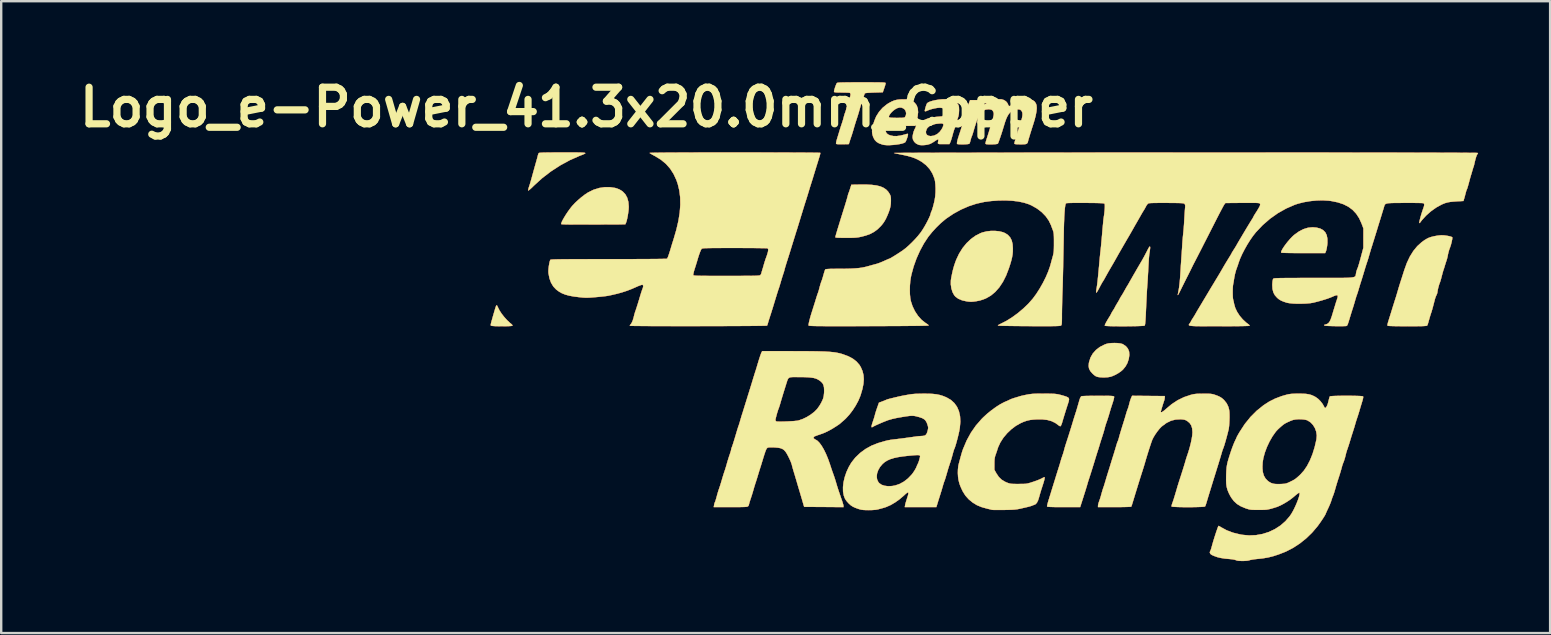
<source format=kicad_pcb>
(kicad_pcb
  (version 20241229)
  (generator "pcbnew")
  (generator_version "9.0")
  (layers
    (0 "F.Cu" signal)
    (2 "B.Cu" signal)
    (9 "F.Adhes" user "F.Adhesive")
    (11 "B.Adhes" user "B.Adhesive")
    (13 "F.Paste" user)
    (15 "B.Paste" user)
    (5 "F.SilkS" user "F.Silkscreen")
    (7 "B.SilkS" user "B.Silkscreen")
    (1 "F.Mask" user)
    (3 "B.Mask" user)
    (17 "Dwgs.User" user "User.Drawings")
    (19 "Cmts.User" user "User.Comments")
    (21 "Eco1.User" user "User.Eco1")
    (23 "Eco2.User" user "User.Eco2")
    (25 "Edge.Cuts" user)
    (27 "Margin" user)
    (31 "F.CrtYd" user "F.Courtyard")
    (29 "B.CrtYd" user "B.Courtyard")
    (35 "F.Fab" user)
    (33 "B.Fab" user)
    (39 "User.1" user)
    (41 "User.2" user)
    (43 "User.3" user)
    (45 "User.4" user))
  (footprint "Logo_e-Power_41.3x20.0mm_Copper"
    (layer "F.Cu")
    (at 37.89 10.308)
    (property "Reference" "Logo_e-Power_41.3x20.0mm_Copper" (at -16.51 -8.89 0) (layer "F.SilkS") (effects (font (size 1.524 1.524) (thickness 0.3))))
    (attr through_hole)
    (fp_poly (pts (xy 13.91 -3.876) (xy 14.063 -3.836) (xy 14.183 -3.772) (xy 14.273 -3.681) (xy 14.332 -3.562) (xy 14.361 -3.414) (xy 14.362 -3.237) (xy 14.355 -3.156) (xy 14.341 -3.06) (xy 14.323 -2.972) (xy 14.306 -2.905) (xy 14.3 -2.892) (xy 14.268 -2.815) (xy 13.358 -2.815) (xy 13.126 -2.816) (xy 12.924 -2.817) (xy 12.754 -2.819) (xy 12.618 -2.822) (xy 12.518 -2.826) (xy 12.457 -2.831) (xy 12.436 -2.836) (xy 12.436 -2.872) (xy 12.462 -2.932) (xy 12.507 -3.012) (xy 12.569 -3.105) (xy 12.643 -3.206) (xy 12.725 -3.308) (xy 12.809 -3.406) (xy 12.893 -3.494) (xy 12.971 -3.567) (xy 12.977 -3.571) (xy 13.171 -3.712) (xy 13.362 -3.811) (xy 13.553 -3.871) (xy 13.746 -3.89) (xy 13.91 -3.876)) (stroke (width 0.01) (type solid)) (fill yes) (layer "F.Cu"))
    (fp_poly (pts (xy -20.231 -0.626) (xy -20.207 -0.581) (xy -20.189 -0.54) (xy -20.129 -0.421) (xy -20.042 -0.288) (xy -19.935 -0.151) (xy -19.815 -0.019) (xy -19.691 0.098) (xy -19.636 0.142) (xy -19.6 0.178) (xy -19.588 0.207) (xy -19.589 0.211) (xy -19.614 0.219) (xy -19.674 0.225) (xy -19.761 0.229) (xy -19.866 0.232) (xy -19.983 0.233) (xy -20.103 0.233) (xy -20.219 0.231) (xy -20.322 0.228) (xy -20.406 0.223) (xy -20.463 0.216) (xy -20.483 0.21) (xy -20.491 0.201) (xy -20.495 0.189) (xy -20.495 0.17) (xy -20.489 0.136) (xy -20.476 0.082) (xy -20.455 0.004) (xy -20.424 -0.106) (xy -20.394 -0.212) (xy -20.351 -0.36) (xy -20.318 -0.472) (xy -20.293 -0.552) (xy -20.274 -0.604) (xy -20.259 -0.633) (xy -20.249 -0.642) (xy -20.231 -0.626)) (stroke (width 0.01) (type solid)) (fill yes) (layer "F.Cu"))
    (fp_poly (pts (xy 5.615 0.936) (xy 5.728 0.95) (xy 5.815 0.971) (xy 5.842 0.982) (xy 5.965 1.065) (xy 6.05 1.167) (xy 6.099 1.289) (xy 6.11 1.432) (xy 6.086 1.596) (xy 6.085 1.599) (xy 6.03 1.765) (xy 5.949 1.911) (xy 5.846 2.036) (xy 5.757 2.115) (xy 5.641 2.194) (xy 5.512 2.264) (xy 5.385 2.319) (xy 5.313 2.341) (xy 5.201 2.359) (xy 5.067 2.366) (xy 4.932 2.363) (xy 4.813 2.349) (xy 4.786 2.343) (xy 4.717 2.318) (xy 4.646 2.27) (xy 4.573 2.203) (xy 4.485 2.102) (xy 4.433 2.002) (xy 4.415 1.893) (xy 4.426 1.765) (xy 4.433 1.729) (xy 4.493 1.539) (xy 4.59 1.369) (xy 4.722 1.221) (xy 4.885 1.096) (xy 5.077 0.999) (xy 5.154 0.97) (xy 5.247 0.948) (xy 5.363 0.936) (xy 5.49 0.932) (xy 5.615 0.936)) (stroke (width 0.01) (type solid)) (fill yes) (layer "F.Cu"))
    (fp_poly (pts (xy -15.516 -5.558) (xy -15.313 -5.528) (xy -15.141 -5.469) (xy -15 -5.381) (xy -14.889 -5.265) (xy -14.81 -5.12) (xy -14.762 -4.947) (xy -14.746 -4.746) (xy -14.746 -4.741) (xy -14.751 -4.642) (xy -14.764 -4.523) (xy -14.783 -4.397) (xy -14.806 -4.274) (xy -14.831 -4.167) (xy -14.856 -4.086) (xy -14.865 -4.067) (xy -14.891 -4.011) (xy -16.218 -4.006) (xy -16.529 -4.005) (xy -16.8 -4.005) (xy -17.03 -4.005) (xy -17.219 -4.007) (xy -17.366 -4.009) (xy -17.472 -4.013) (xy -17.536 -4.017) (xy -17.558 -4.022) (xy -17.556 -4.055) (xy -17.533 -4.116) (xy -17.492 -4.199) (xy -17.436 -4.298) (xy -17.369 -4.407) (xy -17.295 -4.519) (xy -17.217 -4.629) (xy -17.139 -4.731) (xy -17.089 -4.791) (xy -16.983 -4.904) (xy -16.854 -5.025) (xy -16.715 -5.143) (xy -16.578 -5.248) (xy -16.454 -5.331) (xy -16.447 -5.335) (xy -16.216 -5.45) (xy -15.98 -5.525) (xy -15.748 -5.559) (xy -15.516 -5.558)) (stroke (width 0.01) (type solid)) (fill yes) (layer "F.Cu"))
    (fp_poly (pts (xy -17.047 -7.006) (xy -16.884 -7.005) (xy -16.757 -7.003) (xy -16.663 -6.999) (xy -16.599 -6.994) (xy -16.564 -6.986) (xy -16.555 -6.974) (xy -16.569 -6.96) (xy -16.605 -6.941) (xy -16.659 -6.918) (xy -16.73 -6.89) (xy -16.786 -6.869) (xy -17.197 -6.688) (xy -17.6 -6.469) (xy -17.988 -6.217) (xy -18.354 -5.936) (xy -18.691 -5.63) (xy -18.716 -5.606) (xy -18.791 -5.532) (xy -18.856 -5.474) (xy -18.905 -5.434) (xy -18.931 -5.419) (xy -18.934 -5.42) (xy -18.934 -5.448) (xy -18.921 -5.505) (xy -18.899 -5.579) (xy -18.894 -5.593) (xy -18.867 -5.675) (xy -18.835 -5.783) (xy -18.8 -5.904) (xy -18.768 -6.022) (xy -18.731 -6.156) (xy -18.69 -6.306) (xy -18.649 -6.452) (xy -18.621 -6.551) (xy -18.591 -6.656) (xy -18.564 -6.753) (xy -18.543 -6.832) (xy -18.532 -6.879) (xy -18.515 -6.937) (xy -18.496 -6.977) (xy -18.495 -6.98) (xy -18.48 -6.986) (xy -18.446 -6.992) (xy -18.389 -6.996) (xy -18.307 -7) (xy -18.197 -7.002) (xy -18.055 -7.004) (xy -17.878 -7.005) (xy -17.665 -7.006) (xy -17.487 -7.006) (xy -17.247 -7.006) (xy -17.047 -7.006)) (stroke (width 0.01) (type solid)) (fill yes) (layer "F.Cu"))
    (fp_poly (pts (xy 0.686 -3.721) (xy 0.836 -3.686) (xy 0.938 -3.644) (xy 1.057 -3.563) (xy 1.147 -3.463) (xy 1.209 -3.34) (xy 1.245 -3.189) (xy 1.257 -3.006) (xy 1.257 -2.985) (xy 1.254 -2.864) (xy 1.243 -2.75) (xy 1.223 -2.633) (xy 1.192 -2.504) (xy 1.148 -2.354) (xy 1.095 -2.191) (xy 0.978 -1.884) (xy 0.844 -1.617) (xy 0.692 -1.387) (xy 0.522 -1.195) (xy 0.334 -1.04) (xy 0.127 -0.923) (xy -0.099 -0.843) (xy -0.282 -0.806) (xy -0.387 -0.793) (xy -0.468 -0.787) (xy -0.541 -0.789) (xy -0.625 -0.798) (xy -0.667 -0.804) (xy -0.852 -0.845) (xy -1.005 -0.907) (xy -1.123 -0.989) (xy -1.184 -1.057) (xy -1.255 -1.187) (xy -1.303 -1.342) (xy -1.327 -1.51) (xy -1.324 -1.679) (xy -1.315 -1.746) (xy -1.275 -1.951) (xy -1.235 -2.126) (xy -1.191 -2.283) (xy -1.14 -2.433) (xy -1.098 -2.543) (xy -0.98 -2.793) (xy -0.837 -3.022) (xy -0.672 -3.225) (xy -0.488 -3.4) (xy -0.29 -3.542) (xy -0.082 -3.647) (xy 0 -3.676) (xy 0.163 -3.716) (xy 0.338 -3.737) (xy 0.516 -3.738) (xy 0.686 -3.721)) (stroke (width 0.01) (type solid)) (fill yes) (layer "F.Cu"))
    (fp_poly (pts (xy -4.821 -5.667) (xy -4.601 -5.654) (xy -4.414 -5.629) (xy -4.258 -5.589) (xy -4.129 -5.533) (xy -4.023 -5.461) (xy -3.938 -5.372) (xy -3.869 -5.265) (xy -3.845 -5.211) (xy -3.831 -5.155) (xy -3.824 -5.081) (xy -3.823 -4.985) (xy -3.828 -4.869) (xy -3.842 -4.763) (xy -3.868 -4.654) (xy -3.909 -4.532) (xy -3.966 -4.39) (xy -4.037 -4.234) (xy -4.111 -4.107) (xy -4.197 -3.992) (xy -4.252 -3.93) (xy -4.386 -3.8) (xy -4.527 -3.697) (xy -4.682 -3.614) (xy -4.862 -3.548) (xy -5.03 -3.503) (xy -5.111 -3.485) (xy -5.183 -3.471) (xy -5.256 -3.462) (xy -5.338 -3.456) (xy -5.437 -3.452) (xy -5.563 -3.45) (xy -5.696 -3.45) (xy -5.861 -3.451) (xy -5.986 -3.454) (xy -6.072 -3.458) (xy -6.123 -3.465) (xy -6.138 -3.474) (xy -6.133 -3.502) (xy -6.117 -3.564) (xy -6.089 -3.66) (xy -6.05 -3.791) (xy -5.998 -3.96) (xy -5.934 -4.167) (xy -5.927 -4.191) (xy -5.882 -4.336) (xy -5.831 -4.499) (xy -5.78 -4.662) (xy -5.735 -4.805) (xy -5.729 -4.826) (xy -5.694 -4.94) (xy -5.663 -5.045) (xy -5.638 -5.132) (xy -5.622 -5.192) (xy -5.619 -5.207) (xy -5.605 -5.263) (xy -5.592 -5.3) (xy -5.591 -5.302) (xy -5.579 -5.331) (xy -5.558 -5.389) (xy -5.532 -5.466) (xy -5.524 -5.493) (xy -5.47 -5.662) (xy -5.079 -5.668) (xy -4.821 -5.667)) (stroke (width 0.01) (type solid)) (fill yes) (layer "F.Cu"))
    (fp_poly (pts (xy 6.976 -3.068) (xy 6.975 -3.008) (xy 6.963 -2.907) (xy 6.943 -2.783) (xy 6.936 -2.731) (xy 6.929 -2.644) (xy 6.92 -2.531) (xy 6.912 -2.399) (xy 6.904 -2.256) (xy 6.901 -2.201) (xy 6.893 -2.042) (xy 6.884 -1.877) (xy 6.874 -1.718) (xy 6.865 -1.576) (xy 6.857 -1.463) (xy 6.856 -1.45) (xy 6.849 -1.346) (xy 6.841 -1.21) (xy 6.832 -1.053) (xy 6.824 -0.887) (xy 6.816 -0.721) (xy 6.813 -0.667) (xy 6.804 -0.45) (xy 6.796 -0.271) (xy 6.788 -0.128) (xy 6.781 -0.016) (xy 6.774 0.069) (xy 6.768 0.131) (xy 6.761 0.172) (xy 6.753 0.197) (xy 6.747 0.206) (xy 6.722 0.213) (xy 6.66 0.218) (xy 6.567 0.223) (xy 6.448 0.227) (xy 6.31 0.23) (xy 6.159 0.232) (xy 5.998 0.234) (xy 5.835 0.234) (xy 5.675 0.234) (xy 5.524 0.233) (xy 5.386 0.231) (xy 5.269 0.227) (xy 5.176 0.223) (xy 5.115 0.218) (xy 5.091 0.212) (xy 5.091 0.212) (xy 5.091 0.186) (xy 5.11 0.137) (xy 5.15 0.061) (xy 5.211 -0.045) (xy 5.295 -0.182) (xy 5.308 -0.201) (xy 5.338 -0.255) (xy 5.356 -0.294) (xy 5.381 -0.342) (xy 5.419 -0.405) (xy 5.441 -0.438) (xy 5.476 -0.493) (xy 5.499 -0.532) (xy 5.503 -0.543) (xy 5.514 -0.565) (xy 5.541 -0.615) (xy 5.581 -0.684) (xy 5.609 -0.73) (xy 5.655 -0.806) (xy 5.69 -0.869) (xy 5.711 -0.908) (xy 5.715 -0.917) (xy 5.726 -0.94) (xy 5.753 -0.986) (xy 5.775 -1.02) (xy 5.816 -1.086) (xy 5.866 -1.17) (xy 5.914 -1.257) (xy 5.916 -1.259) (xy 5.956 -1.332) (xy 5.99 -1.392) (xy 6.011 -1.427) (xy 6.014 -1.431) (xy 6.032 -1.459) (xy 6.065 -1.514) (xy 6.105 -1.584) (xy 6.113 -1.6) (xy 6.149 -1.663) (xy 6.198 -1.749) (xy 6.256 -1.851) (xy 6.32 -1.962) (xy 6.385 -2.074) (xy 6.447 -2.182) (xy 6.502 -2.276) (xy 6.546 -2.352) (xy 6.575 -2.401) (xy 6.582 -2.413) (xy 6.62 -2.477) (xy 6.671 -2.567) (xy 6.729 -2.672) (xy 6.786 -2.78) (xy 6.838 -2.879) (xy 6.861 -2.926) (xy 6.909 -3.018) (xy 6.943 -3.072) (xy 6.966 -3.089) (xy 6.976 -3.068)) (stroke (width 0.01) (type solid)) (fill yes) (layer "F.Cu"))
    (fp_poly (pts (xy -3.194 -9.217) (xy -3.116 -9.213) (xy -3.06 -9.205) (xy -3.012 -9.19) (xy -2.963 -9.167) (xy -2.949 -9.16) (xy -2.833 -9.078) (xy -2.751 -8.971) (xy -2.704 -8.84) (xy -2.691 -8.684) (xy -2.712 -8.505) (xy -2.759 -8.329) (xy -2.828 -8.117) (xy -3.424 -8.112) (xy -3.599 -8.11) (xy -3.736 -8.108) (xy -3.84 -8.106) (xy -3.916 -8.103) (xy -3.969 -8.098) (xy -4.003 -8.092) (xy -4.024 -8.084) (xy -4.037 -8.074) (xy -4.044 -8.063) (xy -4.057 -8.001) (xy -4.05 -7.923) (xy -4.024 -7.845) (xy -3.997 -7.801) (xy -3.944 -7.758) (xy -3.861 -7.72) (xy -3.836 -7.713) (xy -3.716 -7.689) (xy -3.582 -7.688) (xy -3.429 -7.708) (xy -3.251 -7.752) (xy -3.159 -7.779) (xy -3.123 -7.784) (xy -3.112 -7.761) (xy -3.111 -7.754) (xy -3.119 -7.708) (xy -3.138 -7.64) (xy -3.164 -7.564) (xy -3.192 -7.495) (xy -3.216 -7.447) (xy -3.224 -7.436) (xy -3.275 -7.406) (xy -3.359 -7.378) (xy -3.468 -7.354) (xy -3.595 -7.335) (xy -3.729 -7.32) (xy -3.863 -7.312) (xy -3.988 -7.311) (xy -4.095 -7.319) (xy -4.159 -7.331) (xy -4.307 -7.381) (xy -4.419 -7.447) (xy -4.501 -7.534) (xy -4.56 -7.648) (xy -4.587 -7.731) (xy -4.603 -7.809) (xy -4.609 -7.884) (xy -4.604 -7.966) (xy -4.586 -8.064) (xy -4.555 -8.185) (xy -4.518 -8.309) (xy -4.439 -8.501) (xy -3.909 -8.501) (xy -3.896 -8.467) (xy -3.893 -8.465) (xy -3.862 -8.458) (xy -3.797 -8.452) (xy -3.707 -8.448) (xy -3.6 -8.446) (xy -3.564 -8.446) (xy -3.437 -8.447) (xy -3.347 -8.45) (xy -3.288 -8.456) (xy -3.253 -8.466) (xy -3.24 -8.475) (xy -3.198 -8.556) (xy -3.188 -8.647) (xy -3.209 -8.736) (xy -3.259 -8.809) (xy -3.281 -8.826) (xy -3.368 -8.872) (xy -3.456 -8.882) (xy -3.555 -8.855) (xy -3.569 -8.849) (xy -3.649 -8.805) (xy -3.726 -8.747) (xy -3.796 -8.681) (xy -3.853 -8.614) (xy -3.893 -8.552) (xy -3.909 -8.501) (xy -4.439 -8.501) (xy -4.436 -8.508) (xy -4.318 -8.696) (xy -4.17 -8.865) (xy -3.997 -9.007) (xy -3.916 -9.059) (xy -3.791 -9.127) (xy -3.679 -9.173) (xy -3.566 -9.201) (xy -3.438 -9.215) (xy -3.302 -9.218) (xy -3.194 -9.217)) (stroke (width 0.01) (type solid)) (fill yes) (layer "F.Cu"))
    (fp_poly (pts (xy 19.216 -3.552) (xy 19.316 -3.54) (xy 19.412 -3.523) (xy 19.494 -3.503) (xy 19.55 -3.482) (xy 19.565 -3.473) (xy 19.567 -3.446) (xy 19.56 -3.389) (xy 19.545 -3.313) (xy 19.525 -3.228) (xy 19.503 -3.144) (xy 19.479 -3.072) (xy 19.466 -3.037) (xy 19.437 -2.96) (xy 19.407 -2.856) (xy 19.381 -2.742) (xy 19.369 -2.678) (xy 19.352 -2.602) (xy 19.328 -2.519) (xy 19.321 -2.498) (xy 19.296 -2.422) (xy 19.267 -2.331) (xy 19.25 -2.275) (xy 19.228 -2.201) (xy 19.207 -2.137) (xy 19.196 -2.106) (xy 19.184 -2.069) (xy 19.164 -2.001) (xy 19.141 -1.913) (xy 19.122 -1.841) (xy 19.097 -1.744) (xy 19.072 -1.658) (xy 19.051 -1.593) (xy 19.04 -1.566) (xy 19.021 -1.517) (xy 18.999 -1.441) (xy 18.976 -1.355) (xy 18.957 -1.27) (xy 18.946 -1.204) (xy 18.944 -1.179) (xy 18.935 -1.136) (xy 18.911 -1.078) (xy 18.904 -1.063) (xy 18.872 -0.99) (xy 18.844 -0.907) (xy 18.839 -0.889) (xy 18.796 -0.721) (xy 18.759 -0.579) (xy 18.728 -0.467) (xy 18.706 -0.389) (xy 18.693 -0.349) (xy 18.677 -0.304) (xy 18.653 -0.229) (xy 18.625 -0.137) (xy 18.597 -0.038) (xy 18.57 0.056) (xy 18.563 0.085) (xy 18.543 0.148) (xy 18.523 0.195) (xy 18.516 0.206) (xy 18.5 0.214) (xy 18.464 0.219) (xy 18.404 0.224) (xy 18.317 0.228) (xy 18.2 0.23) (xy 18.049 0.232) (xy 17.862 0.232) (xy 17.698 0.233) (xy 17.518 0.232) (xy 17.35 0.231) (xy 17.201 0.229) (xy 17.073 0.226) (xy 16.974 0.223) (xy 16.906 0.219) (xy 16.875 0.215) (xy 16.874 0.215) (xy 16.865 0.198) (xy 16.866 0.163) (xy 16.879 0.103) (xy 16.906 0.012) (xy 16.92 -0.033) (xy 16.958 -0.154) (xy 17.002 -0.294) (xy 17.045 -0.434) (xy 17.071 -0.519) (xy 17.106 -0.631) (xy 17.141 -0.742) (xy 17.171 -0.838) (xy 17.191 -0.9) (xy 17.216 -0.977) (xy 17.247 -1.079) (xy 17.279 -1.188) (xy 17.294 -1.238) (xy 17.327 -1.352) (xy 17.364 -1.474) (xy 17.399 -1.584) (xy 17.41 -1.619) (xy 17.437 -1.703) (xy 17.473 -1.814) (xy 17.513 -1.94) (xy 17.553 -2.066) (xy 17.562 -2.095) (xy 17.672 -2.401) (xy 17.799 -2.67) (xy 17.944 -2.903) (xy 18.108 -3.102) (xy 18.292 -3.269) (xy 18.415 -3.357) (xy 18.483 -3.398) (xy 18.547 -3.433) (xy 18.572 -3.445) (xy 18.681 -3.484) (xy 18.815 -3.517) (xy 18.956 -3.542) (xy 19.087 -3.555) (xy 19.125 -3.556) (xy 19.216 -3.552)) (stroke (width 0.01) (type solid)) (fill yes) (layer "F.Cu"))
    (fp_poly (pts (xy -4.813 -9.927) (xy -4.62 -9.927) (xy -4.462 -9.926) (xy -4.335 -9.925) (xy -4.237 -9.923) (xy -4.163 -9.921) (xy -4.111 -9.917) (xy -4.077 -9.913) (xy -4.056 -9.907) (xy -4.046 -9.9) (xy -4.043 -9.892) (xy -4.043 -9.89) (xy -4.05 -9.854) (xy -4.068 -9.79) (xy -4.094 -9.71) (xy -4.103 -9.684) (xy -4.162 -9.514) (xy -4.525 -9.504) (xy -4.646 -9.499) (xy -4.752 -9.493) (xy -4.835 -9.486) (xy -4.89 -9.478) (xy -4.907 -9.472) (xy -4.922 -9.443) (xy -4.943 -9.384) (xy -4.968 -9.308) (xy -4.972 -9.292) (xy -4.999 -9.204) (xy -5.026 -9.122) (xy -5.047 -9.062) (xy -5.048 -9.059) (xy -5.068 -9.003) (xy -5.093 -8.922) (xy -5.119 -8.831) (xy -5.123 -8.816) (xy -5.152 -8.713) (xy -5.188 -8.592) (xy -5.224 -8.477) (xy -5.231 -8.456) (xy -5.272 -8.329) (xy -5.307 -8.22) (xy -5.34 -8.112) (xy -5.376 -7.988) (xy -5.397 -7.916) (xy -5.424 -7.828) (xy -5.449 -7.746) (xy -5.469 -7.686) (xy -5.47 -7.684) (xy -5.492 -7.622) (xy -5.519 -7.541) (xy -5.537 -7.482) (xy -5.577 -7.355) (xy -5.835 -7.349) (xy -5.964 -7.349) (xy -6.053 -7.353) (xy -6.1 -7.362) (xy -6.107 -7.367) (xy -6.108 -7.397) (xy -6.098 -7.456) (xy -6.079 -7.531) (xy -6.075 -7.542) (xy -6.048 -7.632) (xy -6.014 -7.744) (xy -5.979 -7.859) (xy -5.965 -7.906) (xy -5.933 -8.009) (xy -5.901 -8.11) (xy -5.873 -8.194) (xy -5.862 -8.226) (xy -5.835 -8.309) (xy -5.806 -8.407) (xy -5.79 -8.47) (xy -5.769 -8.546) (xy -5.75 -8.612) (xy -5.737 -8.647) (xy -5.721 -8.69) (xy -5.698 -8.762) (xy -5.672 -8.849) (xy -5.646 -8.938) (xy -5.626 -9.016) (xy -5.618 -9.049) (xy -5.603 -9.101) (xy -5.588 -9.133) (xy -5.569 -9.174) (xy -5.546 -9.241) (xy -5.524 -9.316) (xy -5.508 -9.385) (xy -5.503 -9.426) (xy -5.516 -9.471) (xy -5.537 -9.491) (xy -5.569 -9.496) (xy -5.635 -9.499) (xy -5.727 -9.502) (xy -5.835 -9.504) (xy -5.876 -9.504) (xy -6.002 -9.505) (xy -6.091 -9.508) (xy -6.149 -9.513) (xy -6.182 -9.522) (xy -6.193 -9.533) (xy -6.191 -9.566) (xy -6.177 -9.625) (xy -6.155 -9.7) (xy -6.128 -9.777) (xy -6.101 -9.845) (xy -6.078 -9.891) (xy -6.073 -9.898) (xy -6.06 -9.905) (xy -6.034 -9.911) (xy -5.99 -9.916) (xy -5.926 -9.919) (xy -5.838 -9.922) (xy -5.722 -9.924) (xy -5.575 -9.926) (xy -5.395 -9.927) (xy -5.177 -9.927) (xy -5.046 -9.927) (xy -4.813 -9.927)) (stroke (width 0.01) (type solid)) (fill yes) (layer "F.Cu"))
    (fp_poly (pts (xy 4.986 3.133) (xy 5.135 3.134) (xy 5.249 3.135) (xy 5.335 3.137) (xy 5.395 3.141) (xy 5.435 3.146) (xy 5.46 3.152) (xy 5.472 3.161) (xy 5.476 3.167) (xy 5.475 3.201) (xy 5.462 3.264) (xy 5.439 3.348) (xy 5.414 3.427) (xy 5.379 3.534) (xy 5.344 3.641) (xy 5.316 3.734) (xy 5.303 3.778) (xy 5.257 3.936) (xy 5.214 4.073) (xy 5.178 4.183) (xy 5.152 4.255) (xy 5.132 4.312) (xy 5.107 4.394) (xy 5.083 4.483) (xy 5.082 4.487) (xy 5.056 4.585) (xy 5.022 4.7) (xy 4.986 4.812) (xy 4.978 4.837) (xy 4.945 4.939) (xy 4.911 5.044) (xy 4.884 5.133) (xy 4.878 5.154) (xy 4.854 5.236) (xy 4.822 5.339) (xy 4.789 5.443) (xy 4.783 5.461) (xy 4.752 5.558) (xy 4.722 5.655) (xy 4.698 5.733) (xy 4.693 5.747) (xy 4.654 5.878) (xy 4.609 6.023) (xy 4.563 6.172) (xy 4.518 6.315) (xy 4.477 6.443) (xy 4.444 6.545) (xy 4.432 6.583) (xy 4.402 6.672) (xy 4.376 6.758) (xy 4.357 6.823) (xy 4.356 6.826) (xy 4.344 6.872) (xy 4.32 6.95) (xy 4.288 7.054) (xy 4.25 7.175) (xy 4.208 7.307) (xy 4.198 7.34) (xy 4.061 7.768) (xy 3.377 7.768) (xy 3.179 7.768) (xy 3.019 7.767) (xy 2.895 7.764) (xy 2.803 7.761) (xy 2.74 7.757) (xy 2.701 7.751) (xy 2.684 7.744) (xy 2.683 7.742) (xy 2.685 7.712) (xy 2.699 7.651) (xy 2.72 7.568) (xy 2.746 7.482) (xy 2.785 7.356) (xy 2.83 7.212) (xy 2.872 7.074) (xy 2.89 7.017) (xy 2.937 6.864) (xy 2.986 6.707) (xy 3.034 6.552) (xy 3.079 6.406) (xy 3.12 6.275) (xy 3.155 6.164) (xy 3.182 6.079) (xy 3.198 6.028) (xy 3.2 6.022) (xy 3.218 5.963) (xy 3.24 5.887) (xy 3.25 5.853) (xy 3.273 5.771) (xy 3.304 5.677) (xy 3.324 5.62) (xy 3.355 5.528) (xy 3.384 5.429) (xy 3.398 5.376) (xy 3.417 5.302) (xy 3.446 5.205) (xy 3.479 5.102) (xy 3.49 5.069) (xy 3.52 4.976) (xy 3.56 4.854) (xy 3.605 4.712) (xy 3.652 4.562) (xy 3.698 4.414) (xy 3.739 4.279) (xy 3.772 4.168) (xy 3.778 4.149) (xy 3.797 4.086) (xy 3.825 3.998) (xy 3.856 3.899) (xy 3.872 3.852) (xy 3.909 3.735) (xy 3.948 3.603) (xy 3.983 3.48) (xy 3.991 3.453) (xy 4.025 3.332) (xy 4.053 3.247) (xy 4.079 3.191) (xy 4.104 3.157) (xy 4.115 3.149) (xy 4.141 3.145) (xy 4.204 3.142) (xy 4.299 3.138) (xy 4.421 3.136) (xy 4.563 3.134) (xy 4.721 3.133) (xy 4.8 3.133) (xy 4.986 3.133)) (stroke (width 0.01) (type solid)) (fill yes) (layer "F.Cu"))
    (fp_poly (pts (xy -1.49 -9.224) (xy -1.332 -9.206) (xy -1.207 -9.169) (xy -1.111 -9.11) (xy -1.039 -9.029) (xy -1.012 -8.982) (xy -0.995 -8.936) (xy -0.987 -8.878) (xy -0.985 -8.794) (xy -0.984 -8.765) (xy -0.991 -8.626) (xy -1.011 -8.516) (xy -1.02 -8.488) (xy -1.043 -8.42) (xy -1.071 -8.33) (xy -1.098 -8.234) (xy -1.101 -8.223) (xy -1.127 -8.135) (xy -1.152 -8.055) (xy -1.173 -7.998) (xy -1.176 -7.99) (xy -1.193 -7.943) (xy -1.217 -7.867) (xy -1.244 -7.774) (xy -1.259 -7.715) (xy -1.287 -7.617) (xy -1.315 -7.526) (xy -1.339 -7.456) (xy -1.351 -7.429) (xy -1.386 -7.355) (xy -1.63 -7.355) (xy -1.736 -7.355) (xy -1.806 -7.357) (xy -1.846 -7.365) (xy -1.864 -7.384) (xy -1.864 -7.418) (xy -1.854 -7.47) (xy -1.848 -7.498) (xy -1.845 -7.539) (xy -1.861 -7.553) (xy -1.898 -7.54) (xy -1.962 -7.5) (xy -1.987 -7.483) (xy -2.065 -7.432) (xy -2.149 -7.384) (xy -2.19 -7.364) (xy -2.281 -7.336) (xy -2.393 -7.317) (xy -2.509 -7.31) (xy -2.613 -7.315) (xy -2.666 -7.326) (xy -2.77 -7.376) (xy -2.852 -7.452) (xy -2.904 -7.546) (xy -2.92 -7.635) (xy -2.914 -7.709) (xy -2.895 -7.799) (xy -2.871 -7.882) (xy -2.365 -7.882) (xy -2.361 -7.801) (xy -2.324 -7.74) (xy -2.258 -7.701) (xy -2.167 -7.687) (xy -2.055 -7.702) (xy -2 -7.719) (xy -1.89 -7.776) (xy -1.787 -7.867) (xy -1.703 -7.983) (xy -1.673 -8.04) (xy -1.643 -8.113) (xy -1.634 -8.165) (xy -1.648 -8.199) (xy -1.69 -8.215) (xy -1.764 -8.217) (xy -1.873 -8.207) (xy -1.958 -8.195) (xy -2.109 -8.16) (xy -2.224 -8.103) (xy -2.306 -8.024) (xy -2.333 -7.979) (xy -2.365 -7.882) (xy -2.871 -7.882) (xy -2.87 -7.888) (xy -2.841 -7.96) (xy -2.827 -7.985) (xy -2.802 -8.032) (xy -2.794 -8.065) (xy -2.777 -8.101) (xy -2.731 -8.15) (xy -2.664 -8.209) (xy -2.585 -8.268) (xy -2.5 -8.323) (xy -2.436 -8.358) (xy -2.3 -8.414) (xy -2.142 -8.456) (xy -1.957 -8.486) (xy -1.794 -8.501) (xy -1.692 -8.509) (xy -1.623 -8.518) (xy -1.578 -8.531) (xy -1.546 -8.55) (xy -1.53 -8.564) (xy -1.488 -8.629) (xy -1.483 -8.695) (xy -1.512 -8.757) (xy -1.569 -8.81) (xy -1.649 -8.85) (xy -1.75 -8.87) (xy -1.797 -8.872) (xy -1.89 -8.863) (xy -2.002 -8.844) (xy -2.118 -8.816) (xy -2.223 -8.784) (xy -2.298 -8.753) (xy -2.36 -8.727) (xy -2.4 -8.722) (xy -2.412 -8.737) (xy -2.404 -8.789) (xy -2.386 -8.862) (xy -2.362 -8.941) (xy -2.338 -9.009) (xy -2.319 -9.049) (xy -2.274 -9.088) (xy -2.194 -9.124) (xy -2.088 -9.157) (xy -1.961 -9.186) (xy -1.824 -9.208) (xy -1.682 -9.221) (xy -1.545 -9.225) (xy -1.49 -9.224)) (stroke (width 0.01) (type solid)) (fill yes) (layer "F.Cu"))
    (fp_poly (pts (xy 1.975 -9.218) (xy 2.086 -9.184) (xy 2.167 -9.125) (xy 2.221 -9.039) (xy 2.243 -8.969) (xy 2.252 -8.857) (xy 2.24 -8.71) (xy 2.205 -8.53) (xy 2.148 -8.317) (xy 2.096 -8.149) (xy 2.061 -8.041) (xy 2.024 -7.924) (xy 1.992 -7.821) (xy 1.988 -7.811) (xy 1.961 -7.719) (xy 1.934 -7.631) (xy 1.913 -7.563) (xy 1.912 -7.561) (xy 1.895 -7.5) (xy 1.885 -7.453) (xy 1.884 -7.443) (xy 1.869 -7.408) (xy 1.845 -7.38) (xy 1.819 -7.364) (xy 1.778 -7.353) (xy 1.713 -7.347) (xy 1.618 -7.345) (xy 1.571 -7.345) (xy 1.466 -7.347) (xy 1.385 -7.352) (xy 1.335 -7.36) (xy 1.322 -7.367) (xy 1.322 -7.39) (xy 1.333 -7.441) (xy 1.355 -7.523) (xy 1.389 -7.638) (xy 1.435 -7.788) (xy 1.495 -7.974) (xy 1.545 -8.128) (xy 1.598 -8.294) (xy 1.634 -8.426) (xy 1.655 -8.53) (xy 1.66 -8.611) (xy 1.651 -8.674) (xy 1.628 -8.725) (xy 1.603 -8.758) (xy 1.569 -8.786) (xy 1.524 -8.8) (xy 1.455 -8.805) (xy 1.433 -8.805) (xy 1.355 -8.802) (xy 1.299 -8.788) (xy 1.243 -8.756) (xy 1.205 -8.728) (xy 1.139 -8.67) (xy 1.082 -8.601) (xy 1.03 -8.514) (xy 0.98 -8.405) (xy 0.93 -8.265) (xy 0.878 -8.096) (xy 0.843 -7.981) (xy 0.805 -7.859) (xy 0.765 -7.736) (xy 0.726 -7.621) (xy 0.69 -7.519) (xy 0.661 -7.439) (xy 0.64 -7.387) (xy 0.632 -7.373) (xy 0.603 -7.362) (xy 0.543 -7.353) (xy 0.462 -7.347) (xy 0.371 -7.344) (xy 0.281 -7.344) (xy 0.202 -7.347) (xy 0.144 -7.354) (xy 0.118 -7.364) (xy 0.118 -7.392) (xy 0.13 -7.448) (xy 0.151 -7.522) (xy 0.156 -7.538) (xy 0.184 -7.625) (xy 0.219 -7.736) (xy 0.256 -7.854) (xy 0.282 -7.938) (xy 0.338 -8.12) (xy 0.382 -8.266) (xy 0.416 -8.382) (xy 0.44 -8.471) (xy 0.455 -8.54) (xy 0.462 -8.591) (xy 0.462 -8.631) (xy 0.457 -8.663) (xy 0.447 -8.693) (xy 0.444 -8.7) (xy 0.412 -8.756) (xy 0.366 -8.788) (xy 0.295 -8.803) (xy 0.231 -8.805) (xy 0.123 -8.793) (xy 0.032 -8.754) (xy -0.021 -8.718) (xy -0.068 -8.675) (xy -0.112 -8.62) (xy -0.154 -8.549) (xy -0.196 -8.458) (xy -0.241 -8.342) (xy -0.29 -8.198) (xy -0.345 -8.021) (xy -0.407 -7.811) (xy -0.43 -7.739) (xy -0.457 -7.673) (xy -0.479 -7.613) (xy -0.501 -7.536) (xy -0.509 -7.504) (xy -0.526 -7.438) (xy -0.545 -7.387) (xy -0.554 -7.372) (xy -0.583 -7.361) (xy -0.643 -7.353) (xy -0.724 -7.347) (xy -0.815 -7.344) (xy -0.905 -7.345) (xy -0.984 -7.348) (xy -1.042 -7.355) (xy -1.068 -7.365) (xy -1.071 -7.401) (xy -1.059 -7.472) (xy -1.034 -7.571) (xy -0.995 -7.694) (xy -0.974 -7.758) (xy -0.946 -7.842) (xy -0.91 -7.954) (xy -0.871 -8.08) (xy -0.833 -8.206) (xy -0.825 -8.234) (xy -0.793 -8.343) (xy -0.764 -8.437) (xy -0.74 -8.51) (xy -0.724 -8.554) (xy -0.72 -8.562) (xy -0.709 -8.591) (xy -0.691 -8.65) (xy -0.669 -8.73) (xy -0.657 -8.774) (xy -0.63 -8.875) (xy -0.601 -8.975) (xy -0.574 -9.057) (xy -0.567 -9.075) (xy -0.524 -9.186) (xy 0.006 -9.186) (xy -0.007 -9.118) (xy -0.02 -9.053) (xy -0.033 -9.001) (xy -0.035 -8.963) (xy -0.01 -8.955) (xy 0.039 -8.977) (xy 0.098 -9.02) (xy 0.25 -9.119) (xy 0.419 -9.187) (xy 0.596 -9.223) (xy 0.769 -9.223) (xy 0.792 -9.219) (xy 0.888 -9.189) (xy 0.972 -9.133) (xy 1.033 -9.06) (xy 1.054 -9.01) (xy 1.082 -8.954) (xy 1.125 -8.937) (xy 1.183 -8.96) (xy 1.236 -9.003) (xy 1.371 -9.103) (xy 1.532 -9.177) (xy 1.706 -9.219) (xy 1.831 -9.228) (xy 1.975 -9.218)) (stroke (width 0.01) (type solid)) (fill yes) (layer "F.Cu"))
    (fp_poly (pts (xy 2.551 3.042) (xy 2.713 3.043) (xy 2.841 3.045) (xy 2.942 3.048) (xy 3.023 3.054) (xy 3.092 3.062) (xy 3.156 3.074) (xy 3.222 3.09) (xy 3.227 3.091) (xy 3.324 3.117) (xy 3.418 3.145) (xy 3.491 3.17) (xy 3.508 3.177) (xy 3.561 3.205) (xy 3.59 3.238) (xy 3.598 3.285) (xy 3.585 3.355) (xy 3.558 3.445) (xy 3.51 3.592) (xy 3.459 3.752) (xy 3.409 3.915) (xy 3.363 4.065) (xy 3.326 4.19) (xy 3.321 4.209) (xy 3.296 4.291) (xy 3.27 4.355) (xy 3.249 4.392) (xy 3.243 4.397) (xy 3.209 4.392) (xy 3.169 4.367) (xy 3.027 4.262) (xy 2.87 4.186) (xy 2.692 4.137) (xy 2.489 4.113) (xy 2.278 4.112) (xy 2.108 4.122) (xy 1.966 4.14) (xy 1.84 4.169) (xy 1.715 4.212) (xy 1.578 4.272) (xy 1.576 4.273) (xy 1.376 4.387) (xy 1.186 4.531) (xy 1.012 4.698) (xy 0.859 4.882) (xy 0.735 5.076) (xy 0.644 5.273) (xy 0.617 5.355) (xy 0.599 5.413) (xy 0.572 5.493) (xy 0.542 5.577) (xy 0.517 5.652) (xy 0.501 5.721) (xy 0.492 5.796) (xy 0.488 5.893) (xy 0.488 5.969) (xy 0.487 6.212) (xy 0.571 6.364) (xy 0.67 6.511) (xy 0.787 6.625) (xy 0.931 6.713) (xy 0.998 6.743) (xy 1.058 6.766) (xy 1.11 6.783) (xy 1.162 6.794) (xy 1.223 6.801) (xy 1.303 6.804) (xy 1.41 6.805) (xy 1.492 6.805) (xy 1.62 6.804) (xy 1.716 6.803) (xy 1.792 6.798) (xy 1.857 6.788) (xy 1.924 6.772) (xy 2.002 6.749) (xy 2.085 6.722) (xy 2.195 6.685) (xy 2.302 6.645) (xy 2.393 6.607) (xy 2.45 6.58) (xy 2.511 6.548) (xy 2.556 6.526) (xy 2.572 6.519) (xy 2.583 6.538) (xy 2.576 6.594) (xy 2.553 6.688) (xy 2.513 6.819) (xy 2.49 6.89) (xy 2.45 7.013) (xy 2.41 7.142) (xy 2.375 7.263) (xy 2.35 7.355) (xy 2.307 7.49) (xy 2.259 7.586) (xy 2.202 7.648) (xy 2.138 7.677) (xy 2.089 7.692) (xy 2.064 7.705) (xy 2.031 7.718) (xy 1.961 7.739) (xy 1.856 7.766) (xy 1.719 7.798) (xy 1.555 7.835) (xy 1.513 7.844) (xy 1.433 7.859) (xy 1.336 7.87) (xy 1.218 7.878) (xy 1.07 7.883) (xy 0.889 7.887) (xy 0.752 7.888) (xy 0.628 7.888) (xy 0.523 7.887) (xy 0.444 7.886) (xy 0.398 7.883) (xy 0.392 7.882) (xy 0.183 7.831) (xy 0.015 7.785) (xy -0.051 7.765) (xy -0.24 7.687) (xy -0.421 7.576) (xy -0.584 7.44) (xy -0.722 7.285) (xy -0.826 7.119) (xy -0.831 7.11) (xy -0.886 6.994) (xy -0.925 6.905) (xy -0.954 6.829) (xy -0.977 6.755) (xy -0.998 6.671) (xy -1.006 6.637) (xy -1.025 6.507) (xy -1.033 6.356) (xy -1.03 6.202) (xy -1.015 6.06) (xy -0.998 5.979) (xy -0.953 5.812) (xy -0.918 5.68) (xy -0.889 5.576) (xy -0.865 5.495) (xy -0.845 5.43) (xy -0.826 5.376) (xy -0.815 5.345) (xy -0.664 4.99) (xy -0.487 4.667) (xy -0.281 4.371) (xy -0.045 4.1) (xy 0.035 4.02) (xy 0.199 3.87) (xy 0.376 3.728) (xy 0.556 3.598) (xy 0.73 3.487) (xy 0.892 3.401) (xy 0.972 3.366) (xy 1.043 3.336) (xy 1.104 3.307) (xy 1.128 3.294) (xy 1.171 3.274) (xy 1.24 3.248) (xy 1.323 3.221) (xy 1.333 3.218) (xy 1.417 3.193) (xy 1.492 3.17) (xy 1.541 3.154) (xy 1.545 3.153) (xy 1.587 3.141) (xy 1.66 3.124) (xy 1.752 3.104) (xy 1.831 3.087) (xy 1.915 3.072) (xy 1.993 3.06) (xy 2.075 3.052) (xy 2.168 3.046) (xy 2.281 3.043) (xy 2.421 3.042) (xy 2.551 3.042)) (stroke (width 0.01) (type solid)) (fill yes) (layer "F.Cu"))
    (fp_poly (pts (xy 9.331 3.044) (xy 9.431 3.047) (xy 9.507 3.052) (xy 9.569 3.061) (xy 9.625 3.075) (xy 9.673 3.091) (xy 9.798 3.137) (xy 9.893 3.182) (xy 9.97 3.232) (xy 10.039 3.292) (xy 10.064 3.318) (xy 10.167 3.449) (xy 10.236 3.595) (xy 10.269 3.722) (xy 10.278 3.798) (xy 10.282 3.904) (xy 10.283 4.03) (xy 10.279 4.164) (xy 10.273 4.295) (xy 10.264 4.411) (xy 10.252 4.502) (xy 10.246 4.53) (xy 10.207 4.688) (xy 10.166 4.843) (xy 10.127 4.987) (xy 10.09 5.113) (xy 10.059 5.216) (xy 10.034 5.288) (xy 10.024 5.313) (xy 10.005 5.361) (xy 9.98 5.433) (xy 9.96 5.503) (xy 9.94 5.57) (xy 9.912 5.667) (xy 9.876 5.785) (xy 9.837 5.912) (xy 9.81 6.001) (xy 9.707 6.332) (xy 9.616 6.624) (xy 9.538 6.878) (xy 9.471 7.095) (xy 9.415 7.277) (xy 9.37 7.425) (xy 9.336 7.539) (xy 9.321 7.588) (xy 9.299 7.66) (xy 9.277 7.716) (xy 9.264 7.742) (xy 9.238 7.749) (xy 9.176 7.756) (xy 9.085 7.761) (xy 8.97 7.765) (xy 8.838 7.768) (xy 8.694 7.77) (xy 8.545 7.77) (xy 8.397 7.77) (xy 8.256 7.768) (xy 8.128 7.765) (xy 8.019 7.76) (xy 7.936 7.755) (xy 7.884 7.748) (xy 7.869 7.742) (xy 7.871 7.709) (xy 7.886 7.651) (xy 7.9 7.61) (xy 7.929 7.53) (xy 7.961 7.434) (xy 7.982 7.366) (xy 8.01 7.274) (xy 8.038 7.18) (xy 8.055 7.123) (xy 8.078 7.047) (xy 8.098 6.977) (xy 8.105 6.953) (xy 8.118 6.906) (xy 8.142 6.83) (xy 8.17 6.74) (xy 8.186 6.689) (xy 8.245 6.507) (xy 8.292 6.36) (xy 8.33 6.241) (xy 8.36 6.146) (xy 8.384 6.068) (xy 8.404 6.002) (xy 8.422 5.942) (xy 8.436 5.895) (xy 8.461 5.807) (xy 8.486 5.727) (xy 8.504 5.67) (xy 8.507 5.662) (xy 8.57 5.476) (xy 8.626 5.286) (xy 8.673 5.1) (xy 8.709 4.927) (xy 8.733 4.775) (xy 8.742 4.652) (xy 8.742 4.647) (xy 8.729 4.49) (xy 8.689 4.363) (xy 8.62 4.262) (xy 8.52 4.181) (xy 8.463 4.148) (xy 8.408 4.128) (xy 8.344 4.117) (xy 8.254 4.11) (xy 8.234 4.11) (xy 8.033 4.121) (xy 7.841 4.171) (xy 7.657 4.262) (xy 7.478 4.394) (xy 7.441 4.426) (xy 7.363 4.508) (xy 7.278 4.615) (xy 7.194 4.734) (xy 7.122 4.85) (xy 7.07 4.953) (xy 7.065 4.964) (xy 7.043 5.024) (xy 7.011 5.116) (xy 6.973 5.231) (xy 6.931 5.36) (xy 6.888 5.495) (xy 6.847 5.627) (xy 6.811 5.747) (xy 6.783 5.842) (xy 6.751 5.953) (xy 6.714 6.076) (xy 6.68 6.185) (xy 6.678 6.191) (xy 6.626 6.354) (xy 6.564 6.549) (xy 6.497 6.764) (xy 6.427 6.992) (xy 6.356 7.221) (xy 6.289 7.443) (xy 6.252 7.563) (xy 6.228 7.643) (xy 6.206 7.707) (xy 6.192 7.744) (xy 6.19 7.749) (xy 6.167 7.754) (xy 6.105 7.758) (xy 6.01 7.762) (xy 5.885 7.765) (xy 5.736 7.767) (xy 5.566 7.768) (xy 5.492 7.768) (xy 4.805 7.768) (xy 4.805 7.716) (xy 4.812 7.661) (xy 4.83 7.594) (xy 4.833 7.583) (xy 4.871 7.477) (xy 4.899 7.394) (xy 4.921 7.321) (xy 4.943 7.24) (xy 4.952 7.207) (xy 4.978 7.116) (xy 5.005 7.026) (xy 5.026 6.964) (xy 5.048 6.902) (xy 5.076 6.813) (xy 5.106 6.712) (xy 5.123 6.657) (xy 5.156 6.543) (xy 5.193 6.421) (xy 5.227 6.312) (xy 5.238 6.276) (xy 5.272 6.171) (xy 5.307 6.058) (xy 5.336 5.96) (xy 5.337 5.958) (xy 5.365 5.867) (xy 5.399 5.755) (xy 5.434 5.645) (xy 5.442 5.62) (xy 5.478 5.505) (xy 5.517 5.375) (xy 5.552 5.257) (xy 5.557 5.241) (xy 5.582 5.155) (xy 5.605 5.084) (xy 5.622 5.039) (xy 5.628 5.029) (xy 5.641 4.998) (xy 5.661 4.938) (xy 5.682 4.863) (xy 5.683 4.858) (xy 5.703 4.784) (xy 5.733 4.681) (xy 5.769 4.561) (xy 5.807 4.437) (xy 5.821 4.392) (xy 5.861 4.266) (xy 5.9 4.139) (xy 5.936 4.022) (xy 5.963 3.929) (xy 5.97 3.905) (xy 5.995 3.819) (xy 6.02 3.743) (xy 6.04 3.69) (xy 6.043 3.683) (xy 6.061 3.637) (xy 6.083 3.564) (xy 6.105 3.479) (xy 6.107 3.471) (xy 6.131 3.379) (xy 6.159 3.29) (xy 6.185 3.223) (xy 6.185 3.222) (xy 6.226 3.132) (xy 6.907 3.138) (xy 7.588 3.143) (xy 7.586 3.207) (xy 7.576 3.275) (xy 7.56 3.334) (xy 7.54 3.392) (xy 7.514 3.47) (xy 7.487 3.557) (xy 7.461 3.644) (xy 7.439 3.721) (xy 7.424 3.776) (xy 7.419 3.799) (xy 7.433 3.818) (xy 7.471 3.808) (xy 7.529 3.772) (xy 7.601 3.714) (xy 7.631 3.686) (xy 7.874 3.482) (xy 8.126 3.316) (xy 8.392 3.187) (xy 8.679 3.091) (xy 8.689 3.089) (xy 8.767 3.07) (xy 8.845 3.057) (xy 8.933 3.049) (xy 9.042 3.045) (xy 9.182 3.044) (xy 9.197 3.044) (xy 9.331 3.044)) (stroke (width 0.01) (type solid)) (fill yes) (layer "F.Cu"))
    (fp_poly (pts (xy -2.241 3.045) (xy -2.07 3.054) (xy -1.923 3.071) (xy -1.793 3.097) (xy -1.669 3.134) (xy -1.544 3.184) (xy -1.493 3.207) (xy -1.32 3.308) (xy -1.179 3.438) (xy -1.068 3.594) (xy -0.99 3.775) (xy -0.944 3.98) (xy -0.931 4.208) (xy -0.952 4.457) (xy -0.982 4.625) (xy -1.01 4.747) (xy -1.041 4.875) (xy -1.074 5.001) (xy -1.106 5.117) (xy -1.136 5.216) (xy -1.16 5.292) (xy -1.178 5.335) (xy -1.181 5.341) (xy -1.195 5.371) (xy -1.214 5.433) (xy -1.237 5.513) (xy -1.248 5.556) (xy -1.279 5.669) (xy -1.315 5.792) (xy -1.35 5.901) (xy -1.355 5.916) (xy -1.387 6.013) (xy -1.42 6.113) (xy -1.445 6.194) (xy -1.447 6.202) (xy -1.489 6.346) (xy -1.521 6.456) (xy -1.545 6.538) (xy -1.564 6.598) (xy -1.579 6.642) (xy -1.592 6.677) (xy -1.597 6.689) (xy -1.619 6.751) (xy -1.645 6.833) (xy -1.661 6.89) (xy -1.683 6.965) (xy -1.712 7.066) (xy -1.746 7.175) (xy -1.766 7.239) (xy -1.801 7.351) (xy -1.838 7.467) (xy -1.87 7.57) (xy -1.884 7.615) (xy -1.931 7.768) (xy -3.244 7.768) (xy -3.231 7.689) (xy -3.219 7.633) (xy -3.196 7.551) (xy -3.167 7.458) (xy -3.155 7.419) (xy -3.116 7.298) (xy -3.096 7.215) (xy -3.095 7.168) (xy -3.115 7.156) (xy -3.157 7.177) (xy -3.222 7.23) (xy -3.281 7.285) (xy -3.459 7.438) (xy -3.648 7.573) (xy -3.839 7.684) (xy -4.025 7.766) (xy -4.128 7.799) (xy -4.221 7.824) (xy -4.321 7.851) (xy -4.36 7.862) (xy -4.462 7.881) (xy -4.602 7.891) (xy -4.752 7.894) (xy -4.877 7.892) (xy -4.971 7.888) (xy -5.047 7.878) (xy -5.116 7.862) (xy -5.178 7.843) (xy -5.309 7.796) (xy -5.409 7.749) (xy -5.491 7.696) (xy -5.565 7.631) (xy -5.59 7.606) (xy -5.665 7.522) (xy -5.717 7.45) (xy -5.754 7.377) (xy -5.785 7.288) (xy -5.787 7.281) (xy -5.817 7.117) (xy -5.819 6.931) (xy -5.795 6.728) (xy -5.746 6.518) (xy -5.738 6.496) (xy -4.415 6.496) (xy -4.399 6.616) (xy -4.351 6.721) (xy -4.308 6.772) (xy -4.211 6.839) (xy -4.085 6.881) (xy -3.937 6.899) (xy -3.772 6.891) (xy -3.641 6.867) (xy -3.458 6.804) (xy -3.278 6.705) (xy -3.109 6.573) (xy -2.959 6.416) (xy -2.923 6.37) (xy -2.863 6.285) (xy -2.81 6.199) (xy -2.771 6.126) (xy -2.761 6.103) (xy -2.736 6.04) (xy -2.715 5.993) (xy -2.708 5.98) (xy -2.687 5.939) (xy -2.663 5.873) (xy -2.639 5.796) (xy -2.619 5.721) (xy -2.608 5.664) (xy -2.608 5.644) (xy -2.615 5.624) (xy -2.632 5.611) (xy -2.666 5.603) (xy -2.722 5.601) (xy -2.803 5.604) (xy -2.916 5.613) (xy -3.066 5.626) (xy -3.069 5.627) (xy -3.315 5.654) (xy -3.524 5.686) (xy -3.699 5.724) (xy -3.847 5.77) (xy -3.971 5.825) (xy -4.077 5.891) (xy -4.169 5.969) (xy -4.176 5.976) (xy -4.279 6.099) (xy -4.354 6.231) (xy -4.4 6.365) (xy -4.415 6.496) (xy -5.738 6.496) (xy -5.674 6.307) (xy -5.58 6.103) (xy -5.473 5.92) (xy -5.307 5.707) (xy -5.107 5.515) (xy -4.88 5.348) (xy -4.632 5.21) (xy -4.367 5.105) (xy -4.318 5.09) (xy -4.249 5.07) (xy -4.158 5.044) (xy -4.066 5.017) (xy -4.064 5.016) (xy -3.961 4.991) (xy -3.841 4.968) (xy -3.729 4.953) (xy -3.725 4.953) (xy -3.638 4.943) (xy -3.522 4.929) (xy -3.39 4.913) (xy -3.257 4.895) (xy -3.217 4.89) (xy -3.091 4.872) (xy -2.967 4.855) (xy -2.858 4.84) (xy -2.774 4.828) (xy -2.752 4.825) (xy -2.66 4.815) (xy -2.569 4.808) (xy -2.516 4.806) (xy -2.433 4.796) (xy -2.374 4.765) (xy -2.331 4.706) (xy -2.298 4.613) (xy -2.293 4.595) (xy -2.276 4.518) (xy -2.27 4.463) (xy -2.277 4.411) (xy -2.296 4.343) (xy -2.296 4.341) (xy -2.333 4.242) (xy -2.377 4.167) (xy -2.435 4.109) (xy -2.516 4.063) (xy -2.625 4.024) (xy -2.747 3.991) (xy -2.817 3.975) (xy -2.88 3.966) (xy -2.946 3.963) (xy -3.023 3.967) (xy -3.12 3.978) (xy -3.245 3.996) (xy -3.323 4.009) (xy -3.561 4.05) (xy -3.758 4.093) (xy -3.915 4.138) (xy -3.937 4.145) (xy -4.017 4.175) (xy -4.114 4.213) (xy -4.22 4.257) (xy -4.325 4.303) (xy -4.422 4.346) (xy -4.499 4.382) (xy -4.55 4.409) (xy -4.558 4.414) (xy -4.599 4.438) (xy -4.624 4.44) (xy -4.632 4.417) (xy -4.623 4.364) (xy -4.598 4.278) (xy -4.562 4.17) (xy -4.532 4.081) (xy -4.506 3.995) (xy -4.489 3.93) (xy -4.488 3.926) (xy -4.473 3.87) (xy -4.448 3.787) (xy -4.416 3.691) (xy -4.395 3.63) (xy -4.32 3.418) (xy -4.186 3.369) (xy -4.112 3.34) (xy -4.049 3.314) (xy -4.014 3.298) (xy -3.989 3.288) (xy -3.947 3.274) (xy -3.882 3.257) (xy -3.791 3.234) (xy -3.668 3.204) (xy -3.508 3.166) (xy -3.503 3.165) (xy -3.42 3.147) (xy -3.342 3.13) (xy -3.302 3.123) (xy -3.246 3.113) (xy -3.164 3.098) (xy -3.072 3.081) (xy -3.048 3.077) (xy -2.935 3.061) (xy -2.791 3.05) (xy -2.611 3.045) (xy -2.445 3.043) (xy -2.241 3.045)) (stroke (width 0.01) (type solid)) (fill yes) (layer "F.Cu"))
    (fp_poly (pts (xy -7.974 1.272) (xy -7.654 1.273) (xy -7.373 1.274) (xy -7.128 1.276) (xy -6.915 1.279) (xy -6.73 1.284) (xy -6.571 1.289) (xy -6.433 1.297) (xy -6.314 1.306) (xy -6.21 1.317) (xy -6.118 1.33) (xy -6.034 1.346) (xy -5.954 1.364) (xy -5.876 1.385) (xy -5.831 1.399) (xy -5.601 1.484) (xy -5.408 1.587) (xy -5.251 1.709) (xy -5.129 1.852) (xy -5.077 1.94) (xy -5.008 2.099) (xy -4.967 2.266) (xy -4.954 2.443) (xy -4.969 2.637) (xy -5.012 2.853) (xy -5.083 3.094) (xy -5.096 3.133) (xy -5.177 3.328) (xy -5.286 3.531) (xy -5.415 3.732) (xy -5.558 3.919) (xy -5.707 4.081) (xy -5.794 4.161) (xy -5.854 4.212) (xy -5.901 4.253) (xy -5.925 4.275) (xy -5.927 4.276) (xy -5.956 4.301) (xy -6.012 4.341) (xy -6.086 4.39) (xy -6.169 4.443) (xy -6.25 4.494) (xy -6.322 4.536) (xy -6.329 4.54) (xy -6.455 4.607) (xy -6.565 4.66) (xy -6.679 4.706) (xy -6.816 4.753) (xy -6.819 4.754) (xy -6.902 4.783) (xy -6.971 4.809) (xy -7.014 4.828) (xy -7.022 4.832) (xy -7.048 4.871) (xy -7.036 4.91) (xy -6.989 4.944) (xy -6.975 4.95) (xy -6.892 4.999) (xy -6.803 5.087) (xy -6.712 5.21) (xy -6.621 5.364) (xy -6.531 5.547) (xy -6.445 5.753) (xy -6.364 5.981) (xy -6.351 6.022) (xy -6.314 6.135) (xy -6.273 6.257) (xy -6.234 6.366) (xy -6.221 6.403) (xy -6.183 6.51) (xy -6.143 6.633) (xy -6.109 6.746) (xy -6.107 6.752) (xy -6.08 6.845) (xy -6.048 6.948) (xy -6.01 7.066) (xy -5.962 7.207) (xy -5.904 7.378) (xy -5.859 7.505) (xy -5.832 7.589) (xy -5.811 7.663) (xy -5.8 7.713) (xy -5.8 7.722) (xy -5.8 7.769) (xy -6.618 7.763) (xy -7.437 7.758) (xy -7.499 7.546) (xy -7.533 7.43) (xy -7.573 7.295) (xy -7.612 7.162) (xy -7.63 7.101) (xy -7.666 6.982) (xy -7.704 6.853) (xy -7.739 6.733) (xy -7.755 6.678) (xy -7.789 6.565) (xy -7.827 6.436) (xy -7.864 6.314) (xy -7.873 6.287) (xy -7.901 6.191) (xy -7.926 6.103) (xy -7.944 6.034) (xy -7.949 6.011) (xy -7.97 5.943) (xy -8.006 5.851) (xy -8.054 5.746) (xy -8.106 5.64) (xy -8.158 5.545) (xy -8.203 5.473) (xy -8.214 5.459) (xy -8.275 5.392) (xy -8.342 5.345) (xy -8.425 5.313) (xy -8.531 5.293) (xy -8.658 5.282) (xy -8.758 5.278) (xy -8.847 5.278) (xy -8.914 5.282) (xy -8.94 5.286) (xy -8.965 5.297) (xy -8.988 5.316) (xy -9.011 5.35) (xy -9.035 5.402) (xy -9.063 5.478) (xy -9.098 5.583) (xy -9.141 5.72) (xy -9.165 5.8) (xy -9.197 5.905) (xy -9.229 6.01) (xy -9.257 6.099) (xy -9.27 6.138) (xy -9.296 6.22) (xy -9.327 6.32) (xy -9.355 6.413) (xy -9.385 6.514) (xy -9.421 6.63) (xy -9.457 6.74) (xy -9.461 6.752) (xy -9.494 6.855) (xy -9.527 6.964) (xy -9.553 7.057) (xy -9.557 7.07) (xy -9.581 7.152) (xy -9.613 7.257) (xy -9.649 7.367) (xy -9.665 7.415) (xy -9.695 7.506) (xy -9.719 7.584) (xy -9.734 7.64) (xy -9.737 7.66) (xy -9.751 7.703) (xy -9.775 7.733) (xy -9.79 7.743) (xy -9.813 7.751) (xy -9.848 7.757) (xy -9.9 7.761) (xy -9.974 7.764) (xy -10.074 7.766) (xy -10.205 7.768) (xy -10.37 7.768) (xy -10.508 7.768) (xy -11.203 7.768) (xy -11.188 7.679) (xy -11.175 7.618) (xy -11.16 7.575) (xy -11.155 7.567) (xy -11.142 7.538) (xy -11.122 7.477) (xy -11.098 7.396) (xy -11.081 7.333) (xy -11.053 7.229) (xy -11.022 7.124) (xy -10.994 7.037) (xy -10.983 7.006) (xy -10.959 6.937) (xy -10.928 6.842) (xy -10.895 6.733) (xy -10.869 6.646) (xy -10.837 6.535) (xy -10.803 6.425) (xy -10.773 6.33) (xy -10.754 6.276) (xy -10.727 6.194) (xy -10.695 6.091) (xy -10.664 5.985) (xy -10.657 5.958) (xy -10.624 5.844) (xy -10.585 5.717) (xy -10.547 5.602) (xy -10.542 5.588) (xy -10.513 5.503) (xy -10.491 5.431) (xy -10.479 5.382) (xy -10.478 5.372) (xy -10.469 5.328) (xy -10.449 5.271) (xy -10.447 5.266) (xy -10.426 5.211) (xy -10.395 5.116) (xy -10.354 4.984) (xy -10.303 4.816) (xy -10.243 4.614) (xy -10.231 4.572) (xy -10.206 4.491) (xy -10.181 4.415) (xy -10.169 4.381) (xy -10.149 4.324) (xy -10.124 4.242) (xy -10.098 4.154) (xy -10.097 4.149) (xy -10.095 4.144) (xy -8.636 4.144) (xy -8.62 4.184) (xy -8.599 4.199) (xy -8.554 4.205) (xy -8.475 4.208) (xy -8.371 4.208) (xy -8.251 4.205) (xy -8.122 4.2) (xy -7.994 4.193) (xy -7.875 4.185) (xy -7.774 4.176) (xy -7.699 4.166) (xy -7.673 4.16) (xy -7.501 4.101) (xy -7.326 4.016) (xy -7.158 3.912) (xy -7.01 3.797) (xy -6.892 3.677) (xy -6.892 3.676) (xy -6.807 3.558) (xy -6.729 3.428) (xy -6.667 3.299) (xy -6.638 3.219) (xy -6.619 3.129) (xy -6.607 3.015) (xy -6.604 2.915) (xy -6.61 2.783) (xy -6.633 2.682) (xy -6.676 2.602) (xy -6.746 2.532) (xy -6.814 2.482) (xy -6.881 2.443) (xy -6.955 2.411) (xy -7.041 2.388) (xy -7.145 2.371) (xy -7.272 2.36) (xy -7.429 2.353) (xy -7.621 2.351) (xy -7.646 2.351) (xy -7.794 2.35) (xy -7.905 2.35) (xy -7.987 2.355) (xy -8.045 2.369) (xy -8.085 2.394) (xy -8.115 2.434) (xy -8.139 2.492) (xy -8.165 2.571) (xy -8.188 2.646) (xy -8.241 2.814) (xy -8.293 2.981) (xy -8.341 3.139) (xy -8.384 3.281) (xy -8.418 3.396) (xy -8.436 3.461) (xy -8.46 3.541) (xy -8.484 3.614) (xy -8.498 3.651) (xy -8.52 3.709) (xy -8.546 3.79) (xy -8.574 3.883) (xy -8.599 3.977) (xy -8.62 4.06) (xy -8.633 4.121) (xy -8.636 4.144) (xy -10.095 4.144) (xy -10.072 4.063) (xy -10.049 3.984) (xy -10.032 3.93) (xy -10.031 3.926) (xy -10.013 3.873) (xy -9.989 3.796) (xy -9.967 3.725) (xy -9.929 3.604) (xy -9.883 3.454) (xy -9.831 3.287) (xy -9.777 3.112) (xy -9.724 2.943) (xy -9.701 2.868) (xy -9.663 2.745) (xy -9.621 2.609) (xy -9.582 2.481) (xy -9.565 2.424) (xy -9.534 2.323) (xy -9.504 2.226) (xy -9.479 2.147) (xy -9.469 2.117) (xy -9.446 2.046) (xy -9.418 1.955) (xy -9.394 1.873) (xy -9.346 1.712) (xy -9.302 1.57) (xy -9.263 1.454) (xy -9.233 1.37) (xy -9.215 1.328) (xy -9.185 1.27) (xy -7.974 1.272)) (stroke (width 0.01) (type solid)) (fill yes) (layer "F.Cu"))
    (fp_poly (pts (xy 13.347 3.045) (xy 13.485 3.054) (xy 13.599 3.073) (xy 13.701 3.102) (xy 13.798 3.145) (xy 13.877 3.188) (xy 13.977 3.262) (xy 14.076 3.361) (xy 14.16 3.47) (xy 14.2 3.54) (xy 14.23 3.597) (xy 14.255 3.633) (xy 14.265 3.641) (xy 14.3 3.621) (xy 14.336 3.569) (xy 14.369 3.493) (xy 14.387 3.435) (xy 14.414 3.328) (xy 14.432 3.255) (xy 14.445 3.208) (xy 14.455 3.179) (xy 14.463 3.162) (xy 14.466 3.156) (xy 14.49 3.15) (xy 14.551 3.144) (xy 14.642 3.139) (xy 14.756 3.136) (xy 14.888 3.133) (xy 15.032 3.132) (xy 15.18 3.131) (xy 15.328 3.132) (xy 15.468 3.134) (xy 15.595 3.137) (xy 15.703 3.14) (xy 15.785 3.145) (xy 15.835 3.151) (xy 15.847 3.156) (xy 15.853 3.181) (xy 15.847 3.234) (xy 15.825 3.319) (xy 15.797 3.415) (xy 15.763 3.526) (xy 15.729 3.639) (xy 15.699 3.739) (xy 15.684 3.792) (xy 15.655 3.886) (xy 15.624 3.984) (xy 15.603 4.046) (xy 15.577 4.124) (xy 15.546 4.222) (xy 15.518 4.321) (xy 15.515 4.329) (xy 15.485 4.435) (xy 15.447 4.556) (xy 15.411 4.668) (xy 15.408 4.678) (xy 15.373 4.785) (xy 15.337 4.903) (xy 15.306 5.006) (xy 15.303 5.016) (xy 15.271 5.121) (xy 15.234 5.236) (xy 15.204 5.323) (xy 15.175 5.408) (xy 15.15 5.488) (xy 15.135 5.546) (xy 15.105 5.669) (xy 15.073 5.781) (xy 15.043 5.871) (xy 15.023 5.919) (xy 15.003 5.971) (xy 14.978 6.047) (xy 14.956 6.128) (xy 14.932 6.215) (xy 14.9 6.325) (xy 14.865 6.438) (xy 14.849 6.488) (xy 14.812 6.601) (xy 14.78 6.701) (xy 14.749 6.803) (xy 14.715 6.918) (xy 14.674 7.059) (xy 14.668 7.08) (xy 14.643 7.164) (xy 14.617 7.241) (xy 14.597 7.292) (xy 14.575 7.347) (xy 14.548 7.424) (xy 14.53 7.482) (xy 14.505 7.556) (xy 14.467 7.653) (xy 14.421 7.758) (xy 14.39 7.824) (xy 14.349 7.911) (xy 14.316 7.984) (xy 14.294 8.034) (xy 14.287 8.053) (xy 14.276 8.08) (xy 14.244 8.135) (xy 14.197 8.209) (xy 14.14 8.297) (xy 14.077 8.39) (xy 14.012 8.481) (xy 13.952 8.564) (xy 13.933 8.588) (xy 13.717 8.84) (xy 13.474 9.074) (xy 13.21 9.285) (xy 12.933 9.466) (xy 12.651 9.612) (xy 12.573 9.645) (xy 12.329 9.74) (xy 12.108 9.812) (xy 11.897 9.865) (xy 11.683 9.902) (xy 11.456 9.927) (xy 11.456 9.927) (xy 11.348 9.938) (xy 11.248 9.952) (xy 11.167 9.967) (xy 11.12 9.98) (xy 11.059 9.996) (xy 10.972 10.006) (xy 10.871 10.012) (xy 10.766 10.011) (xy 10.671 10.006) (xy 10.594 9.995) (xy 10.55 9.979) (xy 10.505 9.962) (xy 10.423 9.947) (xy 10.308 9.933) (xy 10.252 9.929) (xy 10.066 9.91) (xy 9.91 9.885) (xy 9.772 9.851) (xy 9.64 9.803) (xy 9.546 9.761) (xy 9.489 9.719) (xy 9.463 9.666) (xy 9.473 9.613) (xy 9.481 9.601) (xy 9.497 9.568) (xy 9.519 9.506) (xy 9.542 9.427) (xy 9.547 9.406) (xy 9.572 9.315) (xy 9.603 9.207) (xy 9.639 9.089) (xy 9.677 8.968) (xy 9.715 8.851) (xy 9.751 8.744) (xy 9.783 8.655) (xy 9.807 8.589) (xy 9.823 8.555) (xy 9.827 8.551) (xy 9.853 8.562) (xy 9.901 8.589) (xy 9.933 8.609) (xy 10.165 8.735) (xy 10.428 8.835) (xy 10.722 8.907) (xy 10.815 8.924) (xy 11.101 8.95) (xy 11.383 8.938) (xy 11.66 8.889) (xy 11.925 8.805) (xy 12.174 8.687) (xy 12.405 8.538) (xy 12.611 8.359) (xy 12.79 8.152) (xy 12.851 8.065) (xy 12.912 7.962) (xy 12.975 7.843) (xy 13.035 7.715) (xy 13.091 7.585) (xy 13.139 7.461) (xy 13.176 7.35) (xy 13.199 7.259) (xy 13.206 7.196) (xy 13.204 7.186) (xy 13.197 7.171) (xy 13.178 7.172) (xy 13.145 7.19) (xy 13.093 7.228) (xy 13.019 7.288) (xy 12.919 7.373) (xy 12.809 7.458) (xy 12.678 7.545) (xy 12.539 7.628) (xy 12.404 7.699) (xy 12.283 7.752) (xy 12.243 7.766) (xy 12.108 7.808) (xy 12.001 7.839) (xy 11.912 7.86) (xy 11.828 7.874) (xy 11.739 7.881) (xy 11.632 7.884) (xy 11.497 7.884) (xy 11.493 7.884) (xy 11.363 7.884) (xy 11.265 7.882) (xy 11.19 7.877) (xy 11.128 7.869) (xy 11.07 7.855) (xy 11.006 7.835) (xy 10.947 7.815) (xy 10.754 7.734) (xy 10.594 7.636) (xy 10.462 7.513) (xy 10.349 7.361) (xy 10.276 7.229) (xy 10.226 7.119) (xy 10.189 7.016) (xy 10.163 6.909) (xy 10.148 6.791) (xy 10.142 6.653) (xy 10.144 6.486) (xy 10.147 6.392) (xy 10.152 6.271) (xy 10.16 6.167) (xy 10.165 6.123) (xy 11.653 6.123) (xy 11.669 6.301) (xy 11.711 6.452) (xy 11.781 6.576) (xy 11.88 6.678) (xy 11.941 6.722) (xy 12.012 6.762) (xy 12.084 6.788) (xy 12.167 6.804) (xy 12.272 6.809) (xy 12.393 6.808) (xy 12.498 6.804) (xy 12.575 6.798) (xy 12.637 6.786) (xy 12.699 6.765) (xy 12.774 6.732) (xy 12.809 6.715) (xy 12.899 6.671) (xy 12.969 6.633) (xy 13.031 6.592) (xy 13.094 6.542) (xy 13.171 6.474) (xy 13.234 6.415) (xy 13.38 6.254) (xy 13.514 6.056) (xy 13.635 5.823) (xy 13.742 5.56) (xy 13.832 5.269) (xy 13.905 4.954) (xy 13.908 4.936) (xy 13.92 4.78) (xy 13.897 4.625) (xy 13.844 4.479) (xy 13.764 4.348) (xy 13.662 4.239) (xy 13.541 4.161) (xy 13.49 4.14) (xy 13.399 4.12) (xy 13.283 4.109) (xy 13.158 4.108) (xy 13.038 4.116) (xy 12.941 4.134) (xy 12.933 4.136) (xy 12.821 4.177) (xy 12.695 4.234) (xy 12.594 4.286) (xy 12.538 4.324) (xy 12.463 4.384) (xy 12.38 4.456) (xy 12.301 4.53) (xy 12.236 4.598) (xy 12.212 4.626) (xy 12.075 4.819) (xy 11.95 5.036) (xy 11.842 5.265) (xy 11.755 5.498) (xy 11.693 5.724) (xy 11.663 5.913) (xy 11.653 6.123) (xy 10.165 6.123) (xy 10.17 6.073) (xy 10.186 5.98) (xy 10.209 5.882) (xy 10.24 5.771) (xy 10.281 5.64) (xy 10.333 5.479) (xy 10.364 5.387) (xy 10.404 5.276) (xy 10.448 5.162) (xy 10.489 5.063) (xy 10.513 5.012) (xy 10.547 4.942) (xy 10.572 4.887) (xy 10.583 4.859) (xy 10.583 4.857) (xy 10.593 4.835) (xy 10.621 4.784) (xy 10.661 4.713) (xy 10.701 4.646) (xy 10.918 4.312) (xy 11.158 4.014) (xy 11.42 3.752) (xy 11.704 3.524) (xy 11.938 3.373) (xy 12.18 3.251) (xy 12.451 3.148) (xy 12.658 3.088) (xy 12.741 3.069) (xy 12.823 3.056) (xy 12.914 3.048) (xy 13.026 3.044) (xy 13.169 3.042) (xy 13.176 3.042) (xy 13.347 3.045)) (stroke (width 0.01) (type solid)) (fill yes) (layer "F.Cu"))
    (fp_poly (pts (xy -9.947 -7.006) (xy -9.574 -7.006) (xy -9.214 -7.005) (xy -8.871 -7.005) (xy -8.545 -7.004) (xy -8.24 -7.003) (xy -7.957 -7.002) (xy -7.699 -7.001) (xy -7.468 -7) (xy -7.265 -6.998) (xy -7.094 -6.997) (xy -6.957 -6.995) (xy -6.855 -6.994) (xy -6.791 -6.992) (xy -6.766 -6.99) (xy -6.766 -6.99) (xy -6.764 -6.982) (xy -6.765 -6.967) (xy -6.771 -6.939) (xy -6.783 -6.895) (xy -6.802 -6.828) (xy -6.831 -6.735) (xy -6.869 -6.61) (xy -6.911 -6.477) (xy -6.949 -6.353) (xy -6.992 -6.212) (xy -7.033 -6.079) (xy -7.047 -6.032) (xy -7.079 -5.927) (xy -7.112 -5.822) (xy -7.14 -5.734) (xy -7.152 -5.694) (xy -7.182 -5.601) (xy -7.213 -5.501) (xy -7.225 -5.461) (xy -7.254 -5.363) (xy -7.288 -5.253) (xy -7.322 -5.142) (xy -7.353 -5.043) (xy -7.377 -4.968) (xy -7.386 -4.942) (xy -7.398 -4.904) (xy -7.421 -4.832) (xy -7.451 -4.733) (xy -7.488 -4.614) (xy -7.528 -4.482) (xy -7.546 -4.424) (xy -7.592 -4.274) (xy -7.638 -4.122) (xy -7.683 -3.976) (xy -7.722 -3.849) (xy -7.753 -3.75) (xy -7.758 -3.736) (xy -7.791 -3.632) (xy -7.831 -3.501) (xy -7.876 -3.357) (xy -7.92 -3.215) (xy -7.939 -3.154) (xy -7.985 -3.004) (xy -8.037 -2.836) (xy -8.09 -2.667) (xy -8.138 -2.515) (xy -8.151 -2.477) (xy -8.186 -2.365) (xy -8.216 -2.266) (xy -8.239 -2.189) (xy -8.253 -2.14) (xy -8.255 -2.127) (xy -8.262 -2.097) (xy -8.279 -2.039) (xy -8.303 -1.964) (xy -8.309 -1.947) (xy -8.341 -1.849) (xy -8.377 -1.732) (xy -8.41 -1.619) (xy -8.416 -1.598) (xy -8.444 -1.504) (xy -8.47 -1.417) (xy -8.492 -1.351) (xy -8.498 -1.333) (xy -8.516 -1.284) (xy -8.541 -1.205) (xy -8.572 -1.108) (xy -8.603 -1.005) (xy -8.675 -0.77) (xy -8.742 -0.549) (xy -8.804 -0.351) (xy -8.858 -0.183) (xy -8.879 -0.116) (xy -8.908 -0.028) (xy -8.933 0.054) (xy -8.95 0.115) (xy -8.953 0.123) (xy -8.969 0.175) (xy -8.984 0.207) (xy -8.985 0.208) (xy -9.008 0.21) (xy -9.07 0.212) (xy -9.169 0.214) (xy -9.301 0.216) (xy -9.463 0.218) (xy -9.652 0.22) (xy -9.866 0.221) (xy -10.102 0.223) (xy -10.355 0.224) (xy -10.624 0.225) (xy -10.906 0.226) (xy -11.197 0.227) (xy -11.494 0.227) (xy -11.795 0.228) (xy -12.096 0.228) (xy -12.395 0.228) (xy -12.688 0.228) (xy -12.972 0.228) (xy -13.246 0.227) (xy -13.504 0.227) (xy -13.746 0.226) (xy -13.967 0.225) (xy -14.164 0.224) (xy -14.335 0.222) (xy -14.477 0.221) (xy -14.586 0.219) (xy -14.66 0.217) (xy -14.696 0.215) (xy -14.699 0.214) (xy -14.694 0.187) (xy -14.677 0.168) (xy -14.63 0.108) (xy -14.585 0.011) (xy -14.544 -0.119) (xy -14.532 -0.169) (xy -14.511 -0.254) (xy -14.49 -0.328) (xy -14.474 -0.378) (xy -14.473 -0.381) (xy -14.454 -0.434) (xy -14.427 -0.515) (xy -14.395 -0.614) (xy -14.362 -0.719) (xy -14.332 -0.817) (xy -14.32 -0.857) (xy -14.269 -1.028) (xy -14.228 -1.161) (xy -14.196 -1.258) (xy -14.172 -1.324) (xy -14.169 -1.329) (xy -14.143 -1.411) (xy -14.146 -1.468) (xy -14.172 -1.496) (xy -14.203 -1.492) (xy -14.264 -1.473) (xy -14.345 -1.442) (xy -14.439 -1.401) (xy -14.442 -1.399) (xy -14.634 -1.316) (xy -14.821 -1.244) (xy -15.014 -1.181) (xy -15.222 -1.123) (xy -15.458 -1.068) (xy -15.6 -1.038) (xy -15.659 -1.028) (xy -15.751 -1.016) (xy -15.866 -1.004) (xy -15.996 -0.99) (xy -16.113 -0.98) (xy -16.26 -0.968) (xy -16.376 -0.96) (xy -16.472 -0.956) (xy -16.56 -0.957) (xy -16.65 -0.962) (xy -16.754 -0.972) (xy -16.822 -0.979) (xy -17.044 -1.007) (xy -17.231 -1.042) (xy -17.389 -1.085) (xy -17.526 -1.14) (xy -17.648 -1.208) (xy -17.762 -1.292) (xy -17.77 -1.299) (xy -17.888 -1.424) (xy -17.982 -1.581) (xy -18.049 -1.764) (xy -18.074 -1.898) (xy -12.059 -1.898) (xy -12.053 -1.891) (xy -12.042 -1.885) (xy -12.02 -1.88) (xy -11.986 -1.875) (xy -11.936 -1.872) (xy -11.867 -1.869) (xy -11.776 -1.867) (xy -11.661 -1.865) (xy -11.517 -1.864) (xy -11.343 -1.863) (xy -11.135 -1.863) (xy -10.89 -1.863) (xy -10.67 -1.863) (xy -10.392 -1.863) (xy -10.154 -1.863) (xy -9.952 -1.864) (xy -9.783 -1.865) (xy -9.644 -1.866) (xy -9.533 -1.868) (xy -9.445 -1.87) (xy -9.379 -1.874) (xy -9.331 -1.877) (xy -9.298 -1.882) (xy -9.276 -1.887) (xy -9.264 -1.894) (xy -9.262 -1.896) (xy -9.232 -1.942) (xy -9.217 -1.986) (xy -9.202 -2.044) (xy -9.181 -2.114) (xy -9.177 -2.127) (xy -9.156 -2.194) (xy -9.131 -2.28) (xy -9.112 -2.349) (xy -9.085 -2.439) (xy -9.057 -2.528) (xy -9.038 -2.582) (xy -8.985 -2.729) (xy -8.951 -2.841) (xy -8.935 -2.923) (xy -8.936 -2.977) (xy -8.954 -3.008) (xy -8.966 -3.014) (xy -8.992 -3.016) (xy -9.058 -3.018) (xy -9.158 -3.02) (xy -9.289 -3.022) (xy -9.448 -3.024) (xy -9.631 -3.025) (xy -9.834 -3.026) (xy -10.054 -3.027) (xy -10.287 -3.027) (xy -10.338 -3.027) (xy -10.61 -3.027) (xy -10.843 -3.027) (xy -11.04 -3.026) (xy -11.204 -3.025) (xy -11.338 -3.024) (xy -11.445 -3.022) (xy -11.529 -3.02) (xy -11.592 -3.017) (xy -11.638 -3.013) (xy -11.67 -3.008) (xy -11.691 -3.003) (xy -11.704 -2.996) (xy -11.711 -2.99) (xy -11.737 -2.947) (xy -11.77 -2.871) (xy -11.808 -2.77) (xy -11.847 -2.652) (xy -11.884 -2.529) (xy -11.905 -2.456) (xy -11.936 -2.356) (xy -11.97 -2.246) (xy -11.996 -2.168) (xy -12.025 -2.072) (xy -12.046 -1.989) (xy -12.058 -1.927) (xy -12.059 -1.898) (xy -18.074 -1.898) (xy -18.088 -1.969) (xy -18.09 -1.994) (xy -18.092 -2.072) (xy -18.086 -2.167) (xy -18.074 -2.271) (xy -18.057 -2.371) (xy -18.039 -2.456) (xy -18.019 -2.517) (xy -18.009 -2.535) (xy -17.997 -2.539) (xy -17.969 -2.543) (xy -17.923 -2.546) (xy -17.856 -2.549) (xy -17.766 -2.552) (xy -17.653 -2.554) (xy -17.512 -2.556) (xy -17.344 -2.557) (xy -17.145 -2.559) (xy -16.914 -2.56) (xy -16.648 -2.56) (xy -16.346 -2.561) (xy -16.007 -2.561) (xy -15.626 -2.561) (xy -15.581 -2.561) (xy -15.266 -2.562) (xy -14.961 -2.562) (xy -14.672 -2.563) (xy -14.399 -2.564) (xy -14.146 -2.565) (xy -13.915 -2.566) (xy -13.71 -2.568) (xy -13.532 -2.569) (xy -13.385 -2.571) (xy -13.272 -2.573) (xy -13.194 -2.575) (xy -13.155 -2.577) (xy -13.15 -2.578) (xy -13.131 -2.608) (xy -13.102 -2.676) (xy -13.066 -2.78) (xy -13.022 -2.918) (xy -12.983 -3.048) (xy -12.962 -3.119) (xy -12.933 -3.215) (xy -12.899 -3.321) (xy -12.878 -3.387) (xy -12.762 -3.784) (xy -12.676 -4.154) (xy -12.621 -4.5) (xy -12.596 -4.823) (xy -12.601 -5.127) (xy -12.636 -5.414) (xy -12.701 -5.686) (xy -12.76 -5.858) (xy -12.878 -6.113) (xy -13.022 -6.336) (xy -13.196 -6.532) (xy -13.401 -6.702) (xy -13.642 -6.851) (xy -13.674 -6.867) (xy -13.755 -6.911) (xy -13.821 -6.949) (xy -13.864 -6.976) (xy -13.875 -6.986) (xy -13.856 -6.988) (xy -13.795 -6.991) (xy -13.692 -6.994) (xy -13.549 -6.996) (xy -13.365 -6.998) (xy -13.142 -7) (xy -12.879 -7.001) (xy -12.577 -7.003) (xy -12.237 -7.004) (xy -11.859 -7.005) (xy -11.443 -7.006) (xy -10.99 -7.006) (xy -10.501 -7.006) (xy -10.332 -7.006) (xy -9.947 -7.006)) (stroke (width 0.01) (type solid)) (fill yes) (layer "F.Cu"))
    (fp_poly (pts (xy 10.981 -7.004) (xy 11.777 -7.004) (xy 12.543 -7.003) (xy 13.278 -7.003) (xy 13.982 -7.003) (xy 14.653 -7.002) (xy 15.292 -7.002) (xy 15.897 -7.001) (xy 16.469 -7.001) (xy 17.006 -7) (xy 17.508 -6.999) (xy 17.975 -6.999) (xy 18.406 -6.998) (xy 18.8 -6.997) (xy 19.157 -6.996) (xy 19.477 -6.995) (xy 19.758 -6.994) (xy 20.001 -6.993) (xy 20.204 -6.991) (xy 20.367 -6.99) (xy 20.49 -6.989) (xy 20.572 -6.988) (xy 20.612 -6.986) (xy 20.616 -6.986) (xy 20.636 -6.966) (xy 20.621 -6.946) (xy 20.612 -6.938) (xy 20.589 -6.904) (xy 20.562 -6.834) (xy 20.532 -6.735) (xy 20.501 -6.613) (xy 20.476 -6.498) (xy 20.46 -6.438) (xy 20.448 -6.403) (xy 20.432 -6.357) (xy 20.412 -6.291) (xy 20.405 -6.265) (xy 20.38 -6.181) (xy 20.354 -6.092) (xy 20.348 -6.075) (xy 20.33 -6.015) (xy 20.305 -5.928) (xy 20.277 -5.824) (xy 20.254 -5.736) (xy 20.227 -5.639) (xy 20.203 -5.557) (xy 20.184 -5.498) (xy 20.173 -5.472) (xy 20.159 -5.441) (xy 20.14 -5.383) (xy 20.121 -5.313) (xy 20.098 -5.223) (xy 20.074 -5.134) (xy 20.058 -5.08) (xy 20.03 -4.985) (xy 19.767 -4.971) (xy 19.608 -4.96) (xy 19.48 -4.946) (xy 19.373 -4.927) (xy 19.277 -4.901) (xy 19.182 -4.864) (xy 19.123 -4.838) (xy 18.898 -4.715) (xy 18.679 -4.559) (xy 18.475 -4.379) (xy 18.296 -4.183) (xy 18.209 -4.066) (xy 18.192 -4.068) (xy 18.19 -4.071) (xy 18.19 -4.095) (xy 18.201 -4.152) (xy 18.221 -4.232) (xy 18.246 -4.328) (xy 18.276 -4.431) (xy 18.308 -4.533) (xy 18.339 -4.626) (xy 18.358 -4.678) (xy 18.389 -4.774) (xy 18.397 -4.84) (xy 18.382 -4.881) (xy 18.368 -4.892) (xy 18.342 -4.896) (xy 18.277 -4.9) (xy 18.181 -4.902) (xy 18.056 -4.904) (xy 17.909 -4.905) (xy 17.745 -4.906) (xy 17.572 -4.905) (xy 17.367 -4.904) (xy 17.2 -4.903) (xy 17.066 -4.901) (xy 16.963 -4.897) (xy 16.885 -4.89) (xy 16.828 -4.879) (xy 16.788 -4.863) (xy 16.761 -4.84) (xy 16.743 -4.809) (xy 16.729 -4.771) (xy 16.716 -4.722) (xy 16.704 -4.682) (xy 16.682 -4.61) (xy 16.651 -4.51) (xy 16.615 -4.391) (xy 16.577 -4.268) (xy 16.563 -4.223) (xy 16.527 -4.105) (xy 16.492 -3.994) (xy 16.463 -3.899) (xy 16.442 -3.83) (xy 16.436 -3.81) (xy 16.396 -3.679) (xy 16.35 -3.532) (xy 16.304 -3.382) (xy 16.259 -3.24) (xy 16.222 -3.119) (xy 16.202 -3.059) (xy 16.17 -2.954) (xy 16.134 -2.833) (xy 16.1 -2.717) (xy 16.095 -2.699) (xy 16.068 -2.605) (xy 16.041 -2.518) (xy 16.019 -2.451) (xy 16.013 -2.434) (xy 15.993 -2.376) (xy 15.967 -2.294) (xy 15.941 -2.212) (xy 15.88 -2.009) (xy 15.83 -1.843) (xy 15.79 -1.713) (xy 15.761 -1.623) (xy 15.746 -1.577) (xy 15.73 -1.527) (xy 15.707 -1.451) (xy 15.681 -1.362) (xy 15.672 -1.333) (xy 15.645 -1.242) (xy 15.618 -1.156) (xy 15.596 -1.092) (xy 15.591 -1.079) (xy 15.571 -1.023) (xy 15.546 -0.942) (xy 15.519 -0.852) (xy 15.515 -0.836) (xy 15.484 -0.73) (xy 15.448 -0.608) (xy 15.412 -0.496) (xy 15.409 -0.487) (xy 15.375 -0.381) (xy 15.34 -0.268) (xy 15.31 -0.17) (xy 15.307 -0.159) (xy 15.267 -0.027) (xy 15.237 0.069) (xy 15.214 0.136) (xy 15.196 0.179) (xy 15.18 0.205) (xy 15.164 0.217) (xy 15.148 0.223) (xy 15.113 0.226) (xy 15.044 0.228) (xy 14.946 0.23) (xy 14.828 0.23) (xy 14.696 0.229) (xy 14.67 0.228) (xy 14.514 0.225) (xy 14.396 0.221) (xy 14.312 0.216) (xy 14.259 0.209) (xy 14.233 0.201) (xy 14.229 0.196) (xy 14.238 0.173) (xy 14.253 0.169) (xy 14.293 0.161) (xy 14.349 0.139) (xy 14.359 0.135) (xy 14.409 0.1) (xy 14.453 0.042) (xy 14.496 -0.043) (xy 14.539 -0.163) (xy 14.561 -0.233) (xy 14.623 -0.441) (xy 14.675 -0.61) (xy 14.715 -0.742) (xy 14.746 -0.836) (xy 14.766 -0.895) (xy 14.792 -0.98) (xy 14.794 -1.034) (xy 14.77 -1.059) (xy 14.717 -1.056) (xy 14.633 -1.025) (xy 14.585 -1.003) (xy 14.478 -0.958) (xy 14.339 -0.908) (xy 14.176 -0.857) (xy 13.998 -0.806) (xy 13.814 -0.759) (xy 13.769 -0.748) (xy 13.664 -0.73) (xy 13.532 -0.717) (xy 13.381 -0.709) (xy 13.223 -0.706) (xy 13.066 -0.707) (xy 12.919 -0.714) (xy 12.792 -0.726) (xy 12.694 -0.742) (xy 12.668 -0.749) (xy 12.546 -0.789) (xy 12.454 -0.826) (xy 12.381 -0.865) (xy 12.317 -0.91) (xy 12.262 -0.96) (xy 12.171 -1.063) (xy 12.11 -1.18) (xy 12.076 -1.317) (xy 12.067 -1.482) (xy 12.068 -1.522) (xy 12.076 -1.628) (xy 12.089 -1.705) (xy 12.105 -1.743) (xy 12.113 -1.749) (xy 12.127 -1.755) (xy 12.151 -1.76) (xy 12.186 -1.764) (xy 12.237 -1.767) (xy 12.304 -1.77) (xy 12.393 -1.773) (xy 12.504 -1.774) (xy 12.641 -1.776) (xy 12.807 -1.777) (xy 13.004 -1.777) (xy 13.235 -1.778) (xy 13.503 -1.778) (xy 13.793 -1.778) (xy 14.104 -1.778) (xy 14.375 -1.778) (xy 14.61 -1.778) (xy 14.811 -1.778) (xy 14.98 -1.779) (xy 15.12 -1.782) (xy 15.235 -1.786) (xy 15.326 -1.792) (xy 15.397 -1.799) (xy 15.45 -1.81) (xy 15.489 -1.823) (xy 15.515 -1.839) (xy 15.531 -1.858) (xy 15.541 -1.882) (xy 15.546 -1.909) (xy 15.551 -1.94) (xy 15.556 -1.977) (xy 15.557 -1.982) (xy 15.574 -2.057) (xy 15.593 -2.118) (xy 15.603 -2.146) (xy 15.621 -2.184) (xy 15.641 -2.24) (xy 15.666 -2.32) (xy 15.698 -2.429) (xy 15.737 -2.57) (xy 15.774 -2.709) (xy 15.862 -3.037) (xy 15.862 -3.44) (xy 15.863 -3.842) (xy 15.785 -4.049) (xy 15.685 -4.268) (xy 15.562 -4.456) (xy 15.413 -4.615) (xy 15.236 -4.746) (xy 15.03 -4.85) (xy 14.792 -4.929) (xy 14.521 -4.984) (xy 14.404 -4.999) (xy 14.168 -5.013) (xy 13.909 -5.006) (xy 13.643 -4.979) (xy 13.382 -4.935) (xy 13.139 -4.874) (xy 13.007 -4.83) (xy 12.645 -4.673) (xy 12.299 -4.478) (xy 11.971 -4.246) (xy 11.663 -3.978) (xy 11.378 -3.677) (xy 11.374 -3.672) (xy 11.259 -3.526) (xy 11.14 -3.354) (xy 11.022 -3.166) (xy 10.911 -2.969) (xy 10.811 -2.775) (xy 10.728 -2.591) (xy 10.667 -2.428) (xy 10.659 -2.402) (xy 10.634 -2.323) (xy 10.609 -2.25) (xy 10.594 -2.212) (xy 10.552 -2.091) (xy 10.513 -1.947) (xy 10.484 -1.802) (xy 10.477 -1.762) (xy 10.463 -1.671) (xy 10.448 -1.58) (xy 10.436 -1.524) (xy 10.426 -1.452) (xy 10.419 -1.354) (xy 10.416 -1.241) (xy 10.416 -1.124) (xy 10.419 -1.015) (xy 10.426 -0.926) (xy 10.436 -0.868) (xy 10.454 -0.8) (xy 10.471 -0.719) (xy 10.477 -0.688) (xy 10.522 -0.53) (xy 10.6 -0.366) (xy 10.705 -0.204) (xy 10.832 -0.053) (xy 10.973 0.078) (xy 11.044 0.131) (xy 11.093 0.169) (xy 11.12 0.201) (xy 11.122 0.213) (xy 11.099 0.217) (xy 11.036 0.221) (xy 10.935 0.224) (xy 10.799 0.227) (xy 10.631 0.229) (xy 10.432 0.231) (xy 10.206 0.232) (xy 9.954 0.233) (xy 9.862 0.233) (xy 9.592 0.233) (xy 9.362 0.233) (xy 9.168 0.232) (xy 9.008 0.231) (xy 8.879 0.229) (xy 8.778 0.225) (xy 8.701 0.219) (xy 8.647 0.212) (xy 8.613 0.203) (xy 8.595 0.191) (xy 8.59 0.176) (xy 8.596 0.158) (xy 8.61 0.136) (xy 8.629 0.111) (xy 8.633 0.105) (xy 8.663 0.061) (xy 8.678 0.033) (xy 8.678 0.031) (xy 8.689 0.008) (xy 8.717 -0.04) (xy 8.75 -0.092) (xy 8.799 -0.168) (xy 8.846 -0.245) (xy 8.869 -0.286) (xy 8.907 -0.353) (xy 8.954 -0.434) (xy 8.982 -0.481) (xy 9.014 -0.534) (xy 9.063 -0.615) (xy 9.124 -0.717) (xy 9.193 -0.833) (xy 9.265 -0.953) (xy 9.271 -0.963) (xy 9.344 -1.085) (xy 9.415 -1.204) (xy 9.478 -1.31) (xy 9.53 -1.397) (xy 9.566 -1.455) (xy 9.567 -1.458) (xy 9.609 -1.526) (xy 9.664 -1.618) (xy 9.726 -1.721) (xy 9.779 -1.808) (xy 9.839 -1.908) (xy 9.898 -2.007) (xy 9.948 -2.093) (xy 9.98 -2.148) (xy 10.053 -2.275) (xy 10.132 -2.408) (xy 10.224 -2.558) (xy 10.269 -2.631) (xy 10.314 -2.704) (xy 10.349 -2.763) (xy 10.369 -2.8) (xy 10.372 -2.806) (xy 10.382 -2.828) (xy 10.411 -2.876) (xy 10.452 -2.941) (xy 10.464 -2.959) (xy 10.512 -3.035) (xy 10.554 -3.104) (xy 10.583 -3.154) (xy 10.585 -3.158) (xy 10.608 -3.199) (xy 10.648 -3.269) (xy 10.703 -3.362) (xy 10.769 -3.473) (xy 10.841 -3.595) (xy 10.916 -3.721) (xy 10.991 -3.846) (xy 11.061 -3.962) (xy 11.123 -4.064) (xy 11.173 -4.146) (xy 11.207 -4.2) (xy 11.211 -4.205) (xy 11.248 -4.265) (xy 11.274 -4.31) (xy 11.282 -4.329) (xy 11.292 -4.352) (xy 11.32 -4.4) (xy 11.353 -4.452) (xy 11.434 -4.579) (xy 11.493 -4.677) (xy 11.533 -4.749) (xy 11.555 -4.801) (xy 11.562 -4.839) (xy 11.557 -4.866) (xy 11.55 -4.877) (xy 11.54 -4.886) (xy 11.52 -4.894) (xy 11.488 -4.899) (xy 11.438 -4.903) (xy 11.366 -4.906) (xy 11.268 -4.907) (xy 11.14 -4.907) (xy 10.977 -4.907) (xy 10.818 -4.906) (xy 10.112 -4.9) (xy 10.067 -4.84) (xy 10.046 -4.807) (xy 10.009 -4.741) (xy 9.959 -4.647) (xy 9.898 -4.532) (xy 9.829 -4.399) (xy 9.755 -4.255) (xy 9.73 -4.205) (xy 9.588 -3.927) (xy 9.455 -3.665) (xy 9.331 -3.421) (xy 9.217 -3.199) (xy 9.116 -2.999) (xy 9.027 -2.826) (xy 8.952 -2.679) (xy 8.892 -2.563) (xy 8.849 -2.48) (xy 8.824 -2.431) (xy 8.82 -2.424) (xy 8.793 -2.373) (xy 8.756 -2.3) (xy 8.716 -2.218) (xy 8.713 -2.212) (xy 8.676 -2.136) (xy 8.626 -2.035) (xy 8.569 -1.921) (xy 8.511 -1.807) (xy 8.502 -1.789) (xy 8.443 -1.672) (xy 8.383 -1.552) (xy 8.328 -1.441) (xy 8.284 -1.353) (xy 8.28 -1.344) (xy 8.22 -1.223) (xy 8.177 -1.138) (xy 8.148 -1.086) (xy 8.132 -1.065) (xy 8.128 -1.069) (xy 8.132 -1.098) (xy 8.143 -1.158) (xy 8.158 -1.239) (xy 8.169 -1.291) (xy 8.183 -1.38) (xy 8.198 -1.499) (xy 8.213 -1.638) (xy 8.225 -1.783) (xy 8.233 -1.894) (xy 8.243 -2.052) (xy 8.253 -2.224) (xy 8.264 -2.395) (xy 8.275 -2.549) (xy 8.28 -2.625) (xy 8.29 -2.766) (xy 8.3 -2.918) (xy 8.31 -3.065) (xy 8.318 -3.189) (xy 8.319 -3.207) (xy 8.328 -3.331) (xy 8.339 -3.463) (xy 8.351 -3.585) (xy 8.358 -3.651) (xy 8.367 -3.736) (xy 8.377 -3.852) (xy 8.387 -3.987) (xy 8.396 -4.131) (xy 8.403 -4.244) (xy 8.411 -4.376) (xy 8.418 -4.5) (xy 8.426 -4.606) (xy 8.432 -4.686) (xy 8.437 -4.731) (xy 8.437 -4.812) (xy 8.417 -4.858) (xy 8.407 -4.869) (xy 8.392 -4.878) (xy 8.369 -4.886) (xy 8.333 -4.891) (xy 8.279 -4.896) (xy 8.203 -4.899) (xy 8.101 -4.901) (xy 7.968 -4.903) (xy 7.8 -4.904) (xy 7.675 -4.905) (xy 7.494 -4.906) (xy 7.329 -4.905) (xy 7.185 -4.903) (xy 7.066 -4.901) (xy 6.978 -4.897) (xy 6.924 -4.892) (xy 6.912 -4.89) (xy 6.867 -4.856) (xy 6.82 -4.79) (xy 6.803 -4.759) (xy 6.765 -4.687) (xy 6.728 -4.623) (xy 6.71 -4.594) (xy 6.681 -4.549) (xy 6.641 -4.481) (xy 6.596 -4.404) (xy 6.591 -4.394) (xy 6.539 -4.302) (xy 6.484 -4.206) (xy 6.44 -4.129) (xy 6.398 -4.057) (xy 6.344 -3.963) (xy 6.288 -3.864) (xy 6.264 -3.821) (xy 6.213 -3.731) (xy 6.165 -3.647) (xy 6.127 -3.581) (xy 6.113 -3.556) (xy 6.074 -3.49) (xy 6.021 -3.4) (xy 5.959 -3.293) (xy 5.892 -3.178) (xy 5.824 -3.06) (xy 5.76 -2.949) (xy 5.703 -2.85) (xy 5.658 -2.772) (xy 5.63 -2.722) (xy 5.627 -2.716) (xy 5.46 -2.42) (xy 5.314 -2.17) (xy 5.254 -2.067) (xy 5.191 -1.955) (xy 5.135 -1.854) (xy 5.116 -1.82) (xy 5.074 -1.743) (xy 5.036 -1.678) (xy 5.01 -1.636) (xy 5.005 -1.63) (xy 4.985 -1.599) (xy 4.951 -1.539) (xy 4.908 -1.46) (xy 4.867 -1.381) (xy 4.822 -1.295) (xy 4.782 -1.226) (xy 4.752 -1.18) (xy 4.737 -1.164) (xy 4.728 -1.183) (xy 4.729 -1.228) (xy 4.731 -1.244) (xy 4.741 -1.31) (xy 4.755 -1.395) (xy 4.763 -1.45) (xy 4.773 -1.522) (xy 4.786 -1.628) (xy 4.8 -1.764) (xy 4.816 -1.921) (xy 4.832 -2.093) (xy 4.849 -2.273) (xy 4.865 -2.454) (xy 4.868 -2.487) (xy 4.879 -2.607) (xy 4.892 -2.739) (xy 4.905 -2.86) (xy 4.909 -2.889) (xy 4.918 -2.975) (xy 4.93 -3.091) (xy 4.943 -3.227) (xy 4.956 -3.369) (xy 4.965 -3.471) (xy 4.983 -3.676) (xy 4.997 -3.843) (xy 5.01 -3.978) (xy 5.02 -4.086) (xy 5.028 -4.172) (xy 5.036 -4.24) (xy 5.044 -4.297) (xy 5.051 -4.346) (xy 5.055 -4.371) (xy 5.07 -4.479) (xy 5.081 -4.589) (xy 5.088 -4.693) (xy 5.09 -4.781) (xy 5.086 -4.844) (xy 5.08 -4.869) (xy 5.069 -4.877) (xy 5.047 -4.884) (xy 5.008 -4.89) (xy 4.95 -4.894) (xy 4.867 -4.898) (xy 4.757 -4.9) (xy 4.615 -4.903) (xy 4.437 -4.904) (xy 4.286 -4.906) (xy 4.086 -4.906) (xy 3.908 -4.906) (xy 3.755 -4.905) (xy 3.632 -4.902) (xy 3.541 -4.899) (xy 3.487 -4.894) (xy 3.474 -4.891) (xy 3.455 -4.86) (xy 3.438 -4.788) (xy 3.423 -4.674) (xy 3.41 -4.519) (xy 3.398 -4.322) (xy 3.389 -4.083) (xy 3.381 -3.802) (xy 3.377 -3.598) (xy 3.371 -3.253) (xy 3.365 -2.946) (xy 3.36 -2.675) (xy 3.355 -2.434) (xy 3.351 -2.221) (xy 3.347 -2.032) (xy 3.343 -1.864) (xy 3.339 -1.712) (xy 3.335 -1.573) (xy 3.332 -1.443) (xy 3.327 -1.319) (xy 3.323 -1.197) (xy 3.322 -1.175) (xy 3.316 -0.998) (xy 3.311 -0.807) (xy 3.307 -0.614) (xy 3.304 -0.434) (xy 3.302 -0.279) (xy 3.302 -0.24) (xy 3.302 -0.095) (xy 3.3 0.014) (xy 3.296 0.091) (xy 3.291 0.144) (xy 3.283 0.177) (xy 3.271 0.197) (xy 3.269 0.2) (xy 3.258 0.207) (xy 3.24 0.212) (xy 3.211 0.217) (xy 3.168 0.221) (xy 3.108 0.224) (xy 3.027 0.227) (xy 2.923 0.228) (xy 2.792 0.229) (xy 2.632 0.23) (xy 2.439 0.229) (xy 2.21 0.229) (xy 1.941 0.228) (xy 1.93 0.228) (xy 1.626 0.226) (xy 1.362 0.224) (xy 1.138 0.221) (xy 0.954 0.218) (xy 0.812 0.215) (xy 0.711 0.211) (xy 0.651 0.206) (xy 0.633 0.201) (xy 0.656 0.182) (xy 0.707 0.153) (xy 0.762 0.127) (xy 0.991 0.01) (xy 1.228 -0.138) (xy 1.465 -0.311) (xy 1.692 -0.502) (xy 1.901 -0.703) (xy 2.082 -0.907) (xy 2.086 -0.912) (xy 2.233 -1.111) (xy 2.376 -1.334) (xy 2.51 -1.57) (xy 2.631 -1.811) (xy 2.732 -2.047) (xy 2.809 -2.268) (xy 2.835 -2.36) (xy 2.85 -2.418) (xy 2.873 -2.503) (xy 2.9 -2.599) (xy 2.913 -2.646) (xy 2.933 -2.72) (xy 2.948 -2.785) (xy 2.958 -2.849) (xy 2.965 -2.921) (xy 2.968 -3.01) (xy 2.97 -3.125) (xy 2.97 -3.249) (xy 2.97 -3.394) (xy 2.968 -3.504) (xy 2.964 -3.586) (xy 2.957 -3.649) (xy 2.948 -3.699) (xy 2.934 -3.744) (xy 2.925 -3.768) (xy 2.894 -3.85) (xy 2.863 -3.932) (xy 2.85 -3.97) (xy 2.755 -4.168) (xy 2.624 -4.353) (xy 2.459 -4.522) (xy 2.264 -4.671) (xy 2.044 -4.796) (xy 1.928 -4.848) (xy 1.724 -4.914) (xy 1.488 -4.964) (xy 1.225 -4.996) (xy 0.942 -5.01) (xy 0.645 -5.005) (xy 0.341 -4.982) (xy 0.064 -4.945) (xy -0.257 -4.874) (xy -0.582 -4.767) (xy -0.903 -4.627) (xy -1.211 -4.459) (xy -1.497 -4.267) (xy -1.567 -4.214) (xy -1.749 -4.059) (xy -1.933 -3.88) (xy -2.107 -3.69) (xy -2.258 -3.503) (xy -2.27 -3.488) (xy -2.45 -3.215) (xy -2.614 -2.911) (xy -2.759 -2.587) (xy -2.878 -2.254) (xy -2.969 -1.92) (xy -2.998 -1.778) (xy -3.019 -1.625) (xy -3.032 -1.453) (xy -3.036 -1.276) (xy -3.032 -1.104) (xy -3.018 -0.95) (xy -2.997 -0.826) (xy -2.924 -0.602) (xy -2.823 -0.392) (xy -2.697 -0.202) (xy -2.551 -0.038) (xy -2.389 0.092) (xy -2.345 0.12) (xy -2.291 0.157) (xy -2.257 0.187) (xy -2.251 0.201) (xy -2.273 0.205) (xy -2.338 0.208) (xy -2.444 0.211) (xy -2.591 0.214) (xy -2.78 0.217) (xy -3.009 0.219) (xy -3.279 0.222) (xy -3.588 0.224) (xy -3.938 0.225) (xy -4.327 0.227) (xy -4.749 0.228) (xy -5.129 0.228) (xy -5.469 0.229) (xy -5.771 0.229) (xy -6.037 0.23) (xy -6.269 0.229) (xy -6.471 0.229) (xy -6.643 0.228) (xy -6.789 0.227) (xy -6.909 0.226) (xy -7.008 0.224) (xy -7.086 0.222) (xy -7.146 0.219) (xy -7.19 0.216) (xy -7.221 0.212) (xy -7.24 0.208) (xy -7.25 0.204) (xy -7.253 0.2) (xy -7.253 0.164) (xy -7.241 0.095) (xy -7.218 -0.002) (xy -7.187 -0.121) (xy -7.149 -0.253) (xy -7.105 -0.394) (xy -7.092 -0.434) (xy -7.06 -0.535) (xy -7.021 -0.659) (xy -6.98 -0.788) (xy -6.953 -0.878) (xy -6.922 -0.978) (xy -6.894 -1.066) (xy -6.871 -1.131) (xy -6.858 -1.165) (xy -6.858 -1.166) (xy -6.846 -1.2) (xy -6.826 -1.265) (xy -6.804 -1.348) (xy -6.794 -1.388) (xy -6.769 -1.479) (xy -6.745 -1.559) (xy -6.725 -1.616) (xy -6.719 -1.63) (xy -6.703 -1.673) (xy -6.679 -1.745) (xy -6.652 -1.835) (xy -6.635 -1.895) (xy -6.609 -1.986) (xy -6.585 -2.063) (xy -6.566 -2.116) (xy -6.557 -2.133) (xy -6.539 -2.141) (xy -6.499 -2.147) (xy -6.433 -2.152) (xy -6.336 -2.156) (xy -6.207 -2.158) (xy -6.04 -2.159) (xy -5.953 -2.159) (xy -5.704 -2.161) (xy -5.49 -2.166) (xy -5.307 -2.176) (xy -5.149 -2.191) (xy -5.009 -2.211) (xy -4.882 -2.238) (xy -4.784 -2.264) (xy -4.683 -2.292) (xy -4.573 -2.323) (xy -4.508 -2.34) (xy -4.416 -2.365) (xy -4.33 -2.393) (xy -4.24 -2.428) (xy -4.132 -2.474) (xy -4.048 -2.512) (xy -3.974 -2.545) (xy -3.915 -2.57) (xy -3.882 -2.582) (xy -3.878 -2.583) (xy -3.853 -2.594) (xy -3.8 -2.625) (xy -3.726 -2.669) (xy -3.637 -2.724) (xy -3.541 -2.785) (xy -3.446 -2.847) (xy -3.357 -2.906) (xy -3.32 -2.932) (xy -3.207 -3.018) (xy -3.08 -3.13) (xy -2.945 -3.259) (xy -2.813 -3.396) (xy -2.692 -3.533) (xy -2.59 -3.66) (xy -2.558 -3.704) (xy -2.489 -3.809) (xy -2.417 -3.928) (xy -2.347 -4.053) (xy -2.283 -4.176) (xy -2.229 -4.288) (xy -2.189 -4.38) (xy -2.169 -4.445) (xy -2.155 -4.501) (xy -2.14 -4.538) (xy -2.138 -4.54) (xy -2.121 -4.576) (xy -2.098 -4.645) (xy -2.071 -4.736) (xy -2.043 -4.842) (xy -2.016 -4.951) (xy -1.998 -5.038) (xy -1.975 -5.185) (xy -1.963 -5.349) (xy -1.961 -5.517) (xy -1.969 -5.678) (xy -1.986 -5.82) (xy -2.007 -5.912) (xy -2.092 -6.127) (xy -2.21 -6.316) (xy -2.361 -6.48) (xy -2.546 -6.622) (xy -2.71 -6.714) (xy -2.827 -6.767) (xy -2.956 -6.813) (xy -3.106 -6.856) (xy -3.284 -6.897) (xy -3.408 -6.922) (xy -3.507 -6.942) (xy -3.597 -6.961) (xy -3.665 -6.977) (xy -3.694 -6.984) (xy -3.676 -6.985) (xy -3.618 -6.986) (xy -3.52 -6.987) (xy -3.382 -6.988) (xy -3.207 -6.989) (xy -2.995 -6.99) (xy -2.748 -6.991) (xy -2.466 -6.992) (xy -2.151 -6.993) (xy -1.803 -6.994) (xy -1.425 -6.995) (xy -1.016 -6.996) (xy -0.579 -6.996) (xy -0.114 -6.997) (xy 0.377 -6.998) (xy 0.894 -6.999) (xy 1.436 -6.999) (xy 2 -7) (xy 2.586 -7.001) (xy 3.194 -7.001) (xy 3.821 -7.002) (xy 4.467 -7.002) (xy 5.13 -7.003) (xy 5.81 -7.003) (xy 6.505 -7.003) (xy 7.214 -7.003) (xy 7.937 -7.004) (xy 8.414 -7.004) (xy 9.298 -7.004) (xy 10.154 -7.004) (xy 10.981 -7.004)) (stroke (width 0.01) (type solid)) (fill yes) (layer "F.Cu"))
    (fp_poly (pts (xy 13.91 -3.874) (xy 14.063 -3.835) (xy 14.183 -3.77) (xy 14.273 -3.679) (xy 14.332 -3.56) (xy 14.361 -3.413) (xy 14.362 -3.235) (xy 14.355 -3.154) (xy 14.341 -3.059) (xy 14.323 -2.97) (xy 14.306 -2.904) (xy 14.3 -2.89) (xy 14.268 -2.814) (xy 13.358 -2.814) (xy 13.126 -2.814) (xy 12.924 -2.816) (xy 12.754 -2.818) (xy 12.618 -2.821) (xy 12.518 -2.825) (xy 12.457 -2.829) (xy 12.436 -2.834) (xy 12.436 -2.87) (xy 12.462 -2.931) (xy 12.507 -3.011) (xy 12.569 -3.104) (xy 12.643 -3.205) (xy 12.725 -3.307) (xy 12.809 -3.405) (xy 12.893 -3.493) (xy 12.971 -3.565) (xy 12.977 -3.57) (xy 13.171 -3.71) (xy 13.362 -3.81) (xy 13.553 -3.869) (xy 13.746 -3.888) (xy 13.91 -3.874)) (stroke (width 0.01) (type solid)) (fill yes) (layer "F.SilkS"))
    (fp_poly (pts (xy -20.231 -0.626) (xy -20.207 -0.581) (xy -20.189 -0.54) (xy -20.129 -0.421) (xy -20.042 -0.288) (xy -19.935 -0.151) (xy -19.815 -0.019) (xy -19.691 0.098) (xy -19.636 0.142) (xy -19.6 0.178) (xy -19.588 0.207) (xy -19.589 0.211) (xy -19.614 0.219) (xy -19.674 0.225) (xy -19.761 0.229) (xy -19.866 0.232) (xy -19.983 0.233) (xy -20.103 0.233) (xy -20.219 0.231) (xy -20.322 0.228) (xy -20.406 0.223) (xy -20.463 0.216) (xy -20.483 0.21) (xy -20.491 0.201) (xy -20.495 0.189) (xy -20.495 0.17) (xy -20.489 0.136) (xy -20.476 0.082) (xy -20.455 0.004) (xy -20.424 -0.106) (xy -20.394 -0.212) (xy -20.351 -0.36) (xy -20.318 -0.472) (xy -20.293 -0.552) (xy -20.274 -0.604) (xy -20.259 -0.633) (xy -20.249 -0.642) (xy -20.231 -0.626)) (stroke (width 0.01) (type solid)) (fill yes) (layer "F.SilkS"))
    (fp_poly (pts (xy 5.615 0.936) (xy 5.728 0.95) (xy 5.815 0.971) (xy 5.842 0.982) (xy 5.965 1.065) (xy 6.05 1.167) (xy 6.099 1.289) (xy 6.11 1.432) (xy 6.086 1.596) (xy 6.085 1.599) (xy 6.03 1.765) (xy 5.949 1.911) (xy 5.846 2.036) (xy 5.757 2.115) (xy 5.641 2.194) (xy 5.512 2.264) (xy 5.385 2.319) (xy 5.313 2.341) (xy 5.201 2.359) (xy 5.067 2.366) (xy 4.932 2.363) (xy 4.813 2.349) (xy 4.786 2.343) (xy 4.717 2.318) (xy 4.646 2.27) (xy 4.573 2.203) (xy 4.485 2.102) (xy 4.433 2.002) (xy 4.415 1.893) (xy 4.426 1.765) (xy 4.433 1.729) (xy 4.493 1.539) (xy 4.59 1.369) (xy 4.722 1.221) (xy 4.885 1.096) (xy 5.077 0.999) (xy 5.154 0.97) (xy 5.247 0.948) (xy 5.363 0.936) (xy 5.49 0.932) (xy 5.615 0.936)) (stroke (width 0.01) (type solid)) (fill yes) (layer "F.SilkS"))
    (fp_poly (pts (xy -15.516 -5.558) (xy -15.313 -5.528) (xy -15.141 -5.469) (xy -15 -5.381) (xy -14.889 -5.265) (xy -14.81 -5.12) (xy -14.762 -4.947) (xy -14.746 -4.746) (xy -14.746 -4.741) (xy -14.751 -4.642) (xy -14.764 -4.523) (xy -14.783 -4.397) (xy -14.806 -4.274) (xy -14.831 -4.167) (xy -14.856 -4.086) (xy -14.865 -4.067) (xy -14.891 -4.011) (xy -16.218 -4.006) (xy -16.529 -4.005) (xy -16.8 -4.005) (xy -17.03 -4.005) (xy -17.219 -4.007) (xy -17.366 -4.009) (xy -17.472 -4.013) (xy -17.536 -4.017) (xy -17.558 -4.022) (xy -17.556 -4.055) (xy -17.533 -4.116) (xy -17.492 -4.199) (xy -17.436 -4.298) (xy -17.369 -4.407) (xy -17.295 -4.519) (xy -17.217 -4.629) (xy -17.139 -4.731) (xy -17.089 -4.791) (xy -16.983 -4.904) (xy -16.854 -5.025) (xy -16.715 -5.143) (xy -16.578 -5.248) (xy -16.454 -5.331) (xy -16.447 -5.335) (xy -16.216 -5.45) (xy -15.98 -5.525) (xy -15.748 -5.559) (xy -15.516 -5.558)) (stroke (width 0.01) (type solid)) (fill yes) (layer "F.SilkS"))
    (fp_poly (pts (xy -17.047 -7.006) (xy -16.884 -7.005) (xy -16.757 -7.003) (xy -16.663 -6.999) (xy -16.599 -6.994) (xy -16.564 -6.986) (xy -16.555 -6.974) (xy -16.569 -6.96) (xy -16.605 -6.941) (xy -16.659 -6.918) (xy -16.73 -6.89) (xy -16.786 -6.869) (xy -17.197 -6.688) (xy -17.6 -6.469) (xy -17.988 -6.217) (xy -18.354 -5.936) (xy -18.691 -5.63) (xy -18.716 -5.606) (xy -18.791 -5.532) (xy -18.856 -5.474) (xy -18.905 -5.434) (xy -18.931 -5.419) (xy -18.934 -5.42) (xy -18.934 -5.448) (xy -18.921 -5.505) (xy -18.899 -5.579) (xy -18.894 -5.593) (xy -18.867 -5.675) (xy -18.835 -5.783) (xy -18.8 -5.904) (xy -18.768 -6.022) (xy -18.731 -6.156) (xy -18.69 -6.306) (xy -18.649 -6.452) (xy -18.621 -6.551) (xy -18.591 -6.656) (xy -18.564 -6.753) (xy -18.543 -6.832) (xy -18.532 -6.879) (xy -18.515 -6.937) (xy -18.496 -6.977) (xy -18.495 -6.98) (xy -18.48 -6.986) (xy -18.446 -6.992) (xy -18.389 -6.996) (xy -18.307 -7) (xy -18.197 -7.002) (xy -18.055 -7.004) (xy -17.878 -7.005) (xy -17.665 -7.006) (xy -17.487 -7.006) (xy -17.247 -7.006) (xy -17.047 -7.006)) (stroke (width 0.01) (type solid)) (fill yes) (layer "F.SilkS"))
    (fp_poly (pts (xy 0.686 -3.721) (xy 0.836 -3.686) (xy 0.938 -3.644) (xy 1.057 -3.563) (xy 1.147 -3.463) (xy 1.209 -3.34) (xy 1.245 -3.189) (xy 1.257 -3.006) (xy 1.257 -2.985) (xy 1.254 -2.864) (xy 1.243 -2.75) (xy 1.223 -2.633) (xy 1.192 -2.504) (xy 1.148 -2.354) (xy 1.095 -2.191) (xy 0.978 -1.884) (xy 0.844 -1.617) (xy 0.692 -1.387) (xy 0.522 -1.195) (xy 0.334 -1.04) (xy 0.127 -0.923) (xy -0.099 -0.843) (xy -0.282 -0.806) (xy -0.387 -0.793) (xy -0.468 -0.787) (xy -0.541 -0.789) (xy -0.625 -0.798) (xy -0.667 -0.804) (xy -0.852 -0.845) (xy -1.005 -0.907) (xy -1.123 -0.989) (xy -1.184 -1.057) (xy -1.255 -1.187) (xy -1.303 -1.342) (xy -1.327 -1.51) (xy -1.324 -1.679) (xy -1.315 -1.746) (xy -1.275 -1.951) (xy -1.235 -2.126) (xy -1.191 -2.283) (xy -1.14 -2.433) (xy -1.098 -2.543) (xy -0.98 -2.793) (xy -0.837 -3.022) (xy -0.672 -3.225) (xy -0.488 -3.4) (xy -0.29 -3.542) (xy -0.082 -3.647) (xy 0 -3.676) (xy 0.163 -3.716) (xy 0.338 -3.737) (xy 0.516 -3.738) (xy 0.686 -3.721)) (stroke (width 0.01) (type solid)) (fill yes) (layer "F.SilkS"))
    (fp_poly (pts (xy -4.821 -5.667) (xy -4.601 -5.654) (xy -4.414 -5.629) (xy -4.258 -5.589) (xy -4.129 -5.533) (xy -4.023 -5.461) (xy -3.938 -5.372) (xy -3.869 -5.265) (xy -3.845 -5.211) (xy -3.831 -5.155) (xy -3.824 -5.081) (xy -3.823 -4.985) (xy -3.828 -4.869) (xy -3.842 -4.763) (xy -3.868 -4.654) (xy -3.909 -4.532) (xy -3.966 -4.39) (xy -4.037 -4.234) (xy -4.111 -4.107) (xy -4.197 -3.992) (xy -4.252 -3.93) (xy -4.386 -3.8) (xy -4.527 -3.697) (xy -4.682 -3.614) (xy -4.862 -3.548) (xy -5.03 -3.503) (xy -5.111 -3.485) (xy -5.183 -3.471) (xy -5.256 -3.462) (xy -5.338 -3.456) (xy -5.437 -3.452) (xy -5.563 -3.45) (xy -5.696 -3.45) (xy -5.861 -3.451) (xy -5.986 -3.454) (xy -6.072 -3.458) (xy -6.123 -3.465) (xy -6.138 -3.474) (xy -6.133 -3.502) (xy -6.117 -3.564) (xy -6.089 -3.66) (xy -6.05 -3.791) (xy -5.998 -3.96) (xy -5.934 -4.167) (xy -5.927 -4.191) (xy -5.882 -4.336) (xy -5.831 -4.499) (xy -5.78 -4.662) (xy -5.735 -4.805) (xy -5.729 -4.826) (xy -5.694 -4.94) (xy -5.663 -5.045) (xy -5.638 -5.132) (xy -5.622 -5.192) (xy -5.619 -5.207) (xy -5.605 -5.263) (xy -5.592 -5.3) (xy -5.591 -5.302) (xy -5.579 -5.331) (xy -5.558 -5.389) (xy -5.532 -5.466) (xy -5.524 -5.493) (xy -5.47 -5.662) (xy -5.079 -5.668) (xy -4.821 -5.667)) (stroke (width 0.01) (type solid)) (fill yes) (layer "F.SilkS"))
    (fp_poly (pts (xy 6.976 -3.068) (xy 6.975 -3.008) (xy 6.963 -2.907) (xy 6.943 -2.783) (xy 6.936 -2.731) (xy 6.929 -2.644) (xy 6.92 -2.531) (xy 6.912 -2.399) (xy 6.904 -2.256) (xy 6.901 -2.201) (xy 6.893 -2.042) (xy 6.884 -1.877) (xy 6.874 -1.718) (xy 6.865 -1.576) (xy 6.857 -1.463) (xy 6.856 -1.45) (xy 6.849 -1.346) (xy 6.841 -1.21) (xy 6.832 -1.053) (xy 6.824 -0.887) (xy 6.816 -0.721) (xy 6.813 -0.667) (xy 6.804 -0.45) (xy 6.796 -0.271) (xy 6.788 -0.128) (xy 6.781 -0.016) (xy 6.774 0.069) (xy 6.768 0.131) (xy 6.761 0.172) (xy 6.753 0.197) (xy 6.747 0.206) (xy 6.722 0.213) (xy 6.66 0.218) (xy 6.567 0.223) (xy 6.448 0.227) (xy 6.31 0.23) (xy 6.159 0.232) (xy 5.998 0.234) (xy 5.835 0.234) (xy 5.675 0.234) (xy 5.524 0.233) (xy 5.386 0.231) (xy 5.269 0.227) (xy 5.176 0.223) (xy 5.115 0.218) (xy 5.091 0.212) (xy 5.091 0.212) (xy 5.091 0.186) (xy 5.11 0.137) (xy 5.15 0.061) (xy 5.211 -0.045) (xy 5.295 -0.182) (xy 5.308 -0.201) (xy 5.338 -0.255) (xy 5.356 -0.294) (xy 5.381 -0.342) (xy 5.419 -0.405) (xy 5.441 -0.438) (xy 5.476 -0.493) (xy 5.499 -0.532) (xy 5.503 -0.543) (xy 5.514 -0.565) (xy 5.541 -0.615) (xy 5.581 -0.684) (xy 5.609 -0.73) (xy 5.655 -0.806) (xy 5.69 -0.869) (xy 5.711 -0.908) (xy 5.715 -0.917) (xy 5.726 -0.94) (xy 5.753 -0.986) (xy 5.775 -1.02) (xy 5.816 -1.086) (xy 5.866 -1.17) (xy 5.914 -1.257) (xy 5.916 -1.259) (xy 5.956 -1.332) (xy 5.99 -1.392) (xy 6.011 -1.427) (xy 6.014 -1.431) (xy 6.032 -1.459) (xy 6.065 -1.514) (xy 6.105 -1.584) (xy 6.113 -1.6) (xy 6.149 -1.663) (xy 6.198 -1.749) (xy 6.256 -1.851) (xy 6.32 -1.962) (xy 6.385 -2.074) (xy 6.447 -2.182) (xy 6.502 -2.276) (xy 6.546 -2.352) (xy 6.575 -2.401) (xy 6.582 -2.413) (xy 6.62 -2.477) (xy 6.671 -2.567) (xy 6.729 -2.672) (xy 6.786 -2.78) (xy 6.838 -2.879) (xy 6.861 -2.926) (xy 6.909 -3.018) (xy 6.943 -3.072) (xy 6.966 -3.089) (xy 6.976 -3.068)) (stroke (width 0.01) (type solid)) (fill yes) (layer "F.SilkS"))
    (fp_poly (pts (xy -3.194 -9.217) (xy -3.116 -9.213) (xy -3.06 -9.205) (xy -3.012 -9.19) (xy -2.963 -9.167) (xy -2.949 -9.16) (xy -2.833 -9.078) (xy -2.751 -8.971) (xy -2.704 -8.84) (xy -2.691 -8.684) (xy -2.712 -8.505) (xy -2.759 -8.329) (xy -2.828 -8.117) (xy -3.424 -8.112) (xy -3.599 -8.11) (xy -3.736 -8.108) (xy -3.84 -8.106) (xy -3.916 -8.103) (xy -3.969 -8.098) (xy -4.003 -8.092) (xy -4.024 -8.084) (xy -4.037 -8.074) (xy -4.044 -8.063) (xy -4.057 -8.001) (xy -4.05 -7.923) (xy -4.024 -7.845) (xy -3.997 -7.801) (xy -3.944 -7.758) (xy -3.861 -7.72) (xy -3.836 -7.713) (xy -3.716 -7.689) (xy -3.582 -7.688) (xy -3.429 -7.708) (xy -3.251 -7.752) (xy -3.159 -7.779) (xy -3.123 -7.784) (xy -3.112 -7.761) (xy -3.111 -7.754) (xy -3.119 -7.708) (xy -3.138 -7.64) (xy -3.164 -7.564) (xy -3.192 -7.495) (xy -3.216 -7.447) (xy -3.224 -7.436) (xy -3.275 -7.406) (xy -3.359 -7.378) (xy -3.468 -7.354) (xy -3.595 -7.335) (xy -3.729 -7.32) (xy -3.863 -7.312) (xy -3.988 -7.311) (xy -4.095 -7.319) (xy -4.159 -7.331) (xy -4.307 -7.381) (xy -4.419 -7.447) (xy -4.501 -7.534) (xy -4.56 -7.648) (xy -4.587 -7.731) (xy -4.603 -7.809) (xy -4.609 -7.884) (xy -4.604 -7.966) (xy -4.586 -8.064) (xy -4.555 -8.185) (xy -4.518 -8.309) (xy -4.439 -8.501) (xy -3.909 -8.501) (xy -3.896 -8.467) (xy -3.893 -8.465) (xy -3.862 -8.458) (xy -3.797 -8.452) (xy -3.707 -8.448) (xy -3.6 -8.446) (xy -3.564 -8.446) (xy -3.437 -8.447) (xy -3.347 -8.45) (xy -3.288 -8.456) (xy -3.253 -8.466) (xy -3.24 -8.475) (xy -3.198 -8.556) (xy -3.188 -8.647) (xy -3.209 -8.736) (xy -3.259 -8.809) (xy -3.281 -8.826) (xy -3.368 -8.872) (xy -3.456 -8.882) (xy -3.555 -8.855) (xy -3.569 -8.849) (xy -3.649 -8.805) (xy -3.726 -8.747) (xy -3.796 -8.681) (xy -3.853 -8.614) (xy -3.893 -8.552) (xy -3.909 -8.501) (xy -4.439 -8.501) (xy -4.436 -8.508) (xy -4.318 -8.696) (xy -4.17 -8.865) (xy -3.997 -9.007) (xy -3.916 -9.059) (xy -3.791 -9.127) (xy -3.679 -9.173) (xy -3.566 -9.201) (xy -3.438 -9.215) (xy -3.302 -9.218) (xy -3.194 -9.217)) (stroke (width 0.01) (type solid)) (fill yes) (layer "F.SilkS"))
    (fp_poly (pts (xy 19.216 -3.552) (xy 19.316 -3.54) (xy 19.412 -3.523) (xy 19.494 -3.503) (xy 19.55 -3.482) (xy 19.565 -3.473) (xy 19.567 -3.446) (xy 19.56 -3.389) (xy 19.545 -3.313) (xy 19.525 -3.228) (xy 19.503 -3.144) (xy 19.479 -3.072) (xy 19.466 -3.037) (xy 19.437 -2.96) (xy 19.407 -2.856) (xy 19.381 -2.742) (xy 19.369 -2.678) (xy 19.352 -2.602) (xy 19.328 -2.519) (xy 19.321 -2.498) (xy 19.296 -2.422) (xy 19.267 -2.331) (xy 19.25 -2.275) (xy 19.228 -2.201) (xy 19.207 -2.137) (xy 19.196 -2.106) (xy 19.184 -2.069) (xy 19.164 -2.001) (xy 19.141 -1.913) (xy 19.122 -1.841) (xy 19.097 -1.744) (xy 19.072 -1.658) (xy 19.051 -1.593) (xy 19.04 -1.566) (xy 19.021 -1.517) (xy 18.999 -1.441) (xy 18.976 -1.355) (xy 18.957 -1.27) (xy 18.946 -1.204) (xy 18.944 -1.179) (xy 18.935 -1.136) (xy 18.911 -1.078) (xy 18.904 -1.063) (xy 18.872 -0.99) (xy 18.844 -0.907) (xy 18.839 -0.889) (xy 18.796 -0.721) (xy 18.759 -0.579) (xy 18.728 -0.467) (xy 18.706 -0.389) (xy 18.693 -0.349) (xy 18.677 -0.304) (xy 18.653 -0.229) (xy 18.625 -0.137) (xy 18.597 -0.038) (xy 18.57 0.056) (xy 18.563 0.085) (xy 18.543 0.148) (xy 18.523 0.195) (xy 18.516 0.206) (xy 18.5 0.214) (xy 18.464 0.219) (xy 18.404 0.224) (xy 18.317 0.228) (xy 18.2 0.23) (xy 18.049 0.232) (xy 17.862 0.232) (xy 17.698 0.233) (xy 17.518 0.232) (xy 17.35 0.231) (xy 17.201 0.229) (xy 17.073 0.226) (xy 16.974 0.223) (xy 16.906 0.219) (xy 16.875 0.215) (xy 16.874 0.215) (xy 16.865 0.198) (xy 16.866 0.163) (xy 16.879 0.103) (xy 16.906 0.012) (xy 16.92 -0.033) (xy 16.958 -0.154) (xy 17.002 -0.294) (xy 17.045 -0.434) (xy 17.071 -0.519) (xy 17.106 -0.631) (xy 17.141 -0.742) (xy 17.171 -0.838) (xy 17.191 -0.9) (xy 17.216 -0.977) (xy 17.247 -1.079) (xy 17.279 -1.188) (xy 17.294 -1.238) (xy 17.327 -1.352) (xy 17.364 -1.474) (xy 17.399 -1.584) (xy 17.41 -1.619) (xy 17.437 -1.703) (xy 17.473 -1.814) (xy 17.513 -1.94) (xy 17.553 -2.066) (xy 17.562 -2.095) (xy 17.672 -2.401) (xy 17.799 -2.67) (xy 17.944 -2.903) (xy 18.108 -3.102) (xy 18.292 -3.269) (xy 18.415 -3.357) (xy 18.483 -3.398) (xy 18.547 -3.433) (xy 18.572 -3.445) (xy 18.681 -3.484) (xy 18.815 -3.517) (xy 18.956 -3.542) (xy 19.087 -3.555) (xy 19.125 -3.556) (xy 19.216 -3.552)) (stroke (width 0.01) (type solid)) (fill yes) (layer "F.SilkS"))
    (fp_poly (pts (xy -4.813 -9.927) (xy -4.62 -9.927) (xy -4.462 -9.926) (xy -4.335 -9.925) (xy -4.237 -9.923) (xy -4.163 -9.921) (xy -4.111 -9.917) (xy -4.077 -9.913) (xy -4.056 -9.907) (xy -4.046 -9.9) (xy -4.043 -9.892) (xy -4.043 -9.89) (xy -4.05 -9.854) (xy -4.068 -9.79) (xy -4.094 -9.71) (xy -4.103 -9.684) (xy -4.162 -9.514) (xy -4.525 -9.504) (xy -4.646 -9.499) (xy -4.752 -9.493) (xy -4.835 -9.486) (xy -4.89 -9.478) (xy -4.907 -9.472) (xy -4.922 -9.443) (xy -4.943 -9.384) (xy -4.968 -9.308) (xy -4.972 -9.292) (xy -4.999 -9.204) (xy -5.026 -9.122) (xy -5.047 -9.062) (xy -5.048 -9.059) (xy -5.068 -9.003) (xy -5.093 -8.922) (xy -5.119 -8.831) (xy -5.123 -8.816) (xy -5.152 -8.713) (xy -5.188 -8.592) (xy -5.224 -8.477) (xy -5.231 -8.456) (xy -5.272 -8.329) (xy -5.307 -8.22) (xy -5.34 -8.112) (xy -5.376 -7.988) (xy -5.397 -7.916) (xy -5.424 -7.828) (xy -5.449 -7.746) (xy -5.469 -7.686) (xy -5.47 -7.684) (xy -5.492 -7.622) (xy -5.519 -7.541) (xy -5.537 -7.482) (xy -5.577 -7.355) (xy -5.835 -7.349) (xy -5.964 -7.349) (xy -6.053 -7.353) (xy -6.1 -7.362) (xy -6.107 -7.367) (xy -6.108 -7.397) (xy -6.098 -7.456) (xy -6.079 -7.531) (xy -6.075 -7.542) (xy -6.048 -7.632) (xy -6.014 -7.744) (xy -5.979 -7.859) (xy -5.965 -7.906) (xy -5.933 -8.009) (xy -5.901 -8.11) (xy -5.873 -8.194) (xy -5.862 -8.226) (xy -5.835 -8.309) (xy -5.806 -8.407) (xy -5.79 -8.47) (xy -5.769 -8.546) (xy -5.75 -8.612) (xy -5.737 -8.647) (xy -5.721 -8.69) (xy -5.698 -8.762) (xy -5.672 -8.849) (xy -5.646 -8.938) (xy -5.626 -9.016) (xy -5.618 -9.049) (xy -5.603 -9.101) (xy -5.588 -9.133) (xy -5.569 -9.174) (xy -5.546 -9.241) (xy -5.524 -9.316) (xy -5.508 -9.385) (xy -5.503 -9.426) (xy -5.516 -9.471) (xy -5.537 -9.491) (xy -5.569 -9.496) (xy -5.635 -9.499) (xy -5.727 -9.502) (xy -5.835 -9.504) (xy -5.876 -9.504) (xy -6.002 -9.505) (xy -6.091 -9.508) (xy -6.149 -9.513) (xy -6.182 -9.522) (xy -6.193 -9.533) (xy -6.191 -9.566) (xy -6.177 -9.625) (xy -6.155 -9.7) (xy -6.128 -9.777) (xy -6.101 -9.845) (xy -6.078 -9.891) (xy -6.073 -9.898) (xy -6.06 -9.905) (xy -6.034 -9.911) (xy -5.99 -9.916) (xy -5.926 -9.919) (xy -5.838 -9.922) (xy -5.722 -9.924) (xy -5.575 -9.926) (xy -5.395 -9.927) (xy -5.177 -9.927) (xy -5.046 -9.927) (xy -4.813 -9.927)) (stroke (width 0.01) (type solid)) (fill yes) (layer "F.SilkS"))
    (fp_poly (pts (xy 4.986 3.133) (xy 5.135 3.134) (xy 5.249 3.135) (xy 5.335 3.137) (xy 5.395 3.141) (xy 5.435 3.146) (xy 5.46 3.152) (xy 5.472 3.161) (xy 5.476 3.167) (xy 5.475 3.201) (xy 5.462 3.264) (xy 5.439 3.348) (xy 5.414 3.427) (xy 5.379 3.534) (xy 5.344 3.641) (xy 5.316 3.734) (xy 5.303 3.778) (xy 5.257 3.936) (xy 5.214 4.073) (xy 5.178 4.183) (xy 5.152 4.255) (xy 5.132 4.312) (xy 5.107 4.394) (xy 5.083 4.483) (xy 5.082 4.487) (xy 5.056 4.585) (xy 5.022 4.7) (xy 4.986 4.812) (xy 4.978 4.837) (xy 4.945 4.939) (xy 4.911 5.044) (xy 4.884 5.133) (xy 4.878 5.154) (xy 4.854 5.236) (xy 4.822 5.339) (xy 4.789 5.443) (xy 4.783 5.461) (xy 4.752 5.558) (xy 4.722 5.655) (xy 4.698 5.733) (xy 4.693 5.747) (xy 4.654 5.878) (xy 4.609 6.023) (xy 4.563 6.172) (xy 4.518 6.315) (xy 4.477 6.443) (xy 4.444 6.545) (xy 4.432 6.583) (xy 4.402 6.672) (xy 4.376 6.758) (xy 4.357 6.823) (xy 4.356 6.826) (xy 4.344 6.872) (xy 4.32 6.95) (xy 4.288 7.054) (xy 4.25 7.175) (xy 4.208 7.307) (xy 4.198 7.34) (xy 4.061 7.768) (xy 3.377 7.768) (xy 3.179 7.768) (xy 3.019 7.767) (xy 2.895 7.764) (xy 2.803 7.761) (xy 2.74 7.757) (xy 2.701 7.751) (xy 2.684 7.744) (xy 2.683 7.742) (xy 2.685 7.712) (xy 2.699 7.651) (xy 2.72 7.568) (xy 2.746 7.482) (xy 2.785 7.356) (xy 2.83 7.212) (xy 2.872 7.074) (xy 2.89 7.017) (xy 2.937 6.864) (xy 2.986 6.707) (xy 3.034 6.552) (xy 3.079 6.406) (xy 3.12 6.275) (xy 3.155 6.164) (xy 3.182 6.079) (xy 3.198 6.028) (xy 3.2 6.022) (xy 3.218 5.963) (xy 3.24 5.887) (xy 3.25 5.853) (xy 3.273 5.771) (xy 3.304 5.677) (xy 3.324 5.62) (xy 3.355 5.528) (xy 3.384 5.429) (xy 3.398 5.376) (xy 3.417 5.302) (xy 3.446 5.205) (xy 3.479 5.102) (xy 3.49 5.069) (xy 3.52 4.976) (xy 3.56 4.854) (xy 3.605 4.712) (xy 3.652 4.562) (xy 3.698 4.414) (xy 3.739 4.279) (xy 3.772 4.168) (xy 3.778 4.149) (xy 3.797 4.086) (xy 3.825 3.998) (xy 3.856 3.899) (xy 3.872 3.852) (xy 3.909 3.735) (xy 3.948 3.603) (xy 3.983 3.48) (xy 3.991 3.453) (xy 4.025 3.332) (xy 4.053 3.247) (xy 4.079 3.191) (xy 4.104 3.157) (xy 4.115 3.149) (xy 4.141 3.145) (xy 4.204 3.142) (xy 4.299 3.138) (xy 4.421 3.136) (xy 4.563 3.134) (xy 4.721 3.133) (xy 4.8 3.133) (xy 4.986 3.133)) (stroke (width 0.01) (type solid)) (fill yes) (layer "F.SilkS"))
    (fp_poly (pts (xy -1.49 -9.224) (xy -1.332 -9.206) (xy -1.207 -9.169) (xy -1.111 -9.11) (xy -1.039 -9.029) (xy -1.012 -8.982) (xy -0.995 -8.936) (xy -0.987 -8.878) (xy -0.985 -8.794) (xy -0.984 -8.765) (xy -0.991 -8.626) (xy -1.011 -8.516) (xy -1.02 -8.488) (xy -1.043 -8.42) (xy -1.071 -8.33) (xy -1.098 -8.234) (xy -1.101 -8.223) (xy -1.127 -8.135) (xy -1.152 -8.055) (xy -1.173 -7.998) (xy -1.176 -7.99) (xy -1.193 -7.943) (xy -1.217 -7.867) (xy -1.244 -7.774) (xy -1.259 -7.715) (xy -1.287 -7.617) (xy -1.315 -7.526) (xy -1.339 -7.456) (xy -1.351 -7.429) (xy -1.386 -7.355) (xy -1.63 -7.355) (xy -1.736 -7.355) (xy -1.806 -7.357) (xy -1.846 -7.365) (xy -1.864 -7.384) (xy -1.864 -7.418) (xy -1.854 -7.47) (xy -1.848 -7.498) (xy -1.845 -7.539) (xy -1.861 -7.553) (xy -1.898 -7.54) (xy -1.962 -7.5) (xy -1.987 -7.483) (xy -2.065 -7.432) (xy -2.149 -7.384) (xy -2.19 -7.364) (xy -2.281 -7.336) (xy -2.393 -7.317) (xy -2.509 -7.31) (xy -2.613 -7.315) (xy -2.666 -7.326) (xy -2.77 -7.376) (xy -2.852 -7.452) (xy -2.904 -7.546) (xy -2.92 -7.635) (xy -2.914 -7.709) (xy -2.895 -7.799) (xy -2.871 -7.882) (xy -2.365 -7.882) (xy -2.361 -7.801) (xy -2.324 -7.74) (xy -2.258 -7.701) (xy -2.167 -7.687) (xy -2.055 -7.702) (xy -2 -7.719) (xy -1.89 -7.776) (xy -1.787 -7.867) (xy -1.703 -7.983) (xy -1.673 -8.04) (xy -1.643 -8.113) (xy -1.634 -8.165) (xy -1.648 -8.199) (xy -1.69 -8.215) (xy -1.764 -8.217) (xy -1.873 -8.207) (xy -1.958 -8.195) (xy -2.109 -8.16) (xy -2.224 -8.103) (xy -2.306 -8.024) (xy -2.333 -7.979) (xy -2.365 -7.882) (xy -2.871 -7.882) (xy -2.87 -7.888) (xy -2.841 -7.96) (xy -2.827 -7.985) (xy -2.802 -8.032) (xy -2.794 -8.065) (xy -2.777 -8.101) (xy -2.731 -8.15) (xy -2.664 -8.209) (xy -2.585 -8.268) (xy -2.5 -8.323) (xy -2.436 -8.358) (xy -2.3 -8.414) (xy -2.142 -8.456) (xy -1.957 -8.486) (xy -1.794 -8.501) (xy -1.692 -8.509) (xy -1.623 -8.518) (xy -1.578 -8.531) (xy -1.546 -8.55) (xy -1.53 -8.564) (xy -1.488 -8.629) (xy -1.483 -8.695) (xy -1.512 -8.757) (xy -1.569 -8.81) (xy -1.649 -8.85) (xy -1.75 -8.87) (xy -1.797 -8.872) (xy -1.89 -8.863) (xy -2.002 -8.844) (xy -2.118 -8.816) (xy -2.223 -8.784) (xy -2.298 -8.753) (xy -2.36 -8.727) (xy -2.4 -8.722) (xy -2.412 -8.737) (xy -2.404 -8.789) (xy -2.386 -8.862) (xy -2.362 -8.941) (xy -2.338 -9.009) (xy -2.319 -9.049) (xy -2.274 -9.088) (xy -2.194 -9.124) (xy -2.088 -9.157) (xy -1.961 -9.186) (xy -1.824 -9.208) (xy -1.682 -9.221) (xy -1.545 -9.225) (xy -1.49 -9.224)) (stroke (width 0.01) (type solid)) (fill yes) (layer "F.SilkS"))
    (fp_poly (pts (xy 1.975 -9.218) (xy 2.086 -9.184) (xy 2.167 -9.125) (xy 2.221 -9.039) (xy 2.243 -8.969) (xy 2.252 -8.857) (xy 2.24 -8.71) (xy 2.205 -8.53) (xy 2.148 -8.317) (xy 2.096 -8.149) (xy 2.061 -8.041) (xy 2.024 -7.924) (xy 1.992 -7.821) (xy 1.988 -7.811) (xy 1.961 -7.719) (xy 1.934 -7.631) (xy 1.913 -7.563) (xy 1.912 -7.561) (xy 1.895 -7.5) (xy 1.885 -7.453) (xy 1.884 -7.443) (xy 1.869 -7.408) (xy 1.845 -7.38) (xy 1.819 -7.364) (xy 1.778 -7.353) (xy 1.713 -7.347) (xy 1.618 -7.345) (xy 1.571 -7.345) (xy 1.466 -7.347) (xy 1.385 -7.352) (xy 1.335 -7.36) (xy 1.322 -7.367) (xy 1.322 -7.39) (xy 1.333 -7.441) (xy 1.355 -7.523) (xy 1.389 -7.638) (xy 1.435 -7.788) (xy 1.495 -7.974) (xy 1.545 -8.128) (xy 1.598 -8.294) (xy 1.634 -8.426) (xy 1.655 -8.53) (xy 1.66 -8.611) (xy 1.651 -8.674) (xy 1.628 -8.725) (xy 1.603 -8.758) (xy 1.569 -8.786) (xy 1.524 -8.8) (xy 1.455 -8.805) (xy 1.433 -8.805) (xy 1.355 -8.802) (xy 1.299 -8.788) (xy 1.243 -8.756) (xy 1.205 -8.728) (xy 1.139 -8.67) (xy 1.082 -8.601) (xy 1.03 -8.514) (xy 0.98 -8.405) (xy 0.93 -8.265) (xy 0.878 -8.096) (xy 0.843 -7.981) (xy 0.805 -7.859) (xy 0.765 -7.736) (xy 0.726 -7.621) (xy 0.69 -7.519) (xy 0.661 -7.439) (xy 0.64 -7.387) (xy 0.632 -7.373) (xy 0.603 -7.362) (xy 0.543 -7.353) (xy 0.462 -7.347) (xy 0.371 -7.344) (xy 0.281 -7.344) (xy 0.202 -7.347) (xy 0.144 -7.354) (xy 0.118 -7.364) (xy 0.118 -7.392) (xy 0.13 -7.448) (xy 0.151 -7.522) (xy 0.156 -7.538) (xy 0.184 -7.625) (xy 0.219 -7.736) (xy 0.256 -7.854) (xy 0.282 -7.938) (xy 0.338 -8.12) (xy 0.382 -8.266) (xy 0.416 -8.382) (xy 0.44 -8.471) (xy 0.455 -8.54) (xy 0.462 -8.591) (xy 0.462 -8.631) (xy 0.457 -8.663) (xy 0.447 -8.693) (xy 0.444 -8.7) (xy 0.412 -8.756) (xy 0.366 -8.788) (xy 0.295 -8.803) (xy 0.231 -8.805) (xy 0.123 -8.793) (xy 0.032 -8.754) (xy -0.021 -8.718) (xy -0.068 -8.675) (xy -0.112 -8.62) (xy -0.154 -8.549) (xy -0.196 -8.458) (xy -0.241 -8.342) (xy -0.29 -8.198) (xy -0.345 -8.021) (xy -0.407 -7.811) (xy -0.43 -7.739) (xy -0.457 -7.673) (xy -0.479 -7.613) (xy -0.501 -7.536) (xy -0.509 -7.504) (xy -0.526 -7.438) (xy -0.545 -7.387) (xy -0.554 -7.372) (xy -0.583 -7.361) (xy -0.643 -7.353) (xy -0.724 -7.347) (xy -0.815 -7.344) (xy -0.905 -7.345) (xy -0.984 -7.348) (xy -1.042 -7.355) (xy -1.068 -7.365) (xy -1.071 -7.401) (xy -1.059 -7.472) (xy -1.034 -7.571) (xy -0.995 -7.694) (xy -0.974 -7.758) (xy -0.946 -7.842) (xy -0.91 -7.954) (xy -0.871 -8.08) (xy -0.833 -8.206) (xy -0.825 -8.234) (xy -0.793 -8.343) (xy -0.764 -8.437) (xy -0.74 -8.51) (xy -0.724 -8.554) (xy -0.72 -8.562) (xy -0.709 -8.591) (xy -0.691 -8.65) (xy -0.669 -8.73) (xy -0.657 -8.774) (xy -0.63 -8.875) (xy -0.601 -8.975) (xy -0.574 -9.057) (xy -0.567 -9.075) (xy -0.524 -9.186) (xy 0.006 -9.186) (xy -0.007 -9.118) (xy -0.02 -9.053) (xy -0.033 -9.001) (xy -0.035 -8.963) (xy -0.01 -8.955) (xy 0.039 -8.977) (xy 0.098 -9.02) (xy 0.25 -9.119) (xy 0.419 -9.187) (xy 0.596 -9.223) (xy 0.769 -9.223) (xy 0.792 -9.219) (xy 0.888 -9.189) (xy 0.972 -9.133) (xy 1.033 -9.06) (xy 1.054 -9.01) (xy 1.082 -8.954) (xy 1.125 -8.937) (xy 1.183 -8.96) (xy 1.236 -9.003) (xy 1.371 -9.103) (xy 1.532 -9.177) (xy 1.706 -9.219) (xy 1.831 -9.228) (xy 1.975 -9.218)) (stroke (width 0.01) (type solid)) (fill yes) (layer "F.SilkS"))
    (fp_poly (pts (xy 2.551 3.042) (xy 2.713 3.043) (xy 2.841 3.045) (xy 2.942 3.048) (xy 3.023 3.054) (xy 3.092 3.062) (xy 3.156 3.074) (xy 3.222 3.09) (xy 3.227 3.091) (xy 3.324 3.117) (xy 3.418 3.145) (xy 3.491 3.17) (xy 3.508 3.177) (xy 3.561 3.205) (xy 3.59 3.238) (xy 3.598 3.285) (xy 3.585 3.355) (xy 3.558 3.445) (xy 3.51 3.592) (xy 3.459 3.752) (xy 3.409 3.915) (xy 3.363 4.065) (xy 3.326 4.19) (xy 3.321 4.209) (xy 3.296 4.291) (xy 3.27 4.355) (xy 3.249 4.392) (xy 3.243 4.397) (xy 3.209 4.392) (xy 3.169 4.367) (xy 3.027 4.262) (xy 2.87 4.186) (xy 2.692 4.137) (xy 2.489 4.113) (xy 2.278 4.112) (xy 2.108 4.122) (xy 1.966 4.14) (xy 1.84 4.169) (xy 1.715 4.212) (xy 1.578 4.272) (xy 1.576 4.273) (xy 1.376 4.387) (xy 1.186 4.531) (xy 1.012 4.698) (xy 0.859 4.882) (xy 0.735 5.076) (xy 0.644 5.273) (xy 0.617 5.355) (xy 0.599 5.413) (xy 0.572 5.493) (xy 0.542 5.577) (xy 0.517 5.652) (xy 0.501 5.721) (xy 0.492 5.796) (xy 0.488 5.893) (xy 0.488 5.969) (xy 0.487 6.212) (xy 0.571 6.364) (xy 0.67 6.511) (xy 0.787 6.625) (xy 0.931 6.713) (xy 0.998 6.743) (xy 1.058 6.766) (xy 1.11 6.783) (xy 1.162 6.794) (xy 1.223 6.801) (xy 1.303 6.804) (xy 1.41 6.805) (xy 1.492 6.805) (xy 1.62 6.804) (xy 1.716 6.803) (xy 1.792 6.798) (xy 1.857 6.788) (xy 1.924 6.772) (xy 2.002 6.749) (xy 2.085 6.722) (xy 2.195 6.685) (xy 2.302 6.645) (xy 2.393 6.607) (xy 2.45 6.58) (xy 2.511 6.548) (xy 2.556 6.526) (xy 2.572 6.519) (xy 2.583 6.538) (xy 2.576 6.594) (xy 2.553 6.688) (xy 2.513 6.819) (xy 2.49 6.89) (xy 2.45 7.013) (xy 2.41 7.142) (xy 2.375 7.263) (xy 2.35 7.355) (xy 2.307 7.49) (xy 2.259 7.586) (xy 2.202 7.648) (xy 2.138 7.677) (xy 2.089 7.692) (xy 2.064 7.705) (xy 2.031 7.718) (xy 1.961 7.739) (xy 1.856 7.766) (xy 1.719 7.798) (xy 1.555 7.835) (xy 1.513 7.844) (xy 1.433 7.859) (xy 1.336 7.87) (xy 1.218 7.878) (xy 1.07 7.883) (xy 0.889 7.887) (xy 0.752 7.888) (xy 0.628 7.888) (xy 0.523 7.887) (xy 0.444 7.886) (xy 0.398 7.883) (xy 0.392 7.882) (xy 0.183 7.831) (xy 0.015 7.785) (xy -0.051 7.765) (xy -0.24 7.687) (xy -0.421 7.576) (xy -0.584 7.44) (xy -0.722 7.285) (xy -0.826 7.119) (xy -0.831 7.11) (xy -0.886 6.994) (xy -0.925 6.905) (xy -0.954 6.829) (xy -0.977 6.755) (xy -0.998 6.671) (xy -1.006 6.637) (xy -1.025 6.507) (xy -1.033 6.356) (xy -1.03 6.202) (xy -1.015 6.06) (xy -0.998 5.979) (xy -0.953 5.812) (xy -0.918 5.68) (xy -0.889 5.576) (xy -0.865 5.495) (xy -0.845 5.43) (xy -0.826 5.376) (xy -0.815 5.345) (xy -0.664 4.99) (xy -0.487 4.667) (xy -0.281 4.371) (xy -0.045 4.1) (xy 0.035 4.02) (xy 0.199 3.87) (xy 0.376 3.728) (xy 0.556 3.598) (xy 0.73 3.487) (xy 0.892 3.401) (xy 0.972 3.366) (xy 1.043 3.336) (xy 1.104 3.307) (xy 1.128 3.294) (xy 1.171 3.274) (xy 1.24 3.248) (xy 1.323 3.221) (xy 1.333 3.218) (xy 1.417 3.193) (xy 1.492 3.17) (xy 1.541 3.154) (xy 1.545 3.153) (xy 1.587 3.141) (xy 1.66 3.124) (xy 1.752 3.104) (xy 1.831 3.087) (xy 1.915 3.072) (xy 1.993 3.06) (xy 2.075 3.052) (xy 2.168 3.046) (xy 2.281 3.043) (xy 2.421 3.042) (xy 2.551 3.042)) (stroke (width 0.01) (type solid)) (fill yes) (layer "F.SilkS"))
    (fp_poly (pts (xy 9.331 3.044) (xy 9.431 3.047) (xy 9.507 3.052) (xy 9.569 3.061) (xy 9.625 3.075) (xy 9.673 3.091) (xy 9.798 3.137) (xy 9.893 3.182) (xy 9.97 3.232) (xy 10.039 3.292) (xy 10.064 3.318) (xy 10.167 3.449) (xy 10.236 3.595) (xy 10.269 3.722) (xy 10.278 3.798) (xy 10.282 3.904) (xy 10.283 4.03) (xy 10.279 4.164) (xy 10.273 4.295) (xy 10.264 4.411) (xy 10.252 4.502) (xy 10.246 4.53) (xy 10.207 4.688) (xy 10.166 4.843) (xy 10.127 4.987) (xy 10.09 5.113) (xy 10.059 5.216) (xy 10.034 5.288) (xy 10.024 5.313) (xy 10.005 5.361) (xy 9.98 5.433) (xy 9.96 5.503) (xy 9.94 5.57) (xy 9.912 5.667) (xy 9.876 5.785) (xy 9.837 5.912) (xy 9.81 6.001) (xy 9.707 6.332) (xy 9.616 6.624) (xy 9.538 6.878) (xy 9.471 7.095) (xy 9.415 7.277) (xy 9.37 7.425) (xy 9.336 7.539) (xy 9.321 7.588) (xy 9.299 7.66) (xy 9.277 7.716) (xy 9.264 7.742) (xy 9.238 7.749) (xy 9.176 7.756) (xy 9.085 7.761) (xy 8.97 7.765) (xy 8.838 7.768) (xy 8.694 7.77) (xy 8.545 7.77) (xy 8.397 7.77) (xy 8.256 7.768) (xy 8.128 7.765) (xy 8.019 7.76) (xy 7.936 7.755) (xy 7.884 7.748) (xy 7.869 7.742) (xy 7.871 7.709) (xy 7.886 7.651) (xy 7.9 7.61) (xy 7.929 7.53) (xy 7.961 7.434) (xy 7.982 7.366) (xy 8.01 7.274) (xy 8.038 7.18) (xy 8.055 7.123) (xy 8.078 7.047) (xy 8.098 6.977) (xy 8.105 6.953) (xy 8.118 6.906) (xy 8.142 6.83) (xy 8.17 6.74) (xy 8.186 6.689) (xy 8.245 6.507) (xy 8.292 6.36) (xy 8.33 6.241) (xy 8.36 6.146) (xy 8.384 6.068) (xy 8.404 6.002) (xy 8.422 5.942) (xy 8.436 5.895) (xy 8.461 5.807) (xy 8.486 5.727) (xy 8.504 5.67) (xy 8.507 5.662) (xy 8.57 5.476) (xy 8.626 5.286) (xy 8.673 5.1) (xy 8.709 4.927) (xy 8.733 4.775) (xy 8.742 4.652) (xy 8.742 4.647) (xy 8.729 4.49) (xy 8.689 4.363) (xy 8.62 4.262) (xy 8.52 4.181) (xy 8.463 4.148) (xy 8.408 4.128) (xy 8.344 4.117) (xy 8.254 4.11) (xy 8.234 4.11) (xy 8.033 4.121) (xy 7.841 4.171) (xy 7.657 4.262) (xy 7.478 4.394) (xy 7.441 4.426) (xy 7.363 4.508) (xy 7.278 4.615) (xy 7.194 4.734) (xy 7.122 4.85) (xy 7.07 4.953) (xy 7.065 4.964) (xy 7.043 5.024) (xy 7.011 5.116) (xy 6.973 5.231) (xy 6.931 5.36) (xy 6.888 5.495) (xy 6.847 5.627) (xy 6.811 5.747) (xy 6.783 5.842) (xy 6.751 5.953) (xy 6.714 6.076) (xy 6.68 6.185) (xy 6.678 6.191) (xy 6.626 6.354) (xy 6.564 6.549) (xy 6.497 6.764) (xy 6.427 6.992) (xy 6.356 7.221) (xy 6.289 7.443) (xy 6.252 7.563) (xy 6.228 7.643) (xy 6.206 7.707) (xy 6.192 7.744) (xy 6.19 7.749) (xy 6.167 7.754) (xy 6.105 7.758) (xy 6.01 7.762) (xy 5.885 7.765) (xy 5.736 7.767) (xy 5.566 7.768) (xy 5.492 7.768) (xy 4.805 7.768) (xy 4.805 7.716) (xy 4.812 7.661) (xy 4.83 7.594) (xy 4.833 7.583) (xy 4.871 7.477) (xy 4.899 7.394) (xy 4.921 7.321) (xy 4.943 7.24) (xy 4.952 7.207) (xy 4.978 7.116) (xy 5.005 7.026) (xy 5.026 6.964) (xy 5.048 6.902) (xy 5.076 6.813) (xy 5.106 6.712) (xy 5.123 6.657) (xy 5.156 6.543) (xy 5.193 6.421) (xy 5.227 6.312) (xy 5.238 6.276) (xy 5.272 6.171) (xy 5.307 6.058) (xy 5.336 5.96) (xy 5.337 5.958) (xy 5.365 5.867) (xy 5.399 5.755) (xy 5.434 5.645) (xy 5.442 5.62) (xy 5.478 5.505) (xy 5.517 5.375) (xy 5.552 5.257) (xy 5.557 5.241) (xy 5.582 5.155) (xy 5.605 5.084) (xy 5.622 5.039) (xy 5.628 5.029) (xy 5.641 4.998) (xy 5.661 4.938) (xy 5.682 4.863) (xy 5.683 4.858) (xy 5.703 4.784) (xy 5.733 4.681) (xy 5.769 4.561) (xy 5.807 4.437) (xy 5.821 4.392) (xy 5.861 4.266) (xy 5.9 4.139) (xy 5.936 4.022) (xy 5.963 3.929) (xy 5.97 3.905) (xy 5.995 3.819) (xy 6.02 3.743) (xy 6.04 3.69) (xy 6.043 3.683) (xy 6.061 3.637) (xy 6.083 3.564) (xy 6.105 3.479) (xy 6.107 3.471) (xy 6.131 3.379) (xy 6.159 3.29) (xy 6.185 3.223) (xy 6.185 3.222) (xy 6.226 3.132) (xy 6.907 3.138) (xy 7.588 3.143) (xy 7.586 3.207) (xy 7.576 3.275) (xy 7.56 3.334) (xy 7.54 3.392) (xy 7.514 3.47) (xy 7.487 3.557) (xy 7.461 3.644) (xy 7.439 3.721) (xy 7.424 3.776) (xy 7.419 3.799) (xy 7.433 3.818) (xy 7.471 3.808) (xy 7.529 3.772) (xy 7.601 3.714) (xy 7.631 3.686) (xy 7.874 3.482) (xy 8.126 3.316) (xy 8.392 3.187) (xy 8.679 3.091) (xy 8.689 3.089) (xy 8.767 3.07) (xy 8.845 3.057) (xy 8.933 3.049) (xy 9.042 3.045) (xy 9.182 3.044) (xy 9.197 3.044) (xy 9.331 3.044)) (stroke (width 0.01) (type solid)) (fill yes) (layer "F.SilkS"))
    (fp_poly (pts (xy -2.241 3.045) (xy -2.07 3.054) (xy -1.923 3.071) (xy -1.793 3.097) (xy -1.669 3.134) (xy -1.544 3.184) (xy -1.493 3.207) (xy -1.32 3.308) (xy -1.179 3.438) (xy -1.068 3.594) (xy -0.99 3.775) (xy -0.944 3.98) (xy -0.931 4.208) (xy -0.952 4.457) (xy -0.982 4.625) (xy -1.01 4.747) (xy -1.041 4.875) (xy -1.074 5.001) (xy -1.106 5.117) (xy -1.136 5.216) (xy -1.16 5.292) (xy -1.178 5.335) (xy -1.181 5.341) (xy -1.195 5.371) (xy -1.214 5.433) (xy -1.237 5.513) (xy -1.248 5.556) (xy -1.279 5.669) (xy -1.315 5.792) (xy -1.35 5.901) (xy -1.355 5.916) (xy -1.387 6.013) (xy -1.42 6.113) (xy -1.445 6.194) (xy -1.447 6.202) (xy -1.489 6.346) (xy -1.521 6.456) (xy -1.545 6.538) (xy -1.564 6.598) (xy -1.579 6.642) (xy -1.592 6.677) (xy -1.597 6.689) (xy -1.619 6.751) (xy -1.645 6.833) (xy -1.661 6.89) (xy -1.683 6.965) (xy -1.712 7.066) (xy -1.746 7.175) (xy -1.766 7.239) (xy -1.801 7.351) (xy -1.838 7.467) (xy -1.87 7.57) (xy -1.884 7.615) (xy -1.931 7.768) (xy -3.244 7.768) (xy -3.231 7.689) (xy -3.219 7.633) (xy -3.196 7.551) (xy -3.167 7.458) (xy -3.155 7.419) (xy -3.116 7.298) (xy -3.096 7.215) (xy -3.095 7.168) (xy -3.115 7.156) (xy -3.157 7.177) (xy -3.222 7.23) (xy -3.281 7.285) (xy -3.459 7.438) (xy -3.648 7.573) (xy -3.839 7.684) (xy -4.025 7.766) (xy -4.128 7.799) (xy -4.221 7.824) (xy -4.321 7.851) (xy -4.36 7.862) (xy -4.462 7.881) (xy -4.602 7.891) (xy -4.752 7.894) (xy -4.877 7.892) (xy -4.971 7.888) (xy -5.047 7.878) (xy -5.116 7.862) (xy -5.178 7.843) (xy -5.309 7.796) (xy -5.409 7.749) (xy -5.491 7.696) (xy -5.565 7.631) (xy -5.59 7.606) (xy -5.665 7.522) (xy -5.717 7.45) (xy -5.754 7.377) (xy -5.785 7.288) (xy -5.787 7.281) (xy -5.817 7.117) (xy -5.819 6.931) (xy -5.795 6.728) (xy -5.746 6.518) (xy -5.738 6.496) (xy -4.415 6.496) (xy -4.399 6.616) (xy -4.351 6.721) (xy -4.308 6.772) (xy -4.211 6.839) (xy -4.085 6.881) (xy -3.937 6.899) (xy -3.772 6.891) (xy -3.641 6.867) (xy -3.458 6.804) (xy -3.278 6.705) (xy -3.109 6.573) (xy -2.959 6.416) (xy -2.923 6.37) (xy -2.863 6.285) (xy -2.81 6.199) (xy -2.771 6.126) (xy -2.761 6.103) (xy -2.736 6.04) (xy -2.715 5.993) (xy -2.708 5.98) (xy -2.687 5.939) (xy -2.663 5.873) (xy -2.639 5.796) (xy -2.619 5.721) (xy -2.608 5.664) (xy -2.608 5.644) (xy -2.615 5.624) (xy -2.632 5.611) (xy -2.666 5.603) (xy -2.722 5.601) (xy -2.803 5.604) (xy -2.916 5.613) (xy -3.066 5.626) (xy -3.069 5.627) (xy -3.315 5.654) (xy -3.524 5.686) (xy -3.699 5.724) (xy -3.847 5.77) (xy -3.971 5.825) (xy -4.077 5.891) (xy -4.169 5.969) (xy -4.176 5.976) (xy -4.279 6.099) (xy -4.354 6.231) (xy -4.4 6.365) (xy -4.415 6.496) (xy -5.738 6.496) (xy -5.674 6.307) (xy -5.58 6.103) (xy -5.473 5.92) (xy -5.307 5.707) (xy -5.107 5.515) (xy -4.88 5.348) (xy -4.632 5.21) (xy -4.367 5.105) (xy -4.318 5.09) (xy -4.249 5.07) (xy -4.158 5.044) (xy -4.066 5.017) (xy -4.064 5.016) (xy -3.961 4.991) (xy -3.841 4.968) (xy -3.729 4.953) (xy -3.725 4.953) (xy -3.638 4.943) (xy -3.522 4.929) (xy -3.39 4.913) (xy -3.257 4.895) (xy -3.217 4.89) (xy -3.091 4.872) (xy -2.967 4.855) (xy -2.858 4.84) (xy -2.774 4.828) (xy -2.752 4.825) (xy -2.66 4.815) (xy -2.569 4.808) (xy -2.516 4.806) (xy -2.433 4.796) (xy -2.374 4.765) (xy -2.331 4.706) (xy -2.298 4.613) (xy -2.293 4.595) (xy -2.276 4.518) (xy -2.27 4.463) (xy -2.277 4.411) (xy -2.296 4.343) (xy -2.296 4.341) (xy -2.333 4.242) (xy -2.377 4.167) (xy -2.435 4.109) (xy -2.516 4.063) (xy -2.625 4.024) (xy -2.747 3.991) (xy -2.817 3.975) (xy -2.88 3.966) (xy -2.946 3.963) (xy -3.023 3.967) (xy -3.12 3.978) (xy -3.245 3.996) (xy -3.323 4.009) (xy -3.561 4.05) (xy -3.758 4.093) (xy -3.915 4.138) (xy -3.937 4.145) (xy -4.017 4.175) (xy -4.114 4.213) (xy -4.22 4.257) (xy -4.325 4.303) (xy -4.422 4.346) (xy -4.499 4.382) (xy -4.55 4.409) (xy -4.558 4.414) (xy -4.599 4.438) (xy -4.624 4.44) (xy -4.632 4.417) (xy -4.623 4.364) (xy -4.598 4.278) (xy -4.562 4.17) (xy -4.532 4.081) (xy -4.506 3.995) (xy -4.489 3.93) (xy -4.488 3.926) (xy -4.473 3.87) (xy -4.448 3.787) (xy -4.416 3.691) (xy -4.395 3.63) (xy -4.32 3.418) (xy -4.186 3.369) (xy -4.112 3.34) (xy -4.049 3.314) (xy -4.014 3.298) (xy -3.989 3.288) (xy -3.947 3.274) (xy -3.882 3.257) (xy -3.791 3.234) (xy -3.668 3.204) (xy -3.508 3.166) (xy -3.503 3.165) (xy -3.42 3.147) (xy -3.342 3.13) (xy -3.302 3.123) (xy -3.246 3.113) (xy -3.164 3.098) (xy -3.072 3.081) (xy -3.048 3.077) (xy -2.935 3.061) (xy -2.791 3.05) (xy -2.611 3.045) (xy -2.445 3.043) (xy -2.241 3.045)) (stroke (width 0.01) (type solid)) (fill yes) (layer "F.SilkS"))
    (fp_poly (pts (xy -7.974 1.272) (xy -7.654 1.273) (xy -7.373 1.274) (xy -7.128 1.276) (xy -6.915 1.279) (xy -6.73 1.284) (xy -6.571 1.289) (xy -6.433 1.297) (xy -6.314 1.306) (xy -6.21 1.317) (xy -6.118 1.33) (xy -6.034 1.346) (xy -5.954 1.364) (xy -5.876 1.385) (xy -5.831 1.399) (xy -5.601 1.484) (xy -5.408 1.587) (xy -5.251 1.709) (xy -5.129 1.852) (xy -5.077 1.94) (xy -5.008 2.099) (xy -4.967 2.266) (xy -4.954 2.443) (xy -4.969 2.637) (xy -5.012 2.853) (xy -5.083 3.094) (xy -5.096 3.133) (xy -5.177 3.328) (xy -5.286 3.531) (xy -5.415 3.732) (xy -5.558 3.919) (xy -5.707 4.081) (xy -5.794 4.161) (xy -5.854 4.212) (xy -5.901 4.253) (xy -5.925 4.275) (xy -5.927 4.276) (xy -5.956 4.301) (xy -6.012 4.341) (xy -6.086 4.39) (xy -6.169 4.443) (xy -6.25 4.494) (xy -6.322 4.536) (xy -6.329 4.54) (xy -6.455 4.607) (xy -6.565 4.66) (xy -6.679 4.706) (xy -6.816 4.753) (xy -6.819 4.754) (xy -6.902 4.783) (xy -6.971 4.809) (xy -7.014 4.828) (xy -7.022 4.832) (xy -7.048 4.871) (xy -7.036 4.91) (xy -6.989 4.944) (xy -6.975 4.95) (xy -6.892 4.999) (xy -6.803 5.087) (xy -6.712 5.21) (xy -6.621 5.364) (xy -6.531 5.547) (xy -6.445 5.753) (xy -6.364 5.981) (xy -6.351 6.022) (xy -6.314 6.135) (xy -6.273 6.257) (xy -6.234 6.366) (xy -6.221 6.403) (xy -6.183 6.51) (xy -6.143 6.633) (xy -6.109 6.746) (xy -6.107 6.752) (xy -6.08 6.845) (xy -6.048 6.948) (xy -6.01 7.066) (xy -5.962 7.207) (xy -5.904 7.378) (xy -5.859 7.505) (xy -5.832 7.589) (xy -5.811 7.663) (xy -5.8 7.713) (xy -5.8 7.722) (xy -5.8 7.769) (xy -6.618 7.763) (xy -7.437 7.758) (xy -7.499 7.546) (xy -7.533 7.43) (xy -7.573 7.295) (xy -7.612 7.162) (xy -7.63 7.101) (xy -7.666 6.982) (xy -7.704 6.853) (xy -7.739 6.733) (xy -7.755 6.678) (xy -7.789 6.565) (xy -7.827 6.436) (xy -7.864 6.314) (xy -7.873 6.287) (xy -7.901 6.191) (xy -7.926 6.103) (xy -7.944 6.034) (xy -7.949 6.011) (xy -7.97 5.943) (xy -8.006 5.851) (xy -8.054 5.746) (xy -8.106 5.64) (xy -8.158 5.545) (xy -8.203 5.473) (xy -8.214 5.459) (xy -8.275 5.392) (xy -8.342 5.345) (xy -8.425 5.313) (xy -8.531 5.293) (xy -8.658 5.282) (xy -8.758 5.278) (xy -8.847 5.278) (xy -8.914 5.282) (xy -8.94 5.286) (xy -8.965 5.297) (xy -8.988 5.316) (xy -9.011 5.35) (xy -9.035 5.402) (xy -9.063 5.478) (xy -9.098 5.583) (xy -9.141 5.72) (xy -9.165 5.8) (xy -9.197 5.905) (xy -9.229 6.01) (xy -9.257 6.099) (xy -9.27 6.138) (xy -9.296 6.22) (xy -9.327 6.32) (xy -9.355 6.413) (xy -9.385 6.514) (xy -9.421 6.63) (xy -9.457 6.74) (xy -9.461 6.752) (xy -9.494 6.855) (xy -9.527 6.964) (xy -9.553 7.057) (xy -9.557 7.07) (xy -9.581 7.152) (xy -9.613 7.257) (xy -9.649 7.367) (xy -9.665 7.415) (xy -9.695 7.506) (xy -9.719 7.584) (xy -9.734 7.64) (xy -9.737 7.66) (xy -9.751 7.703) (xy -9.775 7.733) (xy -9.79 7.743) (xy -9.813 7.751) (xy -9.848 7.757) (xy -9.9 7.761) (xy -9.974 7.764) (xy -10.074 7.766) (xy -10.205 7.768) (xy -10.37 7.768) (xy -10.508 7.768) (xy -11.203 7.768) (xy -11.188 7.679) (xy -11.175 7.618) (xy -11.16 7.575) (xy -11.155 7.567) (xy -11.142 7.538) (xy -11.122 7.477) (xy -11.098 7.396) (xy -11.081 7.333) (xy -11.053 7.229) (xy -11.022 7.124) (xy -10.994 7.037) (xy -10.983 7.006) (xy -10.959 6.937) (xy -10.928 6.842) (xy -10.895 6.733) (xy -10.869 6.646) (xy -10.837 6.535) (xy -10.803 6.425) (xy -10.773 6.33) (xy -10.754 6.276) (xy -10.727 6.194) (xy -10.695 6.091) (xy -10.664 5.985) (xy -10.657 5.958) (xy -10.624 5.844) (xy -10.585 5.717) (xy -10.547 5.602) (xy -10.542 5.588) (xy -10.513 5.503) (xy -10.491 5.431) (xy -10.479 5.382) (xy -10.478 5.372) (xy -10.469 5.328) (xy -10.449 5.271) (xy -10.447 5.266) (xy -10.426 5.211) (xy -10.395 5.116) (xy -10.354 4.984) (xy -10.303 4.816) (xy -10.243 4.614) (xy -10.231 4.572) (xy -10.206 4.491) (xy -10.181 4.415) (xy -10.169 4.381) (xy -10.149 4.324) (xy -10.124 4.242) (xy -10.098 4.154) (xy -10.097 4.149) (xy -10.095 4.144) (xy -8.636 4.144) (xy -8.62 4.184) (xy -8.599 4.199) (xy -8.554 4.205) (xy -8.475 4.208) (xy -8.371 4.208) (xy -8.251 4.205) (xy -8.122 4.2) (xy -7.994 4.193) (xy -7.875 4.185) (xy -7.774 4.176) (xy -7.699 4.166) (xy -7.673 4.16) (xy -7.501 4.101) (xy -7.326 4.016) (xy -7.158 3.912) (xy -7.01 3.797) (xy -6.892 3.677) (xy -6.892 3.676) (xy -6.807 3.558) (xy -6.729 3.428) (xy -6.667 3.299) (xy -6.638 3.219) (xy -6.619 3.129) (xy -6.607 3.015) (xy -6.604 2.915) (xy -6.61 2.783) (xy -6.633 2.682) (xy -6.676 2.602) (xy -6.746 2.532) (xy -6.814 2.482) (xy -6.881 2.443) (xy -6.955 2.411) (xy -7.041 2.388) (xy -7.145 2.371) (xy -7.272 2.36) (xy -7.429 2.353) (xy -7.621 2.351) (xy -7.646 2.351) (xy -7.794 2.35) (xy -7.905 2.35) (xy -7.987 2.355) (xy -8.045 2.369) (xy -8.085 2.394) (xy -8.115 2.434) (xy -8.139 2.492) (xy -8.165 2.571) (xy -8.188 2.646) (xy -8.241 2.814) (xy -8.293 2.981) (xy -8.341 3.139) (xy -8.384 3.281) (xy -8.418 3.396) (xy -8.436 3.461) (xy -8.46 3.541) (xy -8.484 3.614) (xy -8.498 3.651) (xy -8.52 3.709) (xy -8.546 3.79) (xy -8.574 3.883) (xy -8.599 3.977) (xy -8.62 4.06) (xy -8.633 4.121) (xy -8.636 4.144) (xy -10.095 4.144) (xy -10.072 4.063) (xy -10.049 3.984) (xy -10.032 3.93) (xy -10.031 3.926) (xy -10.013 3.873) (xy -9.989 3.796) (xy -9.967 3.725) (xy -9.929 3.604) (xy -9.883 3.454) (xy -9.831 3.287) (xy -9.777 3.112) (xy -9.724 2.943) (xy -9.701 2.868) (xy -9.663 2.745) (xy -9.621 2.609) (xy -9.582 2.481) (xy -9.565 2.424) (xy -9.534 2.323) (xy -9.504 2.226) (xy -9.479 2.147) (xy -9.469 2.117) (xy -9.446 2.046) (xy -9.418 1.955) (xy -9.394 1.873) (xy -9.346 1.712) (xy -9.302 1.57) (xy -9.263 1.454) (xy -9.233 1.37) (xy -9.215 1.328) (xy -9.185 1.27) (xy -7.974 1.272)) (stroke (width 0.01) (type solid)) (fill yes) (layer "F.SilkS"))
    (fp_poly (pts (xy 13.347 3.045) (xy 13.485 3.054) (xy 13.599 3.073) (xy 13.701 3.102) (xy 13.798 3.145) (xy 13.877 3.188) (xy 13.977 3.262) (xy 14.076 3.361) (xy 14.16 3.47) (xy 14.2 3.54) (xy 14.23 3.597) (xy 14.255 3.633) (xy 14.265 3.641) (xy 14.3 3.621) (xy 14.336 3.569) (xy 14.369 3.493) (xy 14.387 3.435) (xy 14.414 3.328) (xy 14.432 3.255) (xy 14.445 3.208) (xy 14.455 3.179) (xy 14.463 3.162) (xy 14.466 3.156) (xy 14.49 3.15) (xy 14.551 3.144) (xy 14.642 3.139) (xy 14.756 3.136) (xy 14.888 3.133) (xy 15.032 3.132) (xy 15.18 3.131) (xy 15.328 3.132) (xy 15.468 3.134) (xy 15.595 3.137) (xy 15.703 3.14) (xy 15.785 3.145) (xy 15.835 3.151) (xy 15.847 3.156) (xy 15.853 3.181) (xy 15.847 3.234) (xy 15.825 3.319) (xy 15.797 3.415) (xy 15.763 3.526) (xy 15.729 3.639) (xy 15.699 3.739) (xy 15.684 3.792) (xy 15.655 3.886) (xy 15.624 3.984) (xy 15.603 4.046) (xy 15.577 4.124) (xy 15.546 4.222) (xy 15.518 4.321) (xy 15.515 4.329) (xy 15.485 4.435) (xy 15.447 4.556) (xy 15.411 4.668) (xy 15.408 4.678) (xy 15.373 4.785) (xy 15.337 4.903) (xy 15.306 5.006) (xy 15.303 5.016) (xy 15.271 5.121) (xy 15.234 5.236) (xy 15.204 5.323) (xy 15.175 5.408) (xy 15.15 5.488) (xy 15.135 5.546) (xy 15.105 5.669) (xy 15.073 5.781) (xy 15.043 5.871) (xy 15.023 5.919) (xy 15.003 5.971) (xy 14.978 6.047) (xy 14.956 6.128) (xy 14.932 6.215) (xy 14.9 6.325) (xy 14.865 6.438) (xy 14.849 6.488) (xy 14.812 6.601) (xy 14.78 6.701) (xy 14.749 6.803) (xy 14.715 6.918) (xy 14.674 7.059) (xy 14.668 7.08) (xy 14.643 7.164) (xy 14.617 7.241) (xy 14.597 7.292) (xy 14.575 7.347) (xy 14.548 7.424) (xy 14.53 7.482) (xy 14.505 7.556) (xy 14.467 7.653) (xy 14.421 7.758) (xy 14.39 7.824) (xy 14.349 7.911) (xy 14.316 7.984) (xy 14.294 8.034) (xy 14.287 8.053) (xy 14.276 8.08) (xy 14.244 8.135) (xy 14.197 8.209) (xy 14.14 8.297) (xy 14.077 8.39) (xy 14.012 8.481) (xy 13.952 8.564) (xy 13.933 8.588) (xy 13.717 8.84) (xy 13.474 9.074) (xy 13.21 9.285) (xy 12.933 9.466) (xy 12.651 9.612) (xy 12.573 9.645) (xy 12.329 9.74) (xy 12.108 9.812) (xy 11.897 9.865) (xy 11.683 9.902) (xy 11.456 9.927) (xy 11.456 9.927) (xy 11.348 9.938) (xy 11.248 9.952) (xy 11.167 9.967) (xy 11.12 9.98) (xy 11.059 9.996) (xy 10.972 10.006) (xy 10.871 10.012) (xy 10.766 10.011) (xy 10.671 10.006) (xy 10.594 9.995) (xy 10.55 9.979) (xy 10.505 9.962) (xy 10.423 9.947) (xy 10.308 9.933) (xy 10.252 9.929) (xy 10.066 9.91) (xy 9.91 9.885) (xy 9.772 9.851) (xy 9.64 9.803) (xy 9.546 9.761) (xy 9.489 9.719) (xy 9.463 9.666) (xy 9.473 9.613) (xy 9.481 9.601) (xy 9.497 9.568) (xy 9.519 9.506) (xy 9.542 9.427) (xy 9.547 9.406) (xy 9.572 9.315) (xy 9.603 9.207) (xy 9.639 9.089) (xy 9.677 8.968) (xy 9.715 8.851) (xy 9.751 8.744) (xy 9.783 8.655) (xy 9.807 8.589) (xy 9.823 8.555) (xy 9.827 8.551) (xy 9.853 8.562) (xy 9.901 8.589) (xy 9.933 8.609) (xy 10.165 8.735) (xy 10.428 8.835) (xy 10.722 8.907) (xy 10.815 8.924) (xy 11.101 8.95) (xy 11.383 8.938) (xy 11.66 8.889) (xy 11.925 8.805) (xy 12.174 8.687) (xy 12.405 8.538) (xy 12.611 8.359) (xy 12.79 8.152) (xy 12.851 8.065) (xy 12.912 7.962) (xy 12.975 7.843) (xy 13.035 7.715) (xy 13.091 7.585) (xy 13.139 7.461) (xy 13.176 7.35) (xy 13.199 7.259) (xy 13.206 7.196) (xy 13.204 7.186) (xy 13.197 7.171) (xy 13.178 7.172) (xy 13.145 7.19) (xy 13.093 7.228) (xy 13.019 7.288) (xy 12.919 7.373) (xy 12.809 7.458) (xy 12.678 7.545) (xy 12.539 7.628) (xy 12.404 7.699) (xy 12.283 7.752) (xy 12.243 7.766) (xy 12.108 7.808) (xy 12.001 7.839) (xy 11.912 7.86) (xy 11.828 7.874) (xy 11.739 7.881) (xy 11.632 7.884) (xy 11.497 7.884) (xy 11.493 7.884) (xy 11.363 7.884) (xy 11.265 7.882) (xy 11.19 7.877) (xy 11.128 7.869) (xy 11.07 7.855) (xy 11.006 7.835) (xy 10.947 7.815) (xy 10.754 7.734) (xy 10.594 7.636) (xy 10.462 7.513) (xy 10.349 7.361) (xy 10.276 7.229) (xy 10.226 7.119) (xy 10.189 7.016) (xy 10.163 6.909) (xy 10.148 6.791) (xy 10.142 6.653) (xy 10.144 6.486) (xy 10.147 6.392) (xy 10.152 6.271) (xy 10.16 6.167) (xy 10.165 6.123) (xy 11.653 6.123) (xy 11.669 6.301) (xy 11.711 6.452) (xy 11.781 6.576) (xy 11.88 6.678) (xy 11.941 6.722) (xy 12.012 6.762) (xy 12.084 6.788) (xy 12.167 6.804) (xy 12.272 6.809) (xy 12.393 6.808) (xy 12.498 6.804) (xy 12.575 6.798) (xy 12.637 6.786) (xy 12.699 6.765) (xy 12.774 6.732) (xy 12.809 6.715) (xy 12.899 6.671) (xy 12.969 6.633) (xy 13.031 6.592) (xy 13.094 6.542) (xy 13.171 6.474) (xy 13.234 6.415) (xy 13.38 6.254) (xy 13.514 6.056) (xy 13.635 5.823) (xy 13.742 5.56) (xy 13.832 5.269) (xy 13.905 4.954) (xy 13.908 4.936) (xy 13.92 4.78) (xy 13.897 4.625) (xy 13.844 4.479) (xy 13.764 4.348) (xy 13.662 4.239) (xy 13.541 4.161) (xy 13.49 4.14) (xy 13.399 4.12) (xy 13.283 4.109) (xy 13.158 4.108) (xy 13.038 4.116) (xy 12.941 4.134) (xy 12.933 4.136) (xy 12.821 4.177) (xy 12.695 4.234) (xy 12.594 4.286) (xy 12.538 4.324) (xy 12.463 4.384) (xy 12.38 4.456) (xy 12.301 4.53) (xy 12.236 4.598) (xy 12.212 4.626) (xy 12.075 4.819) (xy 11.95 5.036) (xy 11.842 5.265) (xy 11.755 5.498) (xy 11.693 5.724) (xy 11.663 5.913) (xy 11.653 6.123) (xy 10.165 6.123) (xy 10.17 6.073) (xy 10.186 5.98) (xy 10.209 5.882) (xy 10.24 5.771) (xy 10.281 5.64) (xy 10.333 5.479) (xy 10.364 5.387) (xy 10.404 5.276) (xy 10.448 5.162) (xy 10.489 5.063) (xy 10.513 5.012) (xy 10.547 4.942) (xy 10.572 4.887) (xy 10.583 4.859) (xy 10.583 4.857) (xy 10.593 4.835) (xy 10.621 4.784) (xy 10.661 4.713) (xy 10.701 4.646) (xy 10.918 4.312) (xy 11.158 4.014) (xy 11.42 3.752) (xy 11.704 3.524) (xy 11.938 3.373) (xy 12.18 3.251) (xy 12.451 3.148) (xy 12.658 3.088) (xy 12.741 3.069) (xy 12.823 3.056) (xy 12.914 3.048) (xy 13.026 3.044) (xy 13.169 3.042) (xy 13.176 3.042) (xy 13.347 3.045)) (stroke (width 0.01) (type solid)) (fill yes) (layer "F.SilkS"))
    (fp_poly (pts (xy -9.947 -7.006) (xy -9.574 -7.006) (xy -9.214 -7.005) (xy -8.871 -7.005) (xy -8.545 -7.004) (xy -8.24 -7.003) (xy -7.957 -7.002) (xy -7.699 -7.001) (xy -7.468 -7) (xy -7.265 -6.998) (xy -7.094 -6.997) (xy -6.957 -6.995) (xy -6.855 -6.994) (xy -6.791 -6.992) (xy -6.766 -6.99) (xy -6.766 -6.99) (xy -6.764 -6.982) (xy -6.765 -6.967) (xy -6.771 -6.939) (xy -6.783 -6.895) (xy -6.802 -6.828) (xy -6.831 -6.735) (xy -6.869 -6.61) (xy -6.911 -6.477) (xy -6.949 -6.353) (xy -6.992 -6.212) (xy -7.033 -6.079) (xy -7.047 -6.032) (xy -7.079 -5.927) (xy -7.112 -5.822) (xy -7.14 -5.734) (xy -7.152 -5.694) (xy -7.182 -5.601) (xy -7.213 -5.501) (xy -7.225 -5.461) (xy -7.254 -5.363) (xy -7.288 -5.253) (xy -7.322 -5.142) (xy -7.353 -5.043) (xy -7.377 -4.968) (xy -7.386 -4.942) (xy -7.398 -4.904) (xy -7.421 -4.832) (xy -7.451 -4.733) (xy -7.488 -4.614) (xy -7.528 -4.482) (xy -7.546 -4.424) (xy -7.592 -4.274) (xy -7.638 -4.122) (xy -7.683 -3.976) (xy -7.722 -3.849) (xy -7.753 -3.75) (xy -7.758 -3.736) (xy -7.791 -3.632) (xy -7.831 -3.501) (xy -7.876 -3.357) (xy -7.92 -3.215) (xy -7.939 -3.154) (xy -7.985 -3.004) (xy -8.037 -2.836) (xy -8.09 -2.667) (xy -8.138 -2.515) (xy -8.151 -2.477) (xy -8.186 -2.365) (xy -8.216 -2.266) (xy -8.239 -2.189) (xy -8.253 -2.14) (xy -8.255 -2.127) (xy -8.262 -2.097) (xy -8.279 -2.039) (xy -8.303 -1.964) (xy -8.309 -1.947) (xy -8.341 -1.849) (xy -8.377 -1.732) (xy -8.41 -1.619) (xy -8.416 -1.598) (xy -8.444 -1.504) (xy -8.47 -1.417) (xy -8.492 -1.351) (xy -8.498 -1.333) (xy -8.516 -1.284) (xy -8.541 -1.205) (xy -8.572 -1.108) (xy -8.603 -1.005) (xy -8.675 -0.77) (xy -8.742 -0.549) (xy -8.804 -0.351) (xy -8.858 -0.183) (xy -8.879 -0.116) (xy -8.908 -0.028) (xy -8.933 0.054) (xy -8.95 0.115) (xy -8.953 0.123) (xy -8.969 0.175) (xy -8.984 0.207) (xy -8.985 0.208) (xy -9.008 0.21) (xy -9.07 0.212) (xy -9.169 0.214) (xy -9.301 0.216) (xy -9.463 0.218) (xy -9.652 0.22) (xy -9.866 0.221) (xy -10.102 0.223) (xy -10.355 0.224) (xy -10.624 0.225) (xy -10.906 0.226) (xy -11.197 0.227) (xy -11.494 0.227) (xy -11.795 0.228) (xy -12.096 0.228) (xy -12.395 0.228) (xy -12.688 0.228) (xy -12.972 0.228) (xy -13.246 0.227) (xy -13.504 0.227) (xy -13.746 0.226) (xy -13.967 0.225) (xy -14.164 0.224) (xy -14.335 0.222) (xy -14.477 0.221) (xy -14.586 0.219) (xy -14.66 0.217) (xy -14.696 0.215) (xy -14.699 0.214) (xy -14.694 0.187) (xy -14.677 0.168) (xy -14.63 0.108) (xy -14.585 0.011) (xy -14.544 -0.119) (xy -14.532 -0.169) (xy -14.511 -0.254) (xy -14.49 -0.328) (xy -14.474 -0.378) (xy -14.473 -0.381) (xy -14.454 -0.434) (xy -14.427 -0.515) (xy -14.395 -0.614) (xy -14.362 -0.719) (xy -14.332 -0.817) (xy -14.32 -0.857) (xy -14.269 -1.028) (xy -14.228 -1.161) (xy -14.196 -1.258) (xy -14.172 -1.324) (xy -14.169 -1.329) (xy -14.143 -1.411) (xy -14.146 -1.468) (xy -14.172 -1.496) (xy -14.203 -1.492) (xy -14.264 -1.473) (xy -14.345 -1.442) (xy -14.439 -1.401) (xy -14.442 -1.399) (xy -14.634 -1.316) (xy -14.821 -1.244) (xy -15.014 -1.181) (xy -15.222 -1.123) (xy -15.458 -1.068) (xy -15.6 -1.038) (xy -15.659 -1.028) (xy -15.751 -1.016) (xy -15.866 -1.004) (xy -15.996 -0.99) (xy -16.113 -0.98) (xy -16.26 -0.968) (xy -16.376 -0.96) (xy -16.472 -0.956) (xy -16.56 -0.957) (xy -16.65 -0.962) (xy -16.754 -0.972) (xy -16.822 -0.979) (xy -17.044 -1.007) (xy -17.231 -1.042) (xy -17.389 -1.085) (xy -17.526 -1.14) (xy -17.648 -1.208) (xy -17.762 -1.292) (xy -17.77 -1.299) (xy -17.888 -1.424) (xy -17.982 -1.581) (xy -18.049 -1.764) (xy -18.074 -1.898) (xy -12.059 -1.898) (xy -12.053 -1.891) (xy -12.042 -1.885) (xy -12.02 -1.88) (xy -11.986 -1.875) (xy -11.936 -1.872) (xy -11.867 -1.869) (xy -11.776 -1.867) (xy -11.661 -1.865) (xy -11.517 -1.864) (xy -11.343 -1.863) (xy -11.135 -1.863) (xy -10.89 -1.863) (xy -10.67 -1.863) (xy -10.392 -1.863) (xy -10.154 -1.863) (xy -9.952 -1.864) (xy -9.783 -1.865) (xy -9.644 -1.866) (xy -9.533 -1.868) (xy -9.445 -1.87) (xy -9.379 -1.874) (xy -9.331 -1.877) (xy -9.298 -1.882) (xy -9.276 -1.887) (xy -9.264 -1.894) (xy -9.262 -1.896) (xy -9.232 -1.942) (xy -9.217 -1.986) (xy -9.202 -2.044) (xy -9.181 -2.114) (xy -9.177 -2.127) (xy -9.156 -2.194) (xy -9.131 -2.28) (xy -9.112 -2.349) (xy -9.085 -2.439) (xy -9.057 -2.528) (xy -9.038 -2.582) (xy -8.985 -2.729) (xy -8.951 -2.841) (xy -8.935 -2.923) (xy -8.936 -2.977) (xy -8.954 -3.008) (xy -8.966 -3.014) (xy -8.992 -3.016) (xy -9.058 -3.018) (xy -9.158 -3.02) (xy -9.289 -3.022) (xy -9.448 -3.024) (xy -9.631 -3.025) (xy -9.834 -3.026) (xy -10.054 -3.027) (xy -10.287 -3.027) (xy -10.338 -3.027) (xy -10.61 -3.027) (xy -10.843 -3.027) (xy -11.04 -3.026) (xy -11.204 -3.025) (xy -11.338 -3.024) (xy -11.445 -3.022) (xy -11.529 -3.02) (xy -11.592 -3.017) (xy -11.638 -3.013) (xy -11.67 -3.008) (xy -11.691 -3.003) (xy -11.704 -2.996) (xy -11.711 -2.99) (xy -11.737 -2.947) (xy -11.77 -2.871) (xy -11.808 -2.77) (xy -11.847 -2.652) (xy -11.884 -2.529) (xy -11.905 -2.456) (xy -11.936 -2.356) (xy -11.97 -2.246) (xy -11.996 -2.168) (xy -12.025 -2.072) (xy -12.046 -1.989) (xy -12.058 -1.927) (xy -12.059 -1.898) (xy -18.074 -1.898) (xy -18.088 -1.969) (xy -18.09 -1.994) (xy -18.092 -2.072) (xy -18.086 -2.167) (xy -18.074 -2.271) (xy -18.057 -2.371) (xy -18.039 -2.456) (xy -18.019 -2.517) (xy -18.009 -2.535) (xy -17.997 -2.539) (xy -17.969 -2.543) (xy -17.923 -2.546) (xy -17.856 -2.549) (xy -17.766 -2.552) (xy -17.653 -2.554) (xy -17.512 -2.556) (xy -17.344 -2.557) (xy -17.145 -2.559) (xy -16.914 -2.56) (xy -16.648 -2.56) (xy -16.346 -2.561) (xy -16.007 -2.561) (xy -15.626 -2.561) (xy -15.581 -2.561) (xy -15.266 -2.562) (xy -14.961 -2.562) (xy -14.672 -2.563) (xy -14.399 -2.564) (xy -14.146 -2.565) (xy -13.915 -2.566) (xy -13.71 -2.568) (xy -13.532 -2.569) (xy -13.385 -2.571) (xy -13.272 -2.573) (xy -13.194 -2.575) (xy -13.155 -2.577) (xy -13.15 -2.578) (xy -13.131 -2.608) (xy -13.102 -2.676) (xy -13.066 -2.78) (xy -13.022 -2.918) (xy -12.983 -3.048) (xy -12.962 -3.119) (xy -12.933 -3.215) (xy -12.899 -3.321) (xy -12.878 -3.387) (xy -12.762 -3.784) (xy -12.676 -4.154) (xy -12.621 -4.5) (xy -12.596 -4.823) (xy -12.601 -5.127) (xy -12.636 -5.414) (xy -12.701 -5.686) (xy -12.76 -5.858) (xy -12.878 -6.113) (xy -13.022 -6.336) (xy -13.196 -6.532) (xy -13.401 -6.702) (xy -13.642 -6.851) (xy -13.674 -6.867) (xy -13.755 -6.911) (xy -13.821 -6.949) (xy -13.864 -6.976) (xy -13.875 -6.986) (xy -13.856 -6.988) (xy -13.795 -6.991) (xy -13.692 -6.994) (xy -13.549 -6.996) (xy -13.365 -6.998) (xy -13.142 -7) (xy -12.879 -7.001) (xy -12.577 -7.003) (xy -12.237 -7.004) (xy -11.859 -7.005) (xy -11.443 -7.006) (xy -10.99 -7.006) (xy -10.501 -7.006) (xy -10.332 -7.006) (xy -9.947 -7.006)) (stroke (width 0.01) (type solid)) (fill yes) (layer "F.SilkS"))
    (fp_poly (pts (xy 10.981 -7.004) (xy 11.777 -7.004) (xy 12.543 -7.003) (xy 13.278 -7.003) (xy 13.982 -7.003) (xy 14.653 -7.002) (xy 15.292 -7.002) (xy 15.897 -7.001) (xy 16.469 -7.001) (xy 17.006 -7) (xy 17.508 -6.999) (xy 17.975 -6.999) (xy 18.406 -6.998) (xy 18.8 -6.997) (xy 19.157 -6.996) (xy 19.477 -6.995) (xy 19.758 -6.994) (xy 20.001 -6.993) (xy 20.204 -6.991) (xy 20.367 -6.99) (xy 20.49 -6.989) (xy 20.572 -6.988) (xy 20.612 -6.986) (xy 20.616 -6.986) (xy 20.636 -6.966) (xy 20.621 -6.946) (xy 20.612 -6.938) (xy 20.589 -6.904) (xy 20.562 -6.834) (xy 20.532 -6.735) (xy 20.501 -6.613) (xy 20.476 -6.498) (xy 20.46 -6.438) (xy 20.448 -6.403) (xy 20.432 -6.357) (xy 20.412 -6.291) (xy 20.405 -6.265) (xy 20.38 -6.181) (xy 20.354 -6.092) (xy 20.348 -6.075) (xy 20.33 -6.015) (xy 20.305 -5.928) (xy 20.277 -5.824) (xy 20.254 -5.736) (xy 20.227 -5.639) (xy 20.203 -5.557) (xy 20.184 -5.498) (xy 20.173 -5.472) (xy 20.159 -5.441) (xy 20.14 -5.383) (xy 20.121 -5.313) (xy 20.098 -5.223) (xy 20.074 -5.134) (xy 20.058 -5.08) (xy 20.03 -4.985) (xy 19.767 -4.971) (xy 19.608 -4.96) (xy 19.48 -4.946) (xy 19.373 -4.927) (xy 19.277 -4.901) (xy 19.182 -4.864) (xy 19.123 -4.838) (xy 18.898 -4.715) (xy 18.679 -4.559) (xy 18.475 -4.379) (xy 18.296 -4.183) (xy 18.209 -4.066) (xy 18.192 -4.068) (xy 18.19 -4.071) (xy 18.19 -4.095) (xy 18.201 -4.152) (xy 18.221 -4.232) (xy 18.246 -4.328) (xy 18.276 -4.431) (xy 18.308 -4.533) (xy 18.339 -4.626) (xy 18.358 -4.678) (xy 18.389 -4.774) (xy 18.397 -4.84) (xy 18.382 -4.881) (xy 18.368 -4.892) (xy 18.342 -4.896) (xy 18.277 -4.9) (xy 18.181 -4.902) (xy 18.056 -4.904) (xy 17.909 -4.905) (xy 17.745 -4.906) (xy 17.572 -4.905) (xy 17.367 -4.904) (xy 17.2 -4.903) (xy 17.066 -4.901) (xy 16.963 -4.897) (xy 16.885 -4.89) (xy 16.828 -4.879) (xy 16.788 -4.863) (xy 16.761 -4.84) (xy 16.743 -4.809) (xy 16.729 -4.771) (xy 16.716 -4.722) (xy 16.704 -4.682) (xy 16.682 -4.61) (xy 16.651 -4.51) (xy 16.615 -4.391) (xy 16.577 -4.268) (xy 16.563 -4.223) (xy 16.527 -4.105) (xy 16.492 -3.994) (xy 16.463 -3.899) (xy 16.442 -3.83) (xy 16.436 -3.81) (xy 16.396 -3.679) (xy 16.35 -3.532) (xy 16.304 -3.382) (xy 16.259 -3.24) (xy 16.222 -3.119) (xy 16.202 -3.059) (xy 16.17 -2.954) (xy 16.134 -2.833) (xy 16.1 -2.717) (xy 16.095 -2.699) (xy 16.068 -2.605) (xy 16.041 -2.518) (xy 16.019 -2.451) (xy 16.013 -2.434) (xy 15.993 -2.376) (xy 15.967 -2.294) (xy 15.941 -2.212) (xy 15.88 -2.009) (xy 15.83 -1.843) (xy 15.79 -1.713) (xy 15.761 -1.623) (xy 15.746 -1.577) (xy 15.73 -1.527) (xy 15.707 -1.451) (xy 15.681 -1.362) (xy 15.672 -1.333) (xy 15.645 -1.242) (xy 15.618 -1.156) (xy 15.596 -1.092) (xy 15.591 -1.079) (xy 15.571 -1.023) (xy 15.546 -0.942) (xy 15.519 -0.852) (xy 15.515 -0.836) (xy 15.484 -0.73) (xy 15.448 -0.608) (xy 15.412 -0.496) (xy 15.409 -0.487) (xy 15.375 -0.381) (xy 15.34 -0.268) (xy 15.31 -0.17) (xy 15.307 -0.159) (xy 15.267 -0.027) (xy 15.237 0.069) (xy 15.214 0.136) (xy 15.196 0.179) (xy 15.18 0.205) (xy 15.164 0.217) (xy 15.148 0.223) (xy 15.113 0.226) (xy 15.044 0.228) (xy 14.946 0.23) (xy 14.828 0.23) (xy 14.696 0.229) (xy 14.67 0.228) (xy 14.514 0.225) (xy 14.396 0.221) (xy 14.312 0.216) (xy 14.259 0.209) (xy 14.233 0.201) (xy 14.229 0.196) (xy 14.238 0.173) (xy 14.253 0.169) (xy 14.293 0.161) (xy 14.349 0.139) (xy 14.359 0.135) (xy 14.409 0.1) (xy 14.453 0.042) (xy 14.496 -0.043) (xy 14.539 -0.163) (xy 14.561 -0.233) (xy 14.623 -0.441) (xy 14.675 -0.61) (xy 14.715 -0.742) (xy 14.746 -0.836) (xy 14.766 -0.895) (xy 14.792 -0.98) (xy 14.794 -1.034) (xy 14.77 -1.059) (xy 14.717 -1.056) (xy 14.633 -1.025) (xy 14.585 -1.003) (xy 14.478 -0.958) (xy 14.339 -0.908) (xy 14.176 -0.857) (xy 13.998 -0.806) (xy 13.814 -0.759) (xy 13.769 -0.748) (xy 13.664 -0.73) (xy 13.532 -0.717) (xy 13.381 -0.709) (xy 13.223 -0.706) (xy 13.066 -0.707) (xy 12.919 -0.714) (xy 12.792 -0.726) (xy 12.694 -0.742) (xy 12.668 -0.749) (xy 12.546 -0.789) (xy 12.454 -0.826) (xy 12.381 -0.865) (xy 12.317 -0.91) (xy 12.262 -0.96) (xy 12.171 -1.063) (xy 12.11 -1.18) (xy 12.076 -1.317) (xy 12.067 -1.482) (xy 12.068 -1.522) (xy 12.076 -1.628) (xy 12.089 -1.705) (xy 12.105 -1.743) (xy 12.113 -1.749) (xy 12.127 -1.755) (xy 12.151 -1.76) (xy 12.186 -1.764) (xy 12.237 -1.767) (xy 12.304 -1.77) (xy 12.393 -1.773) (xy 12.504 -1.774) (xy 12.641 -1.776) (xy 12.807 -1.777) (xy 13.004 -1.777) (xy 13.235 -1.778) (xy 13.503 -1.778) (xy 13.793 -1.778) (xy 14.104 -1.778) (xy 14.375 -1.778) (xy 14.61 -1.778) (xy 14.811 -1.778) (xy 14.98 -1.779) (xy 15.12 -1.782) (xy 15.235 -1.786) (xy 15.326 -1.792) (xy 15.397 -1.799) (xy 15.45 -1.81) (xy 15.489 -1.823) (xy 15.515 -1.839) (xy 15.531 -1.858) (xy 15.541 -1.882) (xy 15.546 -1.909) (xy 15.551 -1.94) (xy 15.556 -1.977) (xy 15.557 -1.982) (xy 15.574 -2.057) (xy 15.593 -2.118) (xy 15.603 -2.146) (xy 15.621 -2.184) (xy 15.641 -2.24) (xy 15.666 -2.32) (xy 15.698 -2.429) (xy 15.737 -2.57) (xy 15.774 -2.709) (xy 15.862 -3.037) (xy 15.862 -3.44) (xy 15.863 -3.842) (xy 15.785 -4.049) (xy 15.685 -4.268) (xy 15.562 -4.456) (xy 15.413 -4.615) (xy 15.236 -4.746) (xy 15.03 -4.85) (xy 14.792 -4.929) (xy 14.521 -4.984) (xy 14.404 -4.999) (xy 14.168 -5.013) (xy 13.909 -5.006) (xy 13.643 -4.979) (xy 13.382 -4.935) (xy 13.139 -4.874) (xy 13.007 -4.83) (xy 12.645 -4.673) (xy 12.299 -4.478) (xy 11.971 -4.246) (xy 11.663 -3.978) (xy 11.378 -3.677) (xy 11.374 -3.672) (xy 11.259 -3.526) (xy 11.14 -3.354) (xy 11.022 -3.166) (xy 10.911 -2.969) (xy 10.811 -2.775) (xy 10.728 -2.591) (xy 10.667 -2.428) (xy 10.659 -2.402) (xy 10.634 -2.323) (xy 10.609 -2.25) (xy 10.594 -2.212) (xy 10.552 -2.091) (xy 10.513 -1.947) (xy 10.484 -1.802) (xy 10.477 -1.762) (xy 10.463 -1.671) (xy 10.448 -1.58) (xy 10.436 -1.524) (xy 10.426 -1.452) (xy 10.419 -1.354) (xy 10.416 -1.241) (xy 10.416 -1.124) (xy 10.419 -1.015) (xy 10.426 -0.926) (xy 10.436 -0.868) (xy 10.454 -0.8) (xy 10.471 -0.719) (xy 10.477 -0.688) (xy 10.522 -0.53) (xy 10.6 -0.366) (xy 10.705 -0.204) (xy 10.832 -0.053) (xy 10.973 0.078) (xy 11.044 0.131) (xy 11.093 0.169) (xy 11.12 0.201) (xy 11.122 0.213) (xy 11.099 0.217) (xy 11.036 0.221) (xy 10.935 0.224) (xy 10.799 0.227) (xy 10.631 0.229) (xy 10.432 0.231) (xy 10.206 0.232) (xy 9.954 0.233) (xy 9.862 0.233) (xy 9.592 0.233) (xy 9.362 0.233) (xy 9.168 0.232) (xy 9.008 0.231) (xy 8.879 0.229) (xy 8.778 0.225) (xy 8.701 0.219) (xy 8.647 0.212) (xy 8.613 0.203) (xy 8.595 0.191) (xy 8.59 0.176) (xy 8.596 0.158) (xy 8.61 0.136) (xy 8.629 0.111) (xy 8.633 0.105) (xy 8.663 0.061) (xy 8.678 0.033) (xy 8.678 0.031) (xy 8.689 0.008) (xy 8.717 -0.04) (xy 8.75 -0.092) (xy 8.799 -0.168) (xy 8.846 -0.245) (xy 8.869 -0.286) (xy 8.907 -0.353) (xy 8.954 -0.434) (xy 8.982 -0.481) (xy 9.014 -0.534) (xy 9.063 -0.615) (xy 9.124 -0.717) (xy 9.193 -0.833) (xy 9.265 -0.953) (xy 9.271 -0.963) (xy 9.344 -1.085) (xy 9.415 -1.204) (xy 9.478 -1.31) (xy 9.53 -1.397) (xy 9.566 -1.455) (xy 9.567 -1.458) (xy 9.609 -1.526) (xy 9.664 -1.618) (xy 9.726 -1.721) (xy 9.779 -1.808) (xy 9.839 -1.908) (xy 9.898 -2.007) (xy 9.948 -2.093) (xy 9.98 -2.148) (xy 10.053 -2.275) (xy 10.132 -2.408) (xy 10.224 -2.558) (xy 10.269 -2.631) (xy 10.314 -2.704) (xy 10.349 -2.763) (xy 10.369 -2.8) (xy 10.372 -2.806) (xy 10.382 -2.828) (xy 10.411 -2.876) (xy 10.452 -2.941) (xy 10.464 -2.959) (xy 10.512 -3.035) (xy 10.554 -3.104) (xy 10.583 -3.154) (xy 10.585 -3.158) (xy 10.608 -3.199) (xy 10.648 -3.269) (xy 10.703 -3.362) (xy 10.769 -3.473) (xy 10.841 -3.595) (xy 10.916 -3.721) (xy 10.991 -3.846) (xy 11.061 -3.962) (xy 11.123 -4.064) (xy 11.173 -4.146) (xy 11.207 -4.2) (xy 11.211 -4.205) (xy 11.248 -4.265) (xy 11.274 -4.31) (xy 11.282 -4.329) (xy 11.292 -4.352) (xy 11.32 -4.4) (xy 11.353 -4.452) (xy 11.434 -4.579) (xy 11.493 -4.677) (xy 11.533 -4.749) (xy 11.555 -4.801) (xy 11.562 -4.839) (xy 11.557 -4.866) (xy 11.55 -4.877) (xy 11.54 -4.886) (xy 11.52 -4.894) (xy 11.488 -4.899) (xy 11.438 -4.903) (xy 11.366 -4.906) (xy 11.268 -4.907) (xy 11.14 -4.907) (xy 10.977 -4.907) (xy 10.818 -4.906) (xy 10.112 -4.9) (xy 10.067 -4.84) (xy 10.046 -4.807) (xy 10.009 -4.741) (xy 9.959 -4.647) (xy 9.898 -4.532) (xy 9.829 -4.399) (xy 9.755 -4.255) (xy 9.73 -4.205) (xy 9.588 -3.927) (xy 9.455 -3.665) (xy 9.331 -3.421) (xy 9.217 -3.199) (xy 9.116 -2.999) (xy 9.027 -2.826) (xy 8.952 -2.679) (xy 8.892 -2.563) (xy 8.849 -2.48) (xy 8.824 -2.431) (xy 8.82 -2.424) (xy 8.793 -2.373) (xy 8.756 -2.3) (xy 8.716 -2.218) (xy 8.713 -2.212) (xy 8.676 -2.136) (xy 8.626 -2.035) (xy 8.569 -1.921) (xy 8.511 -1.807) (xy 8.502 -1.789) (xy 8.443 -1.672) (xy 8.383 -1.552) (xy 8.328 -1.441) (xy 8.284 -1.353) (xy 8.28 -1.344) (xy 8.22 -1.223) (xy 8.177 -1.138) (xy 8.148 -1.086) (xy 8.132 -1.065) (xy 8.128 -1.069) (xy 8.132 -1.098) (xy 8.143 -1.158) (xy 8.158 -1.239) (xy 8.169 -1.291) (xy 8.183 -1.38) (xy 8.198 -1.499) (xy 8.213 -1.638) (xy 8.225 -1.783) (xy 8.233 -1.894) (xy 8.243 -2.052) (xy 8.253 -2.224) (xy 8.264 -2.395) (xy 8.275 -2.549) (xy 8.28 -2.625) (xy 8.29 -2.766) (xy 8.3 -2.918) (xy 8.31 -3.065) (xy 8.318 -3.189) (xy 8.319 -3.207) (xy 8.328 -3.331) (xy 8.339 -3.463) (xy 8.351 -3.585) (xy 8.358 -3.651) (xy 8.367 -3.736) (xy 8.377 -3.852) (xy 8.387 -3.987) (xy 8.396 -4.131) (xy 8.403 -4.244) (xy 8.411 -4.376) (xy 8.418 -4.5) (xy 8.426 -4.606) (xy 8.432 -4.686) (xy 8.437 -4.731) (xy 8.437 -4.812) (xy 8.417 -4.858) (xy 8.407 -4.869) (xy 8.392 -4.878) (xy 8.369 -4.886) (xy 8.333 -4.891) (xy 8.279 -4.896) (xy 8.203 -4.899) (xy 8.101 -4.901) (xy 7.968 -4.903) (xy 7.8 -4.904) (xy 7.675 -4.905) (xy 7.494 -4.906) (xy 7.329 -4.905) (xy 7.185 -4.903) (xy 7.066 -4.901) (xy 6.978 -4.897) (xy 6.924 -4.892) (xy 6.912 -4.89) (xy 6.867 -4.856) (xy 6.82 -4.79) (xy 6.803 -4.759) (xy 6.765 -4.687) (xy 6.728 -4.623) (xy 6.71 -4.594) (xy 6.681 -4.549) (xy 6.641 -4.481) (xy 6.596 -4.404) (xy 6.591 -4.394) (xy 6.539 -4.302) (xy 6.484 -4.206) (xy 6.44 -4.129) (xy 6.398 -4.057) (xy 6.344 -3.963) (xy 6.288 -3.864) (xy 6.264 -3.821) (xy 6.213 -3.731) (xy 6.165 -3.647) (xy 6.127 -3.581) (xy 6.113 -3.556) (xy 6.074 -3.49) (xy 6.021 -3.4) (xy 5.959 -3.293) (xy 5.892 -3.178) (xy 5.824 -3.06) (xy 5.76 -2.949) (xy 5.703 -2.85) (xy 5.658 -2.772) (xy 5.63 -2.722) (xy 5.627 -2.716) (xy 5.46 -2.42) (xy 5.314 -2.17) (xy 5.254 -2.067) (xy 5.191 -1.955) (xy 5.135 -1.854) (xy 5.116 -1.82) (xy 5.074 -1.743) (xy 5.036 -1.678) (xy 5.01 -1.636) (xy 5.005 -1.63) (xy 4.985 -1.599) (xy 4.951 -1.539) (xy 4.908 -1.46) (xy 4.867 -1.381) (xy 4.822 -1.295) (xy 4.782 -1.226) (xy 4.752 -1.18) (xy 4.737 -1.164) (xy 4.728 -1.183) (xy 4.729 -1.228) (xy 4.731 -1.244) (xy 4.741 -1.31) (xy 4.755 -1.395) (xy 4.763 -1.45) (xy 4.773 -1.522) (xy 4.786 -1.628) (xy 4.8 -1.764) (xy 4.816 -1.921) (xy 4.832 -2.093) (xy 4.849 -2.273) (xy 4.865 -2.454) (xy 4.868 -2.487) (xy 4.879 -2.607) (xy 4.892 -2.739) (xy 4.905 -2.86) (xy 4.909 -2.889) (xy 4.918 -2.975) (xy 4.93 -3.091) (xy 4.943 -3.227) (xy 4.956 -3.369) (xy 4.965 -3.471) (xy 4.983 -3.676) (xy 4.997 -3.843) (xy 5.01 -3.978) (xy 5.02 -4.086) (xy 5.028 -4.172) (xy 5.036 -4.24) (xy 5.044 -4.297) (xy 5.051 -4.346) (xy 5.055 -4.371) (xy 5.07 -4.479) (xy 5.081 -4.589) (xy 5.088 -4.693) (xy 5.09 -4.781) (xy 5.086 -4.844) (xy 5.08 -4.869) (xy 5.069 -4.877) (xy 5.047 -4.884) (xy 5.008 -4.89) (xy 4.95 -4.894) (xy 4.867 -4.898) (xy 4.757 -4.9) (xy 4.615 -4.903) (xy 4.437 -4.904) (xy 4.286 -4.906) (xy 4.086 -4.906) (xy 3.908 -4.906) (xy 3.755 -4.905) (xy 3.632 -4.902) (xy 3.541 -4.899) (xy 3.487 -4.894) (xy 3.474 -4.891) (xy 3.455 -4.86) (xy 3.438 -4.788) (xy 3.423 -4.674) (xy 3.41 -4.519) (xy 3.398 -4.322) (xy 3.389 -4.083) (xy 3.381 -3.802) (xy 3.377 -3.598) (xy 3.371 -3.253) (xy 3.365 -2.946) (xy 3.36 -2.675) (xy 3.355 -2.434) (xy 3.351 -2.221) (xy 3.347 -2.032) (xy 3.343 -1.864) (xy 3.339 -1.712) (xy 3.335 -1.573) (xy 3.332 -1.443) (xy 3.327 -1.319) (xy 3.323 -1.197) (xy 3.322 -1.175) (xy 3.316 -0.998) (xy 3.311 -0.807) (xy 3.307 -0.614) (xy 3.304 -0.434) (xy 3.302 -0.279) (xy 3.302 -0.24) (xy 3.302 -0.095) (xy 3.3 0.014) (xy 3.296 0.091) (xy 3.291 0.144) (xy 3.283 0.177) (xy 3.271 0.197) (xy 3.269 0.2) (xy 3.258 0.207) (xy 3.24 0.212) (xy 3.211 0.217) (xy 3.168 0.221) (xy 3.108 0.224) (xy 3.027 0.227) (xy 2.923 0.228) (xy 2.792 0.229) (xy 2.632 0.23) (xy 2.439 0.229) (xy 2.21 0.229) (xy 1.941 0.228) (xy 1.93 0.228) (xy 1.626 0.226) (xy 1.362 0.224) (xy 1.138 0.221) (xy 0.954 0.218) (xy 0.812 0.215) (xy 0.711 0.211) (xy 0.651 0.206) (xy 0.633 0.201) (xy 0.656 0.182) (xy 0.707 0.153) (xy 0.762 0.127) (xy 0.991 0.01) (xy 1.228 -0.138) (xy 1.465 -0.311) (xy 1.692 -0.502) (xy 1.901 -0.703) (xy 2.082 -0.907) (xy 2.086 -0.912) (xy 2.233 -1.111) (xy 2.376 -1.334) (xy 2.51 -1.57) (xy 2.631 -1.811) (xy 2.732 -2.047) (xy 2.809 -2.268) (xy 2.835 -2.36) (xy 2.85 -2.418) (xy 2.873 -2.503) (xy 2.9 -2.599) (xy 2.913 -2.646) (xy 2.933 -2.72) (xy 2.948 -2.785) (xy 2.958 -2.849) (xy 2.965 -2.921) (xy 2.968 -3.01) (xy 2.97 -3.125) (xy 2.97 -3.249) (xy 2.97 -3.394) (xy 2.968 -3.504) (xy 2.964 -3.586) (xy 2.957 -3.649) (xy 2.948 -3.699) (xy 2.934 -3.744) (xy 2.925 -3.768) (xy 2.894 -3.85) (xy 2.863 -3.932) (xy 2.85 -3.97) (xy 2.755 -4.168) (xy 2.624 -4.353) (xy 2.459 -4.522) (xy 2.264 -4.671) (xy 2.044 -4.796) (xy 1.928 -4.848) (xy 1.724 -4.914) (xy 1.488 -4.964) (xy 1.225 -4.996) (xy 0.942 -5.01) (xy 0.645 -5.005) (xy 0.341 -4.982) (xy 0.064 -4.945) (xy -0.257 -4.874) (xy -0.582 -4.767) (xy -0.903 -4.627) (xy -1.211 -4.459) (xy -1.497 -4.267) (xy -1.567 -4.214) (xy -1.749 -4.059) (xy -1.933 -3.88) (xy -2.107 -3.69) (xy -2.258 -3.503) (xy -2.27 -3.488) (xy -2.45 -3.215) (xy -2.614 -2.911) (xy -2.759 -2.587) (xy -2.878 -2.254) (xy -2.969 -1.92) (xy -2.998 -1.778) (xy -3.019 -1.625) (xy -3.032 -1.453) (xy -3.036 -1.276) (xy -3.032 -1.104) (xy -3.018 -0.95) (xy -2.997 -0.826) (xy -2.924 -0.602) (xy -2.823 -0.392) (xy -2.697 -0.202) (xy -2.551 -0.038) (xy -2.389 0.092) (xy -2.345 0.12) (xy -2.291 0.157) (xy -2.257 0.187) (xy -2.251 0.201) (xy -2.273 0.205) (xy -2.338 0.208) (xy -2.444 0.211) (xy -2.591 0.214) (xy -2.78 0.217) (xy -3.009 0.219) (xy -3.279 0.222) (xy -3.588 0.224) (xy -3.938 0.225) (xy -4.327 0.227) (xy -4.749 0.228) (xy -5.129 0.228) (xy -5.469 0.229) (xy -5.771 0.229) (xy -6.037 0.23) (xy -6.269 0.229) (xy -6.471 0.229) (xy -6.643 0.228) (xy -6.789 0.227) (xy -6.909 0.226) (xy -7.008 0.224) (xy -7.086 0.222) (xy -7.146 0.219) (xy -7.19 0.216) (xy -7.221 0.212) (xy -7.24 0.208) (xy -7.25 0.204) (xy -7.253 0.2) (xy -7.253 0.164) (xy -7.241 0.095) (xy -7.218 -0.002) (xy -7.187 -0.121) (xy -7.149 -0.253) (xy -7.105 -0.394) (xy -7.092 -0.434) (xy -7.06 -0.535) (xy -7.021 -0.659) (xy -6.98 -0.788) (xy -6.953 -0.878) (xy -6.922 -0.978) (xy -6.894 -1.066) (xy -6.871 -1.131) (xy -6.858 -1.165) (xy -6.858 -1.166) (xy -6.846 -1.2) (xy -6.826 -1.265) (xy -6.804 -1.348) (xy -6.794 -1.388) (xy -6.769 -1.479) (xy -6.745 -1.559) (xy -6.725 -1.616) (xy -6.719 -1.63) (xy -6.703 -1.673) (xy -6.679 -1.745) (xy -6.652 -1.835) (xy -6.635 -1.895) (xy -6.609 -1.986) (xy -6.585 -2.063) (xy -6.566 -2.116) (xy -6.557 -2.133) (xy -6.539 -2.141) (xy -6.499 -2.147) (xy -6.433 -2.152) (xy -6.336 -2.156) (xy -6.207 -2.158) (xy -6.04 -2.159) (xy -5.953 -2.159) (xy -5.704 -2.161) (xy -5.49 -2.166) (xy -5.307 -2.176) (xy -5.149 -2.191) (xy -5.009 -2.211) (xy -4.882 -2.238) (xy -4.784 -2.264) (xy -4.683 -2.292) (xy -4.573 -2.323) (xy -4.508 -2.34) (xy -4.416 -2.365) (xy -4.33 -2.393) (xy -4.24 -2.428) (xy -4.132 -2.474) (xy -4.048 -2.512) (xy -3.974 -2.545) (xy -3.915 -2.57) (xy -3.882 -2.582) (xy -3.878 -2.583) (xy -3.853 -2.594) (xy -3.8 -2.625) (xy -3.726 -2.669) (xy -3.637 -2.724) (xy -3.541 -2.785) (xy -3.446 -2.847) (xy -3.357 -2.906) (xy -3.32 -2.932) (xy -3.207 -3.018) (xy -3.08 -3.13) (xy -2.945 -3.259) (xy -2.813 -3.396) (xy -2.692 -3.533) (xy -2.59 -3.66) (xy -2.558 -3.704) (xy -2.489 -3.809) (xy -2.417 -3.928) (xy -2.347 -4.053) (xy -2.283 -4.176) (xy -2.229 -4.288) (xy -2.189 -4.38) (xy -2.169 -4.445) (xy -2.155 -4.501) (xy -2.14 -4.538) (xy -2.138 -4.54) (xy -2.121 -4.576) (xy -2.098 -4.645) (xy -2.071 -4.736) (xy -2.043 -4.842) (xy -2.016 -4.951) (xy -1.998 -5.038) (xy -1.975 -5.185) (xy -1.963 -5.349) (xy -1.961 -5.517) (xy -1.969 -5.678) (xy -1.986 -5.82) (xy -2.007 -5.912) (xy -2.092 -6.127) (xy -2.21 -6.316) (xy -2.361 -6.48) (xy -2.546 -6.622) (xy -2.71 -6.714) (xy -2.827 -6.767) (xy -2.956 -6.813) (xy -3.106 -6.856) (xy -3.284 -6.897) (xy -3.408 -6.922) (xy -3.507 -6.942) (xy -3.597 -6.961) (xy -3.665 -6.977) (xy -3.694 -6.984) (xy -3.676 -6.985) (xy -3.618 -6.986) (xy -3.52 -6.987) (xy -3.382 -6.988) (xy -3.207 -6.989) (xy -2.995 -6.99) (xy -2.748 -6.991) (xy -2.466 -6.992) (xy -2.151 -6.993) (xy -1.803 -6.994) (xy -1.425 -6.995) (xy -1.016 -6.996) (xy -0.579 -6.996) (xy -0.114 -6.997) (xy 0.377 -6.998) (xy 0.894 -6.999) (xy 1.436 -6.999) (xy 2 -7) (xy 2.586 -7.001) (xy 3.194 -7.001) (xy 3.821 -7.002) (xy 4.467 -7.002) (xy 5.13 -7.003) (xy 5.81 -7.003) (xy 6.505 -7.003) (xy 7.214 -7.003) (xy 7.937 -7.004) (xy 8.414 -7.004) (xy 9.298 -7.004) (xy 10.154 -7.004) (xy 10.981 -7.004)) (stroke (width 0.01) (type solid)) (fill yes) (layer "F.SilkS")))
  (gr_rect
    (start -3 -3)
    (end 61.531 23.325)
    (stroke (width 0.1) (type default))
    (fill no)
    (layer "Edge.Cuts")))
</source>
